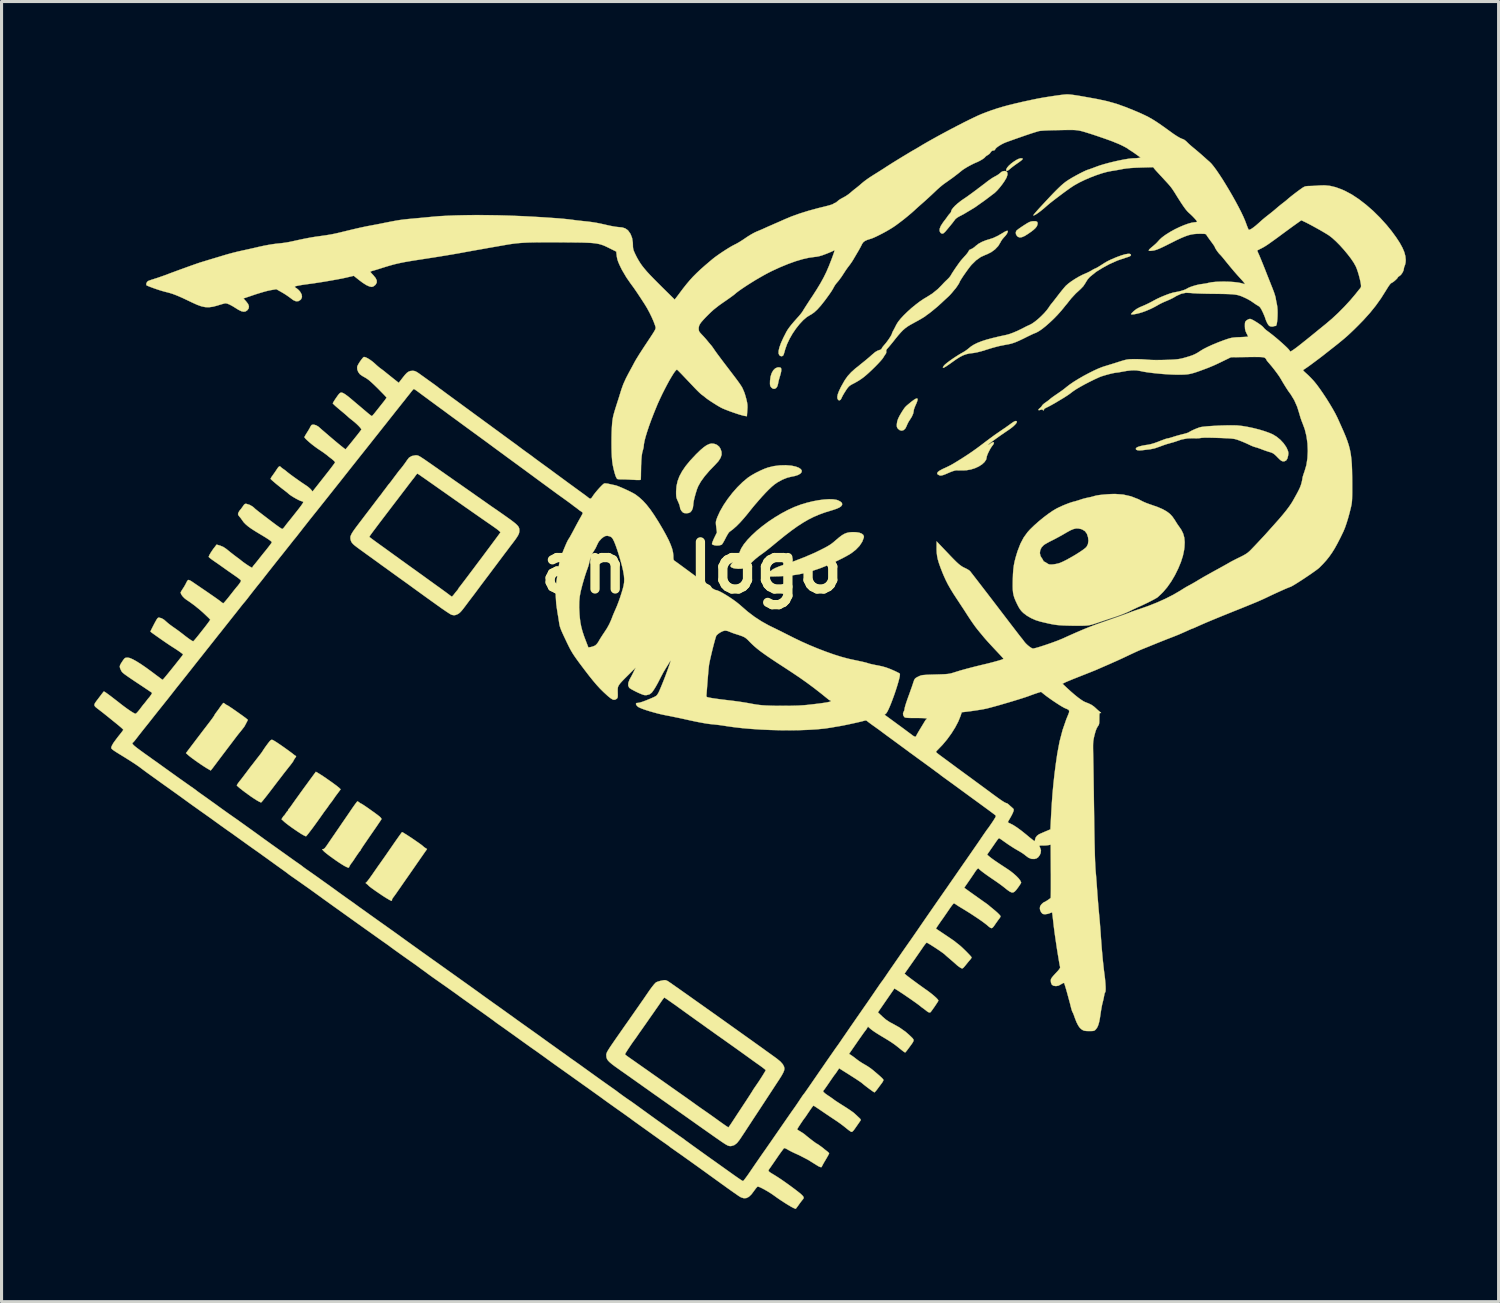
<source format=kicad_pcb>
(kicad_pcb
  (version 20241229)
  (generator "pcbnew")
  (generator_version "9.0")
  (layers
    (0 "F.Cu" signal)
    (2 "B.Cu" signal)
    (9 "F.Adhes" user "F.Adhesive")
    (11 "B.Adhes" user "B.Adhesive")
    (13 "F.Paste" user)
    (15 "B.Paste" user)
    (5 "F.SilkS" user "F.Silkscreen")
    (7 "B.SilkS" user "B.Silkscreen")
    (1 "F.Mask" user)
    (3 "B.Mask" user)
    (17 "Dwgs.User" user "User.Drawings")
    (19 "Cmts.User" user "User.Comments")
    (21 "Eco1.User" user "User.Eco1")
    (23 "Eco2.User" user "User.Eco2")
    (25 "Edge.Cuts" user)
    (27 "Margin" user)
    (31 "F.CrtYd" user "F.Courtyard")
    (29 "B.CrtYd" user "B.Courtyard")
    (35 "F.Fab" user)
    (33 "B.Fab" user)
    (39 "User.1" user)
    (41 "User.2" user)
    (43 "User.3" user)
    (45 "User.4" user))
  (footprint "ant_logo"
    (layer "F.Cu")
    (at 19.325 15.319)
    (property "Reference" "ant_logo" (at 0 0 0) (layer "F.SilkS") (effects (font (size 1.524 1.524) (thickness 0.3))))
    (attr through_hole)
    (fp_poly (pts (xy 10.704 -13.243) (xy 10.72 -13.231) (xy 10.707 -13.206) (xy 10.664 -13.169) (xy 10.59 -13.114) (xy 10.549 -13.086) (xy 10.469 -13.03) (xy 10.393 -12.973) (xy 10.332 -12.924) (xy 10.311 -12.906) (xy 10.251 -12.857) (xy 10.209 -12.837) (xy 10.187 -12.848) (xy 10.187 -12.888) (xy 10.188 -12.89) (xy 10.215 -12.943) (xy 10.269 -13.006) (xy 10.341 -13.072) (xy 10.425 -13.135) (xy 10.51 -13.19) (xy 10.589 -13.229) (xy 10.654 -13.247) (xy 10.663 -13.247) (xy 10.704 -13.243)) (stroke (width 0.01) (type solid)) (fill yes) (layer "F.SilkS"))
    (fp_poly (pts (xy 2.878 -6.475) (xy 2.9 -6.455) (xy 2.908 -6.411) (xy 2.905 -6.361) (xy 2.89 -6.289) (xy 2.868 -6.209) (xy 2.864 -6.196) (xy 2.838 -6.111) (xy 2.816 -6.025) (xy 2.803 -5.958) (xy 2.803 -5.954) (xy 2.781 -5.872) (xy 2.743 -5.815) (xy 2.693 -5.787) (xy 2.639 -5.79) (xy 2.587 -5.828) (xy 2.579 -5.837) (xy 2.557 -5.869) (xy 2.545 -5.906) (xy 2.541 -5.957) (xy 2.543 -6.034) (xy 2.543 -6.047) (xy 2.56 -6.178) (xy 2.595 -6.292) (xy 2.646 -6.383) (xy 2.71 -6.447) (xy 2.784 -6.48) (xy 2.831 -6.483) (xy 2.878 -6.475)) (stroke (width 0.01) (type solid)) (fill yes) (layer "F.SilkS"))
    (fp_poly (pts (xy 11.14 -11.211) (xy 11.186 -11.192) (xy 11.203 -11.152) (xy 11.193 -11.088) (xy 11.193 -11.088) (xy 11.171 -11.039) (xy 11.128 -10.985) (xy 11.061 -10.924) (xy 10.965 -10.852) (xy 10.887 -10.798) (xy 10.78 -10.732) (xy 10.695 -10.695) (xy 10.627 -10.685) (xy 10.571 -10.703) (xy 10.535 -10.733) (xy 10.5 -10.793) (xy 10.497 -10.858) (xy 10.517 -10.905) (xy 10.543 -10.927) (xy 10.593 -10.966) (xy 10.662 -11.014) (xy 10.743 -11.068) (xy 10.745 -11.07) (xy 10.835 -11.127) (xy 10.901 -11.166) (xy 10.953 -11.19) (xy 11 -11.204) (xy 11.05 -11.211) (xy 11.061 -11.211) (xy 11.14 -11.211)) (stroke (width 0.01) (type solid)) (fill yes) (layer "F.SilkS"))
    (fp_poly (pts (xy 7.319 -5.451) (xy 7.309 -5.396) (xy 7.276 -5.309) (xy 7.247 -5.246) (xy 7.217 -5.174) (xy 7.196 -5.107) (xy 7.19 -5.064) (xy 7.175 -4.987) (xy 7.133 -4.89) (xy 7.066 -4.782) (xy 7.053 -4.764) (xy 7.012 -4.695) (xy 6.975 -4.617) (xy 6.965 -4.59) (xy 6.924 -4.506) (xy 6.869 -4.453) (xy 6.807 -4.433) (xy 6.742 -4.448) (xy 6.689 -4.489) (xy 6.66 -4.526) (xy 6.647 -4.564) (xy 6.645 -4.619) (xy 6.647 -4.65) (xy 6.659 -4.731) (xy 6.686 -4.813) (xy 6.73 -4.906) (xy 6.795 -5.017) (xy 6.824 -5.063) (xy 6.861 -5.12) (xy 6.891 -5.163) (xy 6.92 -5.199) (xy 6.956 -5.235) (xy 7.005 -5.277) (xy 7.074 -5.334) (xy 7.116 -5.368) (xy 7.204 -5.434) (xy 7.267 -5.47) (xy 7.305 -5.476) (xy 7.319 -5.451)) (stroke (width 0.01) (type solid)) (fill yes) (layer "F.SilkS"))
    (fp_poly (pts (xy 0.725 -4.01) (xy 0.738 -4.007) (xy 0.83 -3.97) (xy 0.897 -3.914) (xy 0.938 -3.849) (xy 0.973 -3.75) (xy 0.975 -3.653) (xy 0.942 -3.554) (xy 0.875 -3.448) (xy 0.774 -3.337) (xy 0.582 -3.138) (xy 0.425 -2.955) (xy 0.304 -2.787) (xy 0.217 -2.633) (xy 0.178 -2.535) (xy 0.133 -2.391) (xy 0.097 -2.258) (xy 0.072 -2.145) (xy 0.06 -2.058) (xy 0.059 -2.036) (xy 0.046 -1.937) (xy 0.013 -1.852) (xy -0.038 -1.793) (xy -0.041 -1.79) (xy -0.095 -1.768) (xy -0.164 -1.76) (xy -0.23 -1.766) (xy -0.274 -1.784) (xy -0.327 -1.841) (xy -0.362 -1.909) (xy -0.371 -1.956) (xy -0.379 -1.999) (xy -0.401 -2.063) (xy -0.432 -2.136) (xy -0.435 -2.142) (xy -0.464 -2.207) (xy -0.483 -2.26) (xy -0.492 -2.314) (xy -0.496 -2.381) (xy -0.496 -2.472) (xy -0.483 -2.638) (xy -0.448 -2.799) (xy -0.388 -2.959) (xy -0.301 -3.12) (xy -0.186 -3.288) (xy -0.041 -3.465) (xy 0.137 -3.655) (xy 0.166 -3.684) (xy 0.292 -3.806) (xy 0.401 -3.898) (xy 0.494 -3.962) (xy 0.577 -4.001) (xy 0.653 -4.016) (xy 0.725 -4.01)) (stroke (width 0.01) (type solid)) (fill yes) (layer "F.SilkS"))
    (fp_poly (pts (xy 5.319 -1.148) (xy 5.427 -1.132) (xy 5.51 -1.101) (xy 5.562 -1.058) (xy 5.581 -1.004) (xy 5.578 -0.977) (xy 5.527 -0.84) (xy 5.439 -0.706) (xy 5.317 -0.579) (xy 5.166 -0.463) (xy 5.153 -0.455) (xy 5.058 -0.398) (xy 4.935 -0.331) (xy 4.793 -0.259) (xy 4.639 -0.185) (xy 4.482 -0.113) (xy 4.332 -0.048) (xy 4.195 0.007) (xy 4.136 0.029) (xy 3.906 0.106) (xy 3.695 0.167) (xy 3.491 0.213) (xy 3.284 0.245) (xy 3.062 0.267) (xy 2.816 0.28) (xy 2.763 0.281) (xy 2.624 0.285) (xy 2.519 0.286) (xy 2.443 0.285) (xy 2.39 0.281) (xy 2.356 0.275) (xy 2.335 0.266) (xy 2.333 0.265) (xy 2.308 0.231) (xy 2.32 0.198) (xy 2.367 0.167) (xy 2.447 0.14) (xy 2.454 0.139) (xy 2.517 0.122) (xy 2.562 0.107) (xy 2.579 0.099) (xy 2.628 0.058) (xy 2.714 0.012) (xy 2.836 -0.039) (xy 2.953 -0.08) (xy 3.322 -0.209) (xy 3.656 -0.338) (xy 3.957 -0.467) (xy 4.156 -0.562) (xy 4.284 -0.627) (xy 4.384 -0.68) (xy 4.464 -0.728) (xy 4.533 -0.774) (xy 4.597 -0.824) (xy 4.664 -0.882) (xy 4.775 -0.976) (xy 4.866 -1.045) (xy 4.947 -1.093) (xy 5.025 -1.124) (xy 5.106 -1.142) (xy 5.187 -1.149) (xy 5.319 -1.148)) (stroke (width 0.01) (type solid)) (fill yes) (layer "F.SilkS"))
    (fp_poly (pts (xy 4.588 -2.211) (xy 4.698 -2.193) (xy 4.748 -2.176) (xy 4.825 -2.135) (xy 4.867 -2.096) (xy 4.878 -2.055) (xy 4.869 -2.022) (xy 4.839 -1.983) (xy 4.785 -1.946) (xy 4.703 -1.909) (xy 4.587 -1.869) (xy 4.513 -1.847) (xy 4.319 -1.787) (xy 4.135 -1.72) (xy 3.957 -1.644) (xy 3.782 -1.556) (xy 3.604 -1.452) (xy 3.419 -1.332) (xy 3.223 -1.191) (xy 3.011 -1.028) (xy 2.778 -0.839) (xy 2.696 -0.771) (xy 2.593 -0.686) (xy 2.486 -0.6) (xy 2.385 -0.521) (xy 2.297 -0.456) (xy 2.247 -0.42) (xy 2.156 -0.353) (xy 2.057 -0.271) (xy 1.965 -0.186) (xy 1.934 -0.155) (xy 1.855 -0.077) (xy 1.793 -0.025) (xy 1.741 0.007) (xy 1.71 0.018) (xy 1.617 0.033) (xy 1.512 0.037) (xy 1.413 0.028) (xy 1.35 0.014) (xy 1.295 -0.009) (xy 1.266 -0.035) (xy 1.263 -0.068) (xy 1.288 -0.113) (xy 1.339 -0.177) (xy 1.381 -0.223) (xy 1.45 -0.302) (xy 1.497 -0.365) (xy 1.53 -0.424) (xy 1.554 -0.489) (xy 1.555 -0.493) (xy 1.609 -0.619) (xy 1.695 -0.755) (xy 1.811 -0.898) (xy 1.953 -1.046) (xy 2.115 -1.196) (xy 2.296 -1.344) (xy 2.491 -1.489) (xy 2.696 -1.625) (xy 2.907 -1.752) (xy 3.121 -1.866) (xy 3.334 -1.964) (xy 3.542 -2.042) (xy 3.544 -2.043) (xy 3.735 -2.1) (xy 3.927 -2.147) (xy 4.114 -2.182) (xy 4.29 -2.205) (xy 4.45 -2.215) (xy 4.588 -2.211)) (stroke (width 0.01) (type solid)) (fill yes) (layer "F.SilkS"))
    (fp_poly (pts (xy 10.193 -12.822) (xy 10.224 -12.78) (xy 10.226 -12.715) (xy 10.199 -12.631) (xy 10.183 -12.599) (xy 10.126 -12.503) (xy 10.053 -12.399) (xy 9.972 -12.296) (xy 9.89 -12.203) (xy 9.815 -12.13) (xy 9.782 -12.104) (xy 9.746 -12.078) (xy 9.687 -12.033) (xy 9.612 -11.976) (xy 9.53 -11.914) (xy 9.519 -11.905) (xy 9.164 -11.653) (xy 8.803 -11.437) (xy 8.651 -11.358) (xy 8.59 -11.32) (xy 8.54 -11.278) (xy 8.524 -11.258) (xy 8.495 -11.218) (xy 8.447 -11.155) (xy 8.385 -11.079) (xy 8.317 -10.996) (xy 8.249 -10.915) (xy 8.209 -10.868) (xy 8.156 -10.82) (xy 8.111 -10.807) (xy 8.068 -10.829) (xy 8.061 -10.835) (xy 8.03 -10.892) (xy 8.033 -10.967) (xy 8.07 -11.059) (xy 8.141 -11.169) (xy 8.161 -11.196) (xy 8.213 -11.263) (xy 8.261 -11.328) (xy 8.295 -11.376) (xy 8.296 -11.379) (xy 8.333 -11.427) (xy 8.366 -11.464) (xy 8.37 -11.467) (xy 8.396 -11.502) (xy 8.402 -11.523) (xy 8.418 -11.574) (xy 8.464 -11.639) (xy 8.535 -11.715) (xy 8.627 -11.797) (xy 8.736 -11.881) (xy 8.812 -11.933) (xy 8.876 -11.976) (xy 8.951 -12.029) (xy 9.04 -12.093) (xy 9.146 -12.171) (xy 9.272 -12.266) (xy 9.423 -12.38) (xy 9.6 -12.516) (xy 9.621 -12.531) (xy 9.693 -12.582) (xy 9.771 -12.631) (xy 9.812 -12.653) (xy 9.874 -12.687) (xy 9.927 -12.72) (xy 9.947 -12.735) (xy 9.996 -12.775) (xy 10.028 -12.803) (xy 10.082 -12.829) (xy 10.145 -12.836) (xy 10.193 -12.822)) (stroke (width 0.01) (type solid)) (fill yes) (layer "F.SilkS"))
    (fp_poly (pts (xy -9.34 8.568) (xy -9.291 8.598) (xy -9.221 8.641) (xy -9.138 8.695) (xy -9.047 8.755) (xy -8.955 8.818) (xy -8.868 8.878) (xy -8.79 8.933) (xy -8.73 8.977) (xy -8.692 9.008) (xy -8.685 9.015) (xy -8.655 9.041) (xy -8.611 9.072) (xy -8.557 9.106) (xy -8.649 9.237) (xy -8.695 9.303) (xy -8.756 9.39) (xy -8.824 9.489) (xy -8.894 9.589) (xy -8.91 9.613) (xy -8.985 9.721) (xy -9.067 9.839) (xy -9.146 9.953) (xy -9.214 10.05) (xy -9.219 10.057) (xy -9.292 10.162) (xy -9.374 10.28) (xy -9.454 10.396) (xy -9.498 10.458) (xy -9.553 10.538) (xy -9.603 10.608) (xy -9.642 10.66) (xy -9.663 10.689) (xy -9.664 10.689) (xy -9.687 10.73) (xy -9.691 10.753) (xy -9.693 10.773) (xy -9.704 10.781) (xy -9.729 10.774) (xy -9.775 10.75) (xy -9.848 10.707) (xy -9.858 10.701) (xy -9.931 10.656) (xy -10.017 10.6) (xy -10.109 10.538) (xy -10.201 10.475) (xy -10.287 10.414) (xy -10.361 10.361) (xy -10.415 10.319) (xy -10.445 10.293) (xy -10.448 10.289) (xy -10.474 10.261) (xy -10.51 10.233) (xy -10.54 10.208) (xy -10.538 10.194) (xy -10.528 10.189) (xy -10.507 10.17) (xy -10.469 10.124) (xy -10.419 10.058) (xy -10.362 9.978) (xy -10.344 9.953) (xy -10.274 9.852) (xy -10.199 9.744) (xy -10.129 9.643) (xy -10.072 9.564) (xy -10.028 9.501) (xy -9.966 9.413) (xy -9.891 9.306) (xy -9.809 9.187) (xy -9.723 9.063) (xy -9.665 8.979) (xy -9.587 8.866) (xy -9.516 8.765) (xy -9.455 8.679) (xy -9.407 8.613) (xy -9.376 8.571) (xy -9.364 8.558) (xy -9.34 8.568)) (stroke (width 0.01) (type solid)) (fill yes) (layer "F.SilkS"))
    (fp_poly (pts (xy -12.051 6.665) (xy -11.989 6.704) (xy -11.908 6.757) (xy -11.814 6.821) (xy -11.716 6.89) (xy -11.619 6.958) (xy -11.532 7.022) (xy -11.461 7.076) (xy -11.414 7.114) (xy -11.405 7.121) (xy -11.352 7.173) (xy -11.42 7.264) (xy -11.46 7.318) (xy -11.491 7.359) (xy -11.504 7.376) (xy -11.523 7.402) (xy -11.555 7.449) (xy -11.586 7.493) (xy -11.623 7.547) (xy -11.652 7.586) (xy -11.664 7.6) (xy -11.681 7.621) (xy -11.712 7.663) (xy -11.743 7.707) (xy -11.783 7.765) (xy -11.818 7.813) (xy -11.834 7.834) (xy -11.859 7.867) (xy -11.897 7.918) (xy -11.923 7.956) (xy -12.009 8.078) (xy -12.096 8.2) (xy -12.181 8.318) (xy -12.26 8.426) (xy -12.332 8.521) (xy -12.392 8.599) (xy -12.438 8.656) (xy -12.466 8.688) (xy -12.474 8.693) (xy -12.502 8.683) (xy -12.551 8.659) (xy -12.58 8.643) (xy -12.649 8.602) (xy -12.738 8.544) (xy -12.838 8.476) (xy -12.94 8.405) (xy -13.036 8.335) (xy -13.117 8.273) (xy -13.175 8.225) (xy -13.181 8.219) (xy -13.265 8.141) (xy -13.232 8.086) (xy -13.207 8.048) (xy -13.19 8.03) (xy -13.189 8.03) (xy -13.173 8.015) (xy -13.146 7.977) (xy -13.13 7.952) (xy -13.098 7.906) (xy -13.074 7.878) (xy -13.067 7.874) (xy -13.053 7.858) (xy -13.052 7.846) (xy -13.042 7.817) (xy -13.036 7.812) (xy -13.017 7.794) (xy -12.984 7.752) (xy -12.943 7.695) (xy -12.939 7.688) (xy -12.889 7.617) (xy -12.821 7.521) (xy -12.737 7.405) (xy -12.644 7.275) (xy -12.544 7.137) (xy -12.442 6.998) (xy -12.343 6.862) (xy -12.314 6.823) (xy -12.154 6.605) (xy -12.051 6.665)) (stroke (width 0.01) (type solid)) (fill yes) (layer "F.SilkS"))
    (fp_poly (pts (xy 3.237 -3.3) (xy 3.376 -3.27) (xy 3.477 -3.231) (xy 3.541 -3.186) (xy 3.57 -3.138) (xy 3.563 -3.089) (xy 3.523 -3.042) (xy 3.45 -3) (xy 3.346 -2.966) (xy 3.251 -2.948) (xy 3.099 -2.911) (xy 2.939 -2.846) (xy 2.781 -2.759) (xy 2.677 -2.686) (xy 2.598 -2.619) (xy 2.502 -2.528) (xy 2.396 -2.42) (xy 2.286 -2.302) (xy 2.179 -2.18) (xy 2.169 -2.169) (xy 2.119 -2.11) (xy 2.078 -2.063) (xy 2.054 -2.036) (xy 2.051 -2.032) (xy 2.036 -2.014) (xy 2 -1.971) (xy 1.949 -1.908) (xy 1.886 -1.83) (xy 1.837 -1.768) (xy 1.702 -1.605) (xy 1.582 -1.47) (xy 1.47 -1.356) (xy 1.361 -1.258) (xy 1.248 -1.171) (xy 1.228 -1.156) (xy 1.204 -1.129) (xy 1.169 -1.074) (xy 1.128 -1.002) (xy 1.099 -0.944) (xy 1.058 -0.866) (xy 1.02 -0.801) (xy 0.991 -0.757) (xy 0.977 -0.743) (xy 0.903 -0.72) (xy 0.812 -0.715) (xy 0.755 -0.722) (xy 0.703 -0.737) (xy 0.669 -0.756) (xy 0.665 -0.76) (xy 0.667 -0.787) (xy 0.685 -0.84) (xy 0.714 -0.911) (xy 0.738 -0.962) (xy 0.825 -1.14) (xy 0.803 -1.312) (xy 0.793 -1.396) (xy 0.79 -1.455) (xy 0.795 -1.505) (xy 0.811 -1.559) (xy 0.838 -1.633) (xy 0.84 -1.639) (xy 0.925 -1.824) (xy 1.037 -2.02) (xy 1.172 -2.22) (xy 1.323 -2.416) (xy 1.485 -2.6) (xy 1.652 -2.765) (xy 1.818 -2.904) (xy 1.827 -2.911) (xy 1.935 -2.983) (xy 2.067 -3.059) (xy 2.21 -3.131) (xy 2.351 -3.194) (xy 2.476 -3.24) (xy 2.484 -3.242) (xy 2.667 -3.286) (xy 2.861 -3.31) (xy 3.055 -3.315) (xy 3.237 -3.3)) (stroke (width 0.01) (type solid)) (fill yes) (layer "F.SilkS"))
    (fp_poly (pts (xy -15.122 4.388) (xy -15.085 4.415) (xy -15.084 4.416) (xy -15.045 4.443) (xy -15.019 4.454) (xy -15.019 4.454) (xy -14.999 4.465) (xy -14.953 4.495) (xy -14.888 4.538) (xy -14.809 4.592) (xy -14.723 4.652) (xy -14.636 4.714) (xy -14.553 4.772) (xy -14.482 4.824) (xy -14.428 4.864) (xy -14.401 4.886) (xy -14.354 4.926) (xy -14.411 5.037) (xy -14.442 5.096) (xy -14.467 5.14) (xy -14.478 5.158) (xy -14.495 5.178) (xy -14.527 5.219) (xy -14.556 5.256) (xy -14.595 5.306) (xy -14.625 5.342) (xy -14.635 5.354) (xy -14.649 5.371) (xy -14.684 5.415) (xy -14.736 5.483) (xy -14.803 5.571) (xy -14.882 5.676) (xy -14.971 5.793) (xy -15.066 5.918) (xy -15.165 6.049) (xy -15.264 6.18) (xy -15.361 6.309) (xy -15.453 6.432) (xy -15.489 6.48) (xy -15.525 6.526) (xy -15.55 6.556) (xy -15.558 6.563) (xy -15.576 6.553) (xy -15.618 6.528) (xy -15.677 6.494) (xy -15.684 6.49) (xy -15.765 6.439) (xy -15.863 6.375) (xy -15.968 6.303) (xy -16.072 6.23) (xy -16.167 6.16) (xy -16.243 6.101) (xy -16.282 6.068) (xy -16.357 6.001) (xy -16.078 5.633) (xy -15.997 5.526) (xy -15.921 5.426) (xy -15.854 5.338) (xy -15.801 5.268) (xy -15.765 5.221) (xy -15.754 5.207) (xy -15.729 5.175) (xy -15.708 5.148) (xy -15.687 5.12) (xy -15.659 5.083) (xy -15.619 5.031) (xy -15.561 4.955) (xy -15.557 4.949) (xy -15.506 4.881) (xy -15.466 4.824) (xy -15.441 4.785) (xy -15.435 4.773) (xy -15.423 4.749) (xy -15.396 4.71) (xy -15.395 4.709) (xy -15.366 4.67) (xy -15.322 4.611) (xy -15.272 4.541) (xy -15.257 4.518) (xy -15.211 4.455) (xy -15.173 4.407) (xy -15.149 4.38) (xy -15.145 4.377) (xy -15.122 4.388)) (stroke (width 0.01) (type solid)) (fill yes) (layer "F.SilkS"))
    (fp_poly (pts (xy -13.558 5.574) (xy -13.523 5.591) (xy -13.488 5.612) (xy -13.434 5.645) (xy -13.359 5.695) (xy -13.27 5.756) (xy -13.174 5.823) (xy -13.079 5.891) (xy -12.994 5.953) (xy -12.925 6.004) (xy -12.881 6.039) (xy -12.88 6.04) (xy -12.836 6.074) (xy -12.803 6.094) (xy -12.796 6.096) (xy -12.794 6.109) (xy -12.813 6.143) (xy -12.826 6.161) (xy -12.857 6.206) (xy -12.875 6.239) (xy -12.877 6.244) (xy -12.888 6.267) (xy -12.919 6.311) (xy -12.961 6.367) (xy -12.963 6.37) (xy -13.026 6.449) (xy -13.106 6.551) (xy -13.198 6.668) (xy -13.294 6.794) (xy -13.39 6.918) (xy -13.471 7.024) (xy -13.604 7.199) (xy -13.714 7.342) (xy -13.802 7.453) (xy -13.866 7.533) (xy -13.908 7.582) (xy -13.927 7.599) (xy -13.928 7.599) (xy -13.951 7.59) (xy -13.996 7.568) (xy -14.02 7.555) (xy -14.084 7.518) (xy -14.164 7.466) (xy -14.255 7.405) (xy -14.35 7.337) (xy -14.444 7.269) (xy -14.532 7.202) (xy -14.608 7.142) (xy -14.667 7.092) (xy -14.704 7.057) (xy -14.712 7.043) (xy -14.702 7.023) (xy -14.676 6.984) (xy -14.644 6.938) (xy -14.613 6.899) (xy -14.595 6.878) (xy -14.58 6.859) (xy -14.546 6.815) (xy -14.499 6.753) (xy -14.443 6.679) (xy -14.438 6.673) (xy -14.38 6.596) (xy -14.329 6.528) (xy -14.29 6.476) (xy -14.269 6.449) (xy -14.269 6.448) (xy -14.247 6.421) (xy -14.208 6.371) (xy -14.157 6.305) (xy -14.116 6.252) (xy -14.058 6.177) (xy -14.005 6.109) (xy -13.963 6.055) (xy -13.945 6.032) (xy -13.904 5.977) (xy -13.864 5.916) (xy -13.863 5.913) (xy -13.827 5.859) (xy -13.781 5.793) (xy -13.759 5.762) (xy -13.695 5.677) (xy -13.649 5.618) (xy -13.615 5.584) (xy -13.586 5.57) (xy -13.558 5.574)) (stroke (width 0.01) (type solid)) (fill yes) (layer "F.SilkS"))
    (fp_poly (pts (xy -10.785 7.573) (xy -10.747 7.6) (xy -10.746 7.6) (xy -10.708 7.627) (xy -10.682 7.639) (xy -10.682 7.639) (xy -10.661 7.65) (xy -10.614 7.68) (xy -10.548 7.724) (xy -10.47 7.778) (xy -10.385 7.838) (xy -10.299 7.899) (xy -10.219 7.957) (xy -10.151 8.008) (xy -10.101 8.047) (xy -10.083 8.062) (xy -10.047 8.1) (xy -10.03 8.13) (xy -10.03 8.137) (xy -10.043 8.158) (xy -10.075 8.207) (xy -10.123 8.277) (xy -10.182 8.365) (xy -10.25 8.463) (xy -10.268 8.489) (xy -10.383 8.655) (xy -10.476 8.791) (xy -10.551 8.9) (xy -10.609 8.985) (xy -10.652 9.049) (xy -10.681 9.095) (xy -10.699 9.124) (xy -10.706 9.141) (xy -10.707 9.144) (xy -10.722 9.166) (xy -10.724 9.167) (xy -10.741 9.185) (xy -10.773 9.229) (xy -10.817 9.292) (xy -10.856 9.349) (xy -10.904 9.422) (xy -10.944 9.482) (xy -10.971 9.522) (xy -10.981 9.535) (xy -11.007 9.567) (xy -11.038 9.613) (xy -11.064 9.657) (xy -11.078 9.687) (xy -11.078 9.69) (xy -11.088 9.708) (xy -11.12 9.704) (xy -11.178 9.679) (xy -11.239 9.647) (xy -11.314 9.601) (xy -11.405 9.542) (xy -11.507 9.473) (xy -11.61 9.4) (xy -11.709 9.328) (xy -11.795 9.262) (xy -11.862 9.208) (xy -11.898 9.175) (xy -11.936 9.133) (xy -11.948 9.113) (xy -11.936 9.108) (xy -11.926 9.109) (xy -11.897 9.103) (xy -11.864 9.075) (xy -11.82 9.019) (xy -11.798 8.988) (xy -11.688 8.826) (xy -11.596 8.692) (xy -11.52 8.581) (xy -11.456 8.488) (xy -11.401 8.408) (xy -11.352 8.336) (xy -11.306 8.268) (xy -11.258 8.199) (xy -11.256 8.196) (xy -11.183 8.089) (xy -11.1 7.968) (xy -11.019 7.849) (xy -10.966 7.771) (xy -10.911 7.693) (xy -10.864 7.628) (xy -10.829 7.583) (xy -10.81 7.562) (xy -10.809 7.562) (xy -10.785 7.573)) (stroke (width 0.01) (type solid)) (fill yes) (layer "F.SilkS"))
    (fp_poly (pts (xy 10.522 -4.74) (xy 10.531 -4.717) (xy 10.516 -4.681) (xy 10.473 -4.629) (xy 10.41 -4.569) (xy 10.331 -4.506) (xy 10.267 -4.461) (xy 10.168 -4.394) (xy 10.063 -4.322) (xy 9.958 -4.249) (xy 9.857 -4.177) (xy 9.766 -4.111) (xy 9.69 -4.054) (xy 9.632 -4.01) (xy 9.599 -3.982) (xy 9.593 -3.974) (xy 9.603 -3.971) (xy 9.633 -3.987) (xy 9.689 -4.025) (xy 9.694 -4.028) (xy 9.749 -4.058) (xy 9.782 -4.058) (xy 9.789 -4.033) (xy 9.768 -3.987) (xy 9.742 -3.953) (xy 9.7 -3.895) (xy 9.656 -3.821) (xy 9.614 -3.74) (xy 9.58 -3.664) (xy 9.558 -3.604) (xy 9.554 -3.578) (xy 9.536 -3.497) (xy 9.483 -3.417) (xy 9.403 -3.343) (xy 9.299 -3.276) (xy 9.177 -3.22) (xy 9.044 -3.178) (xy 8.903 -3.153) (xy 8.795 -3.147) (xy 8.71 -3.147) (xy 8.633 -3.148) (xy 8.578 -3.149) (xy 8.568 -3.149) (xy 8.525 -3.142) (xy 8.457 -3.122) (xy 8.377 -3.092) (xy 8.333 -3.073) (xy 8.229 -3.028) (xy 8.153 -2.999) (xy 8.098 -2.984) (xy 8.057 -2.981) (xy 8.023 -2.988) (xy 8.018 -2.99) (xy 7.965 -3.02) (xy 7.951 -3.055) (xy 7.974 -3.096) (xy 8.036 -3.142) (xy 8.135 -3.195) (xy 8.153 -3.203) (xy 8.25 -3.247) (xy 8.326 -3.284) (xy 8.393 -3.318) (xy 8.46 -3.356) (xy 8.539 -3.403) (xy 8.64 -3.465) (xy 8.645 -3.468) (xy 8.824 -3.581) (xy 8.98 -3.683) (xy 9.126 -3.784) (xy 9.275 -3.891) (xy 9.437 -4.013) (xy 9.439 -4.015) (xy 9.541 -4.092) (xy 9.642 -4.168) (xy 9.735 -4.236) (xy 9.81 -4.291) (xy 9.849 -4.318) (xy 9.927 -4.372) (xy 10.02 -4.436) (xy 10.111 -4.498) (xy 10.132 -4.512) (xy 10.212 -4.568) (xy 10.29 -4.624) (xy 10.354 -4.67) (xy 10.372 -4.683) (xy 10.438 -4.726) (xy 10.49 -4.746) (xy 10.522 -4.74)) (stroke (width 0.01) (type solid)) (fill yes) (layer "F.SilkS"))
    (fp_poly (pts (xy 17.56 -4.605) (xy 17.661 -4.602) (xy 17.82 -4.585) (xy 17.999 -4.555) (xy 18.188 -4.515) (xy 18.377 -4.467) (xy 18.554 -4.413) (xy 18.711 -4.356) (xy 18.81 -4.313) (xy 18.935 -4.237) (xy 19.056 -4.138) (xy 19.162 -4.024) (xy 19.244 -3.906) (xy 19.265 -3.865) (xy 19.296 -3.794) (xy 19.312 -3.743) (xy 19.316 -3.695) (xy 19.309 -3.636) (xy 19.308 -3.627) (xy 19.284 -3.532) (xy 19.247 -3.472) (xy 19.193 -3.443) (xy 19.157 -3.439) (xy 19.122 -3.444) (xy 19.085 -3.461) (xy 19.04 -3.497) (xy 18.979 -3.557) (xy 18.963 -3.573) (xy 18.896 -3.64) (xy 18.843 -3.684) (xy 18.794 -3.713) (xy 18.738 -3.734) (xy 18.711 -3.741) (xy 18.628 -3.767) (xy 18.532 -3.8) (xy 18.454 -3.83) (xy 18.376 -3.859) (xy 18.303 -3.884) (xy 18.25 -3.899) (xy 18.249 -3.899) (xy 18.199 -3.914) (xy 18.128 -3.942) (xy 18.05 -3.978) (xy 18.034 -3.986) (xy 17.941 -4.029) (xy 17.834 -4.075) (xy 17.732 -4.115) (xy 17.721 -4.119) (xy 17.669 -4.138) (xy 17.622 -4.152) (xy 17.576 -4.164) (xy 17.523 -4.172) (xy 17.459 -4.179) (xy 17.376 -4.185) (xy 17.268 -4.19) (xy 17.13 -4.196) (xy 17.063 -4.198) (xy 16.87 -4.204) (xy 16.714 -4.207) (xy 16.596 -4.206) (xy 16.516 -4.202) (xy 16.487 -4.197) (xy 16.427 -4.189) (xy 16.344 -4.185) (xy 16.254 -4.187) (xy 16.236 -4.188) (xy 16.051 -4.183) (xy 15.86 -4.147) (xy 15.707 -4.095) (xy 15.656 -4.077) (xy 15.581 -4.054) (xy 15.496 -4.031) (xy 15.477 -4.025) (xy 15.377 -3.997) (xy 15.265 -3.959) (xy 15.161 -3.92) (xy 15.147 -3.915) (xy 14.994 -3.862) (xy 14.847 -3.831) (xy 14.832 -3.829) (xy 14.742 -3.819) (xy 14.651 -3.808) (xy 14.582 -3.799) (xy 14.495 -3.793) (xy 14.429 -3.801) (xy 14.389 -3.82) (xy 14.379 -3.848) (xy 14.403 -3.883) (xy 14.407 -3.886) (xy 14.449 -3.907) (xy 14.52 -3.93) (xy 14.61 -3.951) (xy 14.711 -3.969) (xy 14.77 -3.976) (xy 14.858 -3.994) (xy 14.972 -4.027) (xy 15.103 -4.074) (xy 15.131 -4.086) (xy 15.223 -4.121) (xy 15.303 -4.151) (xy 15.365 -4.172) (xy 15.4 -4.181) (xy 15.403 -4.181) (xy 15.438 -4.187) (xy 15.498 -4.203) (xy 15.57 -4.225) (xy 15.578 -4.228) (xy 15.667 -4.256) (xy 15.773 -4.286) (xy 15.876 -4.313) (xy 15.893 -4.317) (xy 15.973 -4.337) (xy 16.039 -4.357) (xy 16.082 -4.373) (xy 16.091 -4.378) (xy 16.133 -4.404) (xy 16.2 -4.439) (xy 16.281 -4.476) (xy 16.364 -4.51) (xy 16.439 -4.537) (xy 16.453 -4.542) (xy 16.511 -4.554) (xy 16.601 -4.565) (xy 16.717 -4.576) (xy 16.851 -4.585) (xy 16.997 -4.593) (xy 17.148 -4.6) (xy 17.296 -4.604) (xy 17.436 -4.606) (xy 17.56 -4.605)) (stroke (width 0.01) (type solid)) (fill yes) (layer "F.SilkS"))
    (fp_poly (pts (xy 14.186 -10.154) (xy 14.218 -10.134) (xy 14.221 -10.108) (xy 14.201 -10.085) (xy 14.148 -10.06) (xy 14.059 -10.032) (xy 14.058 -10.032) (xy 13.795 -9.943) (xy 13.528 -9.825) (xy 13.302 -9.701) (xy 13.219 -9.65) (xy 13.149 -9.607) (xy 13.098 -9.574) (xy 13.073 -9.556) (xy 13.071 -9.555) (xy 13.051 -9.537) (xy 13.011 -9.504) (xy 12.985 -9.485) (xy 12.893 -9.409) (xy 12.825 -9.335) (xy 12.769 -9.247) (xy 12.75 -9.213) (xy 12.679 -9.106) (xy 12.586 -9.01) (xy 12.433 -8.869) (xy 12.292 -8.717) (xy 12.219 -8.626) (xy 12.178 -8.573) (xy 12.147 -8.534) (xy 12.134 -8.519) (xy 12.115 -8.498) (xy 12.085 -8.46) (xy 12.082 -8.456) (xy 11.972 -8.321) (xy 11.851 -8.185) (xy 11.724 -8.054) (xy 11.594 -7.931) (xy 11.468 -7.82) (xy 11.349 -7.725) (xy 11.242 -7.652) (xy 11.152 -7.603) (xy 11.117 -7.59) (xy 11.081 -7.576) (xy 11.019 -7.548) (xy 10.94 -7.51) (xy 10.863 -7.473) (xy 10.715 -7.399) (xy 10.594 -7.342) (xy 10.494 -7.299) (xy 10.408 -7.268) (xy 10.331 -7.245) (xy 10.267 -7.231) (xy 10.201 -7.219) (xy 10.112 -7.202) (xy 10.02 -7.184) (xy 10.004 -7.181) (xy 9.924 -7.163) (xy 9.819 -7.135) (xy 9.701 -7.102) (xy 9.582 -7.065) (xy 9.542 -7.053) (xy 9.385 -7.004) (xy 9.248 -6.969) (xy 9.137 -6.948) (xy 9.103 -6.944) (xy 8.988 -6.93) (xy 8.884 -6.905) (xy 8.784 -6.868) (xy 8.679 -6.813) (xy 8.56 -6.737) (xy 8.446 -6.656) (xy 8.328 -6.572) (xy 8.239 -6.512) (xy 8.178 -6.477) (xy 8.144 -6.467) (xy 8.136 -6.48) (xy 8.145 -6.501) (xy 8.173 -6.539) (xy 8.209 -6.577) (xy 8.27 -6.627) (xy 8.354 -6.69) (xy 8.452 -6.759) (xy 8.554 -6.827) (xy 8.65 -6.888) (xy 8.729 -6.935) (xy 8.753 -6.948) (xy 8.834 -6.995) (xy 8.914 -7.05) (xy 8.968 -7.093) (xy 9.049 -7.159) (xy 9.145 -7.219) (xy 9.259 -7.275) (xy 9.395 -7.328) (xy 9.556 -7.38) (xy 9.747 -7.431) (xy 9.969 -7.484) (xy 10.189 -7.531) (xy 10.283 -7.557) (xy 10.4 -7.599) (xy 10.53 -7.654) (xy 10.664 -7.717) (xy 10.756 -7.764) (xy 10.828 -7.802) (xy 10.898 -7.835) (xy 10.942 -7.854) (xy 11.018 -7.894) (xy 11.11 -7.958) (xy 11.212 -8.04) (xy 11.315 -8.134) (xy 11.412 -8.232) (xy 11.496 -8.328) (xy 11.559 -8.413) (xy 11.598 -8.472) (xy 11.632 -8.519) (xy 11.65 -8.541) (xy 11.671 -8.565) (xy 11.71 -8.615) (xy 11.763 -8.683) (xy 11.825 -8.763) (xy 11.855 -8.802) (xy 11.925 -8.893) (xy 11.996 -8.981) (xy 12.059 -9.057) (xy 12.108 -9.113) (xy 12.119 -9.125) (xy 12.196 -9.192) (xy 12.298 -9.268) (xy 12.416 -9.345) (xy 12.54 -9.418) (xy 12.659 -9.479) (xy 12.724 -9.507) (xy 12.806 -9.543) (xy 12.884 -9.581) (xy 12.943 -9.614) (xy 12.949 -9.618) (xy 13.006 -9.652) (xy 13.059 -9.678) (xy 13.071 -9.682) (xy 13.11 -9.7) (xy 13.169 -9.734) (xy 13.238 -9.777) (xy 13.257 -9.789) (xy 13.363 -9.858) (xy 13.464 -9.916) (xy 13.573 -9.969) (xy 13.701 -10.024) (xy 13.77 -10.052) (xy 13.913 -10.104) (xy 14.032 -10.139) (xy 14.123 -10.155) (xy 14.186 -10.154)) (stroke (width 0.01) (type solid)) (fill yes) (layer "F.SilkS"))
    (fp_poly (pts (xy 13.969 -2.365) (xy 14.222 -2.308) (xy 14.467 -2.213) (xy 14.585 -2.151) (xy 14.644 -2.123) (xy 14.728 -2.088) (xy 14.826 -2.052) (xy 14.908 -2.024) (xy 15.095 -1.958) (xy 15.248 -1.892) (xy 15.373 -1.822) (xy 15.475 -1.746) (xy 15.559 -1.658) (xy 15.631 -1.556) (xy 15.643 -1.537) (xy 15.688 -1.464) (xy 15.733 -1.394) (xy 15.766 -1.348) (xy 15.853 -1.222) (xy 15.913 -1.099) (xy 15.948 -0.97) (xy 15.961 -0.827) (xy 15.953 -0.662) (xy 15.942 -0.573) (xy 15.903 -0.384) (xy 15.838 -0.18) (xy 15.75 0.031) (xy 15.646 0.242) (xy 15.528 0.443) (xy 15.401 0.625) (xy 15.269 0.782) (xy 15.203 0.848) (xy 15.152 0.896) (xy 15.109 0.936) (xy 15.09 0.954) (xy 15.06 0.975) (xy 15.003 1.008) (xy 14.924 1.05) (xy 14.832 1.098) (xy 14.733 1.147) (xy 14.635 1.194) (xy 14.546 1.236) (xy 14.488 1.261) (xy 14.404 1.298) (xy 14.305 1.345) (xy 14.208 1.393) (xy 14.187 1.404) (xy 14.106 1.442) (xy 14.001 1.486) (xy 13.883 1.532) (xy 13.764 1.575) (xy 13.738 1.584) (xy 13.605 1.628) (xy 13.454 1.678) (xy 13.303 1.729) (xy 13.17 1.774) (xy 13.167 1.775) (xy 13.054 1.813) (xy 12.967 1.84) (xy 12.896 1.858) (xy 12.83 1.869) (xy 12.759 1.875) (xy 12.672 1.878) (xy 12.659 1.879) (xy 12.557 1.88) (xy 12.43 1.88) (xy 12.292 1.878) (xy 12.157 1.875) (xy 12.114 1.873) (xy 12.007 1.869) (xy 11.916 1.863) (xy 11.834 1.856) (xy 11.754 1.845) (xy 11.666 1.83) (xy 11.563 1.809) (xy 11.438 1.78) (xy 11.293 1.746) (xy 11.141 1.699) (xy 10.988 1.631) (xy 10.848 1.549) (xy 10.74 1.466) (xy 10.68 1.406) (xy 10.631 1.344) (xy 10.585 1.269) (xy 10.534 1.169) (xy 10.532 1.164) (xy 10.485 1.064) (xy 10.45 0.977) (xy 10.425 0.895) (xy 10.408 0.811) (xy 10.399 0.717) (xy 10.396 0.603) (xy 10.397 0.463) (xy 10.399 0.379) (xy 10.405 0.205) (xy 10.416 0.058) (xy 10.433 -0.074) (xy 10.458 -0.202) (xy 10.493 -0.337) (xy 10.534 -0.472) (xy 11.274 -0.472) (xy 11.294 -0.38) (xy 11.323 -0.33) (xy 11.357 -0.28) (xy 11.38 -0.237) (xy 11.383 -0.23) (xy 11.401 -0.201) (xy 11.412 -0.195) (xy 11.437 -0.185) (xy 11.48 -0.159) (xy 11.502 -0.145) (xy 11.547 -0.117) (xy 11.588 -0.103) (xy 11.639 -0.101) (xy 11.704 -0.105) (xy 11.79 -0.118) (xy 11.878 -0.138) (xy 11.928 -0.155) (xy 12.015 -0.192) (xy 12.12 -0.244) (xy 12.235 -0.307) (xy 12.355 -0.375) (xy 12.472 -0.446) (xy 12.58 -0.515) (xy 12.672 -0.578) (xy 12.742 -0.632) (xy 12.783 -0.671) (xy 12.83 -0.76) (xy 12.846 -0.87) (xy 12.834 -0.982) (xy 12.797 -1.096) (xy 12.735 -1.18) (xy 12.647 -1.235) (xy 12.601 -1.251) (xy 12.52 -1.267) (xy 12.444 -1.268) (xy 12.365 -1.25) (xy 12.274 -1.213) (xy 12.165 -1.154) (xy 12.122 -1.129) (xy 12.012 -1.065) (xy 11.885 -0.994) (xy 11.76 -0.928) (xy 11.688 -0.891) (xy 11.596 -0.845) (xy 11.512 -0.799) (xy 11.443 -0.759) (xy 11.402 -0.732) (xy 11.33 -0.657) (xy 11.286 -0.567) (xy 11.274 -0.472) (xy 10.534 -0.472) (xy 10.54 -0.493) (xy 10.558 -0.547) (xy 10.646 -0.775) (xy 10.75 -0.973) (xy 10.875 -1.146) (xy 10.958 -1.238) (xy 11.092 -1.368) (xy 11.24 -1.499) (xy 11.395 -1.626) (xy 11.547 -1.741) (xy 11.69 -1.839) (xy 11.811 -1.911) (xy 11.902 -1.956) (xy 12.009 -2.005) (xy 12.121 -2.051) (xy 12.226 -2.091) (xy 12.314 -2.12) (xy 12.348 -2.13) (xy 12.427 -2.15) (xy 12.519 -2.178) (xy 12.583 -2.199) (xy 12.672 -2.228) (xy 12.77 -2.253) (xy 12.832 -2.266) (xy 12.913 -2.283) (xy 12.992 -2.303) (xy 13.034 -2.316) (xy 13.1 -2.333) (xy 13.196 -2.349) (xy 13.314 -2.362) (xy 13.444 -2.373) (xy 13.577 -2.381) (xy 13.705 -2.384) (xy 13.709 -2.384) (xy 13.969 -2.365)) (stroke (width 0.01) (type solid)) (fill yes) (layer "F.SilkS"))
    (fp_poly (pts (xy 10.238 -10.886) (xy 10.238 -10.882) (xy 10.224 -10.835) (xy 10.187 -10.774) (xy 10.132 -10.709) (xy 10.111 -10.688) (xy 10.059 -10.627) (xy 10.011 -10.553) (xy 9.995 -10.52) (xy 9.925 -10.406) (xy 9.824 -10.3) (xy 9.701 -10.21) (xy 9.564 -10.141) (xy 9.528 -10.128) (xy 9.365 -10.055) (xy 9.211 -9.946) (xy 9.063 -9.8) (xy 9.021 -9.75) (xy 8.968 -9.681) (xy 8.909 -9.6) (xy 8.848 -9.514) (xy 8.79 -9.43) (xy 8.74 -9.353) (xy 8.701 -9.29) (xy 8.679 -9.249) (xy 8.675 -9.237) (xy 8.665 -9.213) (xy 8.638 -9.168) (xy 8.603 -9.115) (xy 8.567 -9.063) (xy 8.537 -9.023) (xy 8.529 -9.015) (xy 8.506 -8.989) (xy 8.469 -8.944) (xy 8.441 -8.909) (xy 8.387 -8.847) (xy 8.329 -8.787) (xy 8.305 -8.764) (xy 8.26 -8.723) (xy 8.198 -8.666) (xy 8.129 -8.602) (xy 8.103 -8.577) (xy 8.037 -8.517) (xy 7.977 -8.462) (xy 7.93 -8.422) (xy 7.917 -8.411) (xy 7.87 -8.373) (xy 7.814 -8.326) (xy 7.797 -8.312) (xy 7.736 -8.263) (xy 7.673 -8.215) (xy 7.659 -8.206) (xy 7.614 -8.174) (xy 7.585 -8.152) (xy 7.581 -8.148) (xy 7.554 -8.127) (xy 7.5 -8.093) (xy 7.425 -8.048) (xy 7.336 -7.997) (xy 7.24 -7.945) (xy 7.2 -7.923) (xy 7.091 -7.863) (xy 7 -7.808) (xy 6.92 -7.75) (xy 6.845 -7.685) (xy 6.769 -7.606) (xy 6.684 -7.509) (xy 6.584 -7.386) (xy 6.561 -7.356) (xy 6.493 -7.271) (xy 6.43 -7.195) (xy 6.379 -7.134) (xy 6.343 -7.094) (xy 6.334 -7.085) (xy 6.303 -7.041) (xy 6.304 -7.001) (xy 6.301 -6.946) (xy 6.287 -6.921) (xy 6.261 -6.884) (xy 6.226 -6.83) (xy 6.208 -6.799) (xy 6.172 -6.749) (xy 6.112 -6.679) (xy 6.034 -6.595) (xy 5.943 -6.502) (xy 5.846 -6.407) (xy 5.747 -6.314) (xy 5.653 -6.23) (xy 5.581 -6.17) (xy 5.496 -6.107) (xy 5.394 -6.041) (xy 5.293 -5.983) (xy 5.268 -5.97) (xy 5.187 -5.928) (xy 5.13 -5.893) (xy 5.087 -5.856) (xy 5.047 -5.808) (xy 4.999 -5.738) (xy 4.988 -5.72) (xy 4.939 -5.643) (xy 4.896 -5.569) (xy 4.867 -5.511) (xy 4.858 -5.49) (xy 4.829 -5.436) (xy 4.791 -5.413) (xy 4.754 -5.423) (xy 4.726 -5.465) (xy 4.719 -5.525) (xy 4.735 -5.609) (xy 4.776 -5.718) (xy 4.842 -5.854) (xy 4.933 -6.016) (xy 4.968 -6.075) (xy 5.056 -6.199) (xy 5.171 -6.325) (xy 5.3 -6.441) (xy 5.334 -6.468) (xy 5.384 -6.506) (xy 5.42 -6.535) (xy 5.432 -6.545) (xy 5.45 -6.561) (xy 5.492 -6.595) (xy 5.551 -6.642) (xy 5.588 -6.672) (xy 5.672 -6.741) (xy 5.762 -6.817) (xy 5.842 -6.888) (xy 5.857 -6.901) (xy 5.945 -6.975) (xy 6.02 -7.019) (xy 6.067 -7.036) (xy 6.124 -7.056) (xy 6.153 -7.079) (xy 6.155 -7.086) (xy 6.167 -7.114) (xy 6.2 -7.159) (xy 6.24 -7.206) (xy 6.288 -7.262) (xy 6.341 -7.331) (xy 6.393 -7.404) (xy 6.438 -7.473) (xy 6.471 -7.53) (xy 6.486 -7.566) (xy 6.487 -7.57) (xy 6.496 -7.598) (xy 6.518 -7.647) (xy 6.536 -7.679) (xy 6.573 -7.749) (xy 6.615 -7.831) (xy 6.635 -7.871) (xy 6.688 -7.955) (xy 6.768 -8.055) (xy 6.871 -8.166) (xy 6.99 -8.282) (xy 7.119 -8.399) (xy 7.255 -8.51) (xy 7.39 -8.613) (xy 7.52 -8.7) (xy 7.61 -8.753) (xy 7.795 -8.87) (xy 7.974 -9.015) (xy 8.131 -9.175) (xy 8.139 -9.185) (xy 8.176 -9.224) (xy 8.228 -9.276) (xy 8.27 -9.315) (xy 8.324 -9.369) (xy 8.37 -9.423) (xy 8.391 -9.454) (xy 8.419 -9.503) (xy 8.464 -9.574) (xy 8.52 -9.659) (xy 8.581 -9.748) (xy 8.64 -9.831) (xy 8.691 -9.901) (xy 8.728 -9.948) (xy 8.728 -9.948) (xy 8.771 -9.997) (xy 8.827 -10.06) (xy 8.873 -10.11) (xy 8.92 -10.166) (xy 8.956 -10.216) (xy 8.971 -10.247) (xy 8.996 -10.282) (xy 9.046 -10.305) (xy 9.097 -10.33) (xy 9.158 -10.373) (xy 9.201 -10.412) (xy 9.286 -10.478) (xy 9.4 -10.541) (xy 9.534 -10.595) (xy 9.652 -10.63) (xy 9.769 -10.669) (xy 9.905 -10.733) (xy 10.052 -10.817) (xy 10.136 -10.868) (xy 10.193 -10.895) (xy 10.226 -10.901) (xy 10.238 -10.886)) (stroke (width 0.01) (type solid)) (fill yes) (layer "F.SilkS"))
    (fp_poly (pts (xy -0.809 13.359) (xy -0.766 13.379) (xy -0.742 13.395) (xy -0.689 13.431) (xy -0.609 13.487) (xy -0.505 13.56) (xy -0.379 13.648) (xy -0.234 13.751) (xy -0.072 13.865) (xy 0.104 13.99) (xy 0.292 14.123) (xy 0.489 14.263) (xy 0.693 14.407) (xy 0.901 14.555) (xy 1.11 14.704) (xy 1.319 14.853) (xy 1.524 14.999) (xy 1.724 15.142) (xy 1.915 15.278) (xy 2.095 15.407) (xy 2.262 15.526) (xy 2.412 15.635) (xy 2.545 15.73) (xy 2.656 15.81) (xy 2.744 15.874) (xy 2.77 15.893) (xy 2.882 15.986) (xy 2.958 16.073) (xy 2.999 16.155) (xy 3.008 16.218) (xy 2.998 16.272) (xy 2.967 16.347) (xy 2.913 16.445) (xy 2.838 16.564) (xy 2.801 16.62) (xy 2.746 16.703) (xy 2.679 16.806) (xy 2.604 16.921) (xy 2.524 17.043) (xy 2.473 17.121) (xy 2.3 17.385) (xy 2.147 17.618) (xy 2.013 17.821) (xy 1.899 17.996) (xy 1.801 18.145) (xy 1.721 18.268) (xy 1.655 18.366) (xy 1.605 18.443) (xy 1.568 18.498) (xy 1.556 18.516) (xy 1.473 18.62) (xy 1.386 18.686) (xy 1.293 18.715) (xy 1.258 18.718) (xy 1.218 18.713) (xy 1.173 18.698) (xy 1.117 18.668) (xy 1.041 18.62) (xy 0.981 18.58) (xy 0.902 18.525) (xy 0.799 18.454) (xy 0.683 18.372) (xy 0.56 18.286) (xy 0.44 18.201) (xy 0.424 18.19) (xy 0.193 18.027) (xy -0.009 17.884) (xy -0.185 17.759) (xy -0.338 17.651) (xy -0.472 17.557) (xy -0.588 17.474) (xy -0.69 17.402) (xy -0.781 17.338) (xy -0.864 17.279) (xy -0.889 17.262) (xy -0.977 17.2) (xy -1.089 17.12) (xy -1.218 17.03) (xy -1.354 16.933) (xy -1.491 16.836) (xy -1.583 16.771) (xy -1.721 16.673) (xy -1.87 16.568) (xy -2.02 16.461) (xy -2.162 16.361) (xy -2.288 16.273) (xy -2.348 16.23) (xy -2.476 16.139) (xy -2.574 16.065) (xy -2.646 16.004) (xy -2.697 15.952) (xy -2.729 15.905) (xy -2.747 15.858) (xy -2.754 15.808) (xy -2.755 15.783) (xy -2.754 15.76) (xy -2.753 15.742) (xy -2.149 15.742) (xy -2.148 15.748) (xy -2.145 15.754) (xy -2.136 15.763) (xy -2.116 15.779) (xy -2.084 15.804) (xy -2.034 15.84) (xy -1.963 15.89) (xy -1.868 15.956) (xy -1.745 16.043) (xy -1.729 16.054) (xy -1.621 16.13) (xy -1.517 16.203) (xy -1.422 16.269) (xy -1.346 16.323) (xy -1.293 16.361) (xy -1.29 16.363) (xy -1.223 16.41) (xy -1.139 16.469) (xy -1.053 16.53) (xy -1.026 16.549) (xy -0.811 16.7) (xy -0.613 16.84) (xy -0.434 16.966) (xy -0.276 17.077) (xy -0.142 17.172) (xy -0.033 17.249) (xy 0.049 17.308) (xy 0.101 17.345) (xy 0.107 17.35) (xy 0.16 17.388) (xy 0.236 17.442) (xy 0.325 17.505) (xy 0.419 17.57) (xy 0.44 17.584) (xy 0.532 17.648) (xy 0.621 17.711) (xy 0.697 17.765) (xy 0.753 17.805) (xy 0.762 17.811) (xy 0.855 17.879) (xy 0.946 17.944) (xy 1.031 18.004) (xy 1.104 18.055) (xy 1.159 18.091) (xy 1.19 18.11) (xy 1.194 18.112) (xy 1.209 18.097) (xy 1.24 18.055) (xy 1.281 17.995) (xy 1.31 17.951) (xy 1.352 17.887) (xy 1.41 17.799) (xy 1.48 17.691) (xy 1.558 17.573) (xy 1.639 17.45) (xy 1.679 17.389) (xy 1.754 17.276) (xy 1.822 17.171) (xy 1.882 17.079) (xy 1.928 17.007) (xy 1.959 16.959) (xy 1.969 16.942) (xy 1.992 16.903) (xy 2.031 16.844) (xy 2.076 16.779) (xy 2.078 16.776) (xy 2.127 16.704) (xy 2.183 16.622) (xy 2.239 16.535) (xy 2.294 16.449) (xy 2.341 16.373) (xy 2.378 16.311) (xy 2.399 16.272) (xy 2.403 16.261) (xy 2.388 16.244) (xy 2.347 16.21) (xy 2.287 16.164) (xy 2.213 16.11) (xy 2.126 16.049) (xy 2.04 15.988) (xy 1.966 15.935) (xy 1.925 15.905) (xy 1.849 15.85) (xy 1.749 15.778) (xy 1.631 15.693) (xy 1.502 15.601) (xy 1.369 15.506) (xy 1.238 15.413) (xy 1.118 15.328) (xy 1.015 15.254) (xy 0.967 15.221) (xy 0.921 15.188) (xy 0.848 15.137) (xy 0.754 15.07) (xy 0.644 14.991) (xy 0.522 14.905) (xy 0.395 14.813) (xy 0.266 14.721) (xy 0.14 14.632) (xy 0.024 14.548) (xy -0.079 14.475) (xy -0.162 14.415) (xy -0.222 14.372) (xy -0.244 14.356) (xy -0.355 14.276) (xy -0.465 14.196) (xy -0.572 14.12) (xy -0.669 14.052) (xy -0.753 13.993) (xy -0.819 13.948) (xy -0.861 13.92) (xy -0.876 13.912) (xy -0.894 13.927) (xy -0.924 13.965) (xy -0.948 13.998) (xy -0.979 14.043) (xy -1.028 14.115) (xy -1.092 14.207) (xy -1.167 14.314) (xy -1.248 14.431) (xy -1.333 14.552) (xy -1.416 14.671) (xy -1.494 14.783) (xy -1.563 14.881) (xy -1.619 14.961) (xy -1.637 14.986) (xy -1.686 15.055) (xy -1.728 15.116) (xy -1.757 15.159) (xy -1.764 15.169) (xy -1.79 15.206) (xy -1.827 15.258) (xy -1.848 15.286) (xy -1.894 15.349) (xy -1.946 15.424) (xy -2 15.505) (xy -2.052 15.583) (xy -2.097 15.653) (xy -2.13 15.707) (xy -2.147 15.738) (xy -2.149 15.742) (xy -2.753 15.742) (xy -2.752 15.737) (xy -2.746 15.713) (xy -2.734 15.683) (xy -2.714 15.645) (xy -2.685 15.596) (xy -2.645 15.533) (xy -2.592 15.454) (xy -2.524 15.355) (xy -2.44 15.233) (xy -2.337 15.086) (xy -2.215 14.911) (xy -2.181 14.862) (xy -2.054 14.682) (xy -1.934 14.51) (xy -1.821 14.348) (xy -1.718 14.201) (xy -1.628 14.071) (xy -1.552 13.963) (xy -1.494 13.878) (xy -1.456 13.822) (xy -1.45 13.814) (xy -1.353 13.672) (xy -1.27 13.56) (xy -1.204 13.478) (xy -1.155 13.428) (xy -1.136 13.415) (xy -1.088 13.396) (xy -1.018 13.375) (xy -0.964 13.363) (xy -0.895 13.35) (xy -0.849 13.348) (xy -0.809 13.359)) (stroke (width 0.01) (type solid)) (fill yes) (layer "F.SilkS"))
    (fp_poly (pts (xy -8.886 -3.634) (xy -8.868 -3.632) (xy -8.848 -3.626) (xy -8.822 -3.614) (xy -8.787 -3.596) (xy -8.742 -3.568) (xy -8.684 -3.53) (xy -8.609 -3.479) (xy -8.516 -3.415) (xy -8.402 -3.336) (xy -8.264 -3.239) (xy -8.099 -3.123) (xy -7.905 -2.987) (xy -7.884 -2.972) (xy -7.83 -2.935) (xy -7.752 -2.88) (xy -7.657 -2.813) (xy -7.552 -2.74) (xy -7.444 -2.665) (xy -7.32 -2.578) (xy -7.184 -2.483) (xy -7.047 -2.387) (xy -6.922 -2.298) (xy -6.848 -2.247) (xy -6.743 -2.173) (xy -6.635 -2.097) (xy -6.534 -2.026) (xy -6.451 -1.968) (xy -6.418 -1.946) (xy -6.231 -1.817) (xy -6.074 -1.707) (xy -5.944 -1.615) (xy -5.838 -1.539) (xy -5.754 -1.475) (xy -5.69 -1.423) (xy -5.642 -1.378) (xy -5.609 -1.34) (xy -5.588 -1.306) (xy -5.576 -1.274) (xy -5.57 -1.241) (xy -5.569 -1.205) (xy -5.568 -1.193) (xy -5.572 -1.15) (xy -5.583 -1.105) (xy -5.606 -1.054) (xy -5.643 -0.992) (xy -5.696 -0.914) (xy -5.77 -0.815) (xy -5.855 -0.704) (xy -5.879 -0.673) (xy -5.917 -0.622) (xy -5.951 -0.576) (xy -6.001 -0.51) (xy -6.051 -0.445) (xy -6.077 -0.41) (xy -6.107 -0.37) (xy -6.155 -0.306) (xy -6.215 -0.226) (xy -6.281 -0.138) (xy -6.304 -0.107) (xy -6.373 -0.015) (xy -6.441 0.075) (xy -6.5 0.154) (xy -6.544 0.213) (xy -6.553 0.225) (xy -6.601 0.289) (xy -6.643 0.344) (xy -6.683 0.397) (xy -6.727 0.456) (xy -6.781 0.527) (xy -6.849 0.618) (xy -6.903 0.691) (xy -6.969 0.78) (xy -7.028 0.859) (xy -7.076 0.922) (xy -7.108 0.964) (xy -7.118 0.977) (xy -7.138 1.003) (xy -7.176 1.053) (xy -7.228 1.122) (xy -7.288 1.203) (xy -7.314 1.237) (xy -7.389 1.336) (xy -7.448 1.407) (xy -7.495 1.456) (xy -7.536 1.488) (xy -7.568 1.506) (xy -7.633 1.532) (xy -7.683 1.54) (xy -7.735 1.531) (xy -7.758 1.525) (xy -7.78 1.516) (xy -7.814 1.497) (xy -7.861 1.467) (xy -7.924 1.426) (xy -8.005 1.371) (xy -8.106 1.301) (xy -8.228 1.214) (xy -8.373 1.11) (xy -8.545 0.987) (xy -8.744 0.843) (xy -8.949 0.695) (xy -9.034 0.633) (xy -9.138 0.557) (xy -9.252 0.475) (xy -9.362 0.396) (xy -9.395 0.373) (xy -9.491 0.304) (xy -9.584 0.237) (xy -9.665 0.178) (xy -9.728 0.133) (xy -9.749 0.117) (xy -9.815 0.07) (xy -9.894 0.012) (xy -9.968 -0.04) (xy -10.032 -0.086) (xy -10.116 -0.148) (xy -10.212 -0.217) (xy -10.307 -0.286) (xy -10.316 -0.293) (xy -10.418 -0.366) (xy -10.528 -0.445) (xy -10.632 -0.521) (xy -10.717 -0.582) (xy -10.821 -0.658) (xy -10.898 -0.718) (xy -10.952 -0.766) (xy -10.988 -0.808) (xy -11.011 -0.848) (xy -11.023 -0.881) (xy -11.035 -0.935) (xy -11.035 -0.987) (xy -11.033 -0.996) (xy -10.423 -0.996) (xy -10.423 -0.995) (xy -10.405 -0.98) (xy -10.361 -0.946) (xy -10.294 -0.896) (xy -10.209 -0.834) (xy -10.111 -0.763) (xy -10.068 -0.732) (xy -9.953 -0.65) (xy -9.837 -0.566) (xy -9.728 -0.487) (xy -9.634 -0.419) (xy -9.562 -0.367) (xy -9.554 -0.362) (xy -9.467 -0.298) (xy -9.374 -0.231) (xy -9.29 -0.171) (xy -9.261 -0.15) (xy -9.153 -0.072) (xy -9.023 0.021) (xy -8.881 0.123) (xy -8.739 0.225) (xy -8.606 0.321) (xy -8.577 0.342) (xy -8.5 0.398) (xy -8.401 0.469) (xy -8.293 0.547) (xy -8.187 0.623) (xy -8.157 0.644) (xy -8.065 0.711) (xy -7.978 0.774) (xy -7.904 0.829) (xy -7.851 0.868) (xy -7.835 0.881) (xy -7.791 0.914) (xy -7.759 0.934) (xy -7.753 0.937) (xy -7.734 0.923) (xy -7.702 0.887) (xy -7.684 0.865) (xy -7.64 0.807) (xy -7.596 0.755) (xy -7.586 0.743) (xy -7.556 0.706) (xy -7.542 0.682) (xy -7.542 0.681) (xy -7.53 0.657) (xy -7.517 0.641) (xy -7.499 0.619) (xy -7.46 0.569) (xy -7.404 0.495) (xy -7.332 0.401) (xy -7.248 0.29) (xy -7.154 0.165) (xy -7.052 0.03) (xy -6.946 -0.112) (xy -6.837 -0.257) (xy -6.728 -0.402) (xy -6.623 -0.543) (xy -6.523 -0.677) (xy -6.431 -0.801) (xy -6.35 -0.91) (xy -6.281 -1.003) (xy -6.229 -1.074) (xy -6.195 -1.121) (xy -6.182 -1.14) (xy -6.194 -1.162) (xy -6.237 -1.201) (xy -6.307 -1.256) (xy -6.403 -1.324) (xy -6.411 -1.33) (xy -6.522 -1.407) (xy -6.634 -1.484) (xy -6.749 -1.564) (xy -6.871 -1.649) (xy -7.003 -1.741) (xy -7.149 -1.843) (xy -7.311 -1.956) (xy -7.492 -2.083) (xy -7.696 -2.226) (xy -7.926 -2.388) (xy -8.167 -2.557) (xy -8.334 -2.675) (xy -8.472 -2.771) (xy -8.583 -2.85) (xy -8.671 -2.911) (xy -8.739 -2.958) (xy -8.788 -2.993) (xy -8.823 -3.016) (xy -8.846 -3.031) (xy -8.859 -3.039) (xy -8.866 -3.043) (xy -8.866 -3.043) (xy -8.885 -3.031) (xy -8.915 -2.996) (xy -8.929 -2.976) (xy -8.964 -2.927) (xy -8.991 -2.891) (xy -8.997 -2.883) (xy -9.017 -2.86) (xy -9.054 -2.812) (xy -9.103 -2.749) (xy -9.143 -2.696) (xy -9.193 -2.631) (xy -9.26 -2.542) (xy -9.341 -2.437) (xy -9.429 -2.321) (xy -9.518 -2.204) (xy -9.553 -2.159) (xy -9.721 -1.939) (xy -9.867 -1.747) (xy -9.992 -1.583) (xy -10.098 -1.444) (xy -10.186 -1.327) (xy -10.257 -1.232) (xy -10.314 -1.157) (xy -10.357 -1.098) (xy -10.388 -1.055) (xy -10.408 -1.025) (xy -10.419 -1.006) (xy -10.423 -0.996) (xy -11.033 -0.996) (xy -11.022 -1.042) (xy -10.991 -1.106) (xy -10.942 -1.184) (xy -10.871 -1.283) (xy -10.82 -1.351) (xy -10.739 -1.458) (xy -10.651 -1.573) (xy -10.567 -1.684) (xy -10.494 -1.78) (xy -10.473 -1.807) (xy -10.399 -1.904) (xy -10.319 -2.009) (xy -10.243 -2.109) (xy -10.198 -2.169) (xy -10.145 -2.238) (xy -10.102 -2.295) (xy -10.072 -2.333) (xy -10.061 -2.345) (xy -10.045 -2.366) (xy -10.015 -2.406) (xy -10.004 -2.423) (xy -9.972 -2.467) (xy -9.949 -2.497) (xy -9.945 -2.501) (xy -9.928 -2.522) (xy -9.898 -2.562) (xy -9.886 -2.579) (xy -9.803 -2.69) (xy -9.759 -2.742) (xy -9.74 -2.766) (xy -9.703 -2.814) (xy -9.654 -2.88) (xy -9.597 -2.957) (xy -9.594 -2.96) (xy -9.538 -3.035) (xy -9.49 -3.099) (xy -9.455 -3.144) (xy -9.438 -3.165) (xy -9.438 -3.165) (xy -9.416 -3.19) (xy -9.378 -3.237) (xy -9.331 -3.297) (xy -9.283 -3.362) (xy -9.241 -3.421) (xy -9.211 -3.465) (xy -9.202 -3.478) (xy -9.138 -3.56) (xy -9.049 -3.612) (xy -8.94 -3.634) (xy -8.923 -3.634) (xy -8.903 -3.634) (xy -8.886 -3.634)) (stroke (width 0.01) (type solid)) (fill yes) (layer "F.SilkS"))
    (fp_poly (pts (xy 12.224 -15.312) (xy 12.287 -15.306) (xy 12.365 -15.296) (xy 12.46 -15.282) (xy 12.577 -15.263) (xy 12.719 -15.238) (xy 12.891 -15.207) (xy 13.097 -15.17) (xy 13.153 -15.159) (xy 13.462 -15.092) (xy 13.764 -15.006) (xy 14.038 -14.908) (xy 14.186 -14.849) (xy 14.305 -14.801) (xy 14.401 -14.761) (xy 14.483 -14.726) (xy 14.557 -14.693) (xy 14.63 -14.659) (xy 14.686 -14.633) (xy 14.8 -14.575) (xy 14.921 -14.506) (xy 15.053 -14.423) (xy 15.201 -14.322) (xy 15.371 -14.201) (xy 15.465 -14.133) (xy 15.602 -14.034) (xy 15.715 -13.96) (xy 15.805 -13.908) (xy 15.877 -13.875) (xy 15.907 -13.866) (xy 15.95 -13.844) (xy 16.003 -13.803) (xy 16.034 -13.773) (xy 16.086 -13.722) (xy 16.156 -13.659) (xy 16.23 -13.596) (xy 16.246 -13.583) (xy 16.321 -13.522) (xy 16.411 -13.445) (xy 16.502 -13.367) (xy 16.549 -13.325) (xy 16.622 -13.26) (xy 16.689 -13.199) (xy 16.743 -13.152) (xy 16.771 -13.128) (xy 16.831 -13.067) (xy 16.905 -12.975) (xy 16.992 -12.857) (xy 17.087 -12.717) (xy 17.189 -12.561) (xy 17.294 -12.391) (xy 17.401 -12.213) (xy 17.506 -12.032) (xy 17.607 -11.851) (xy 17.701 -11.676) (xy 17.786 -11.51) (xy 17.858 -11.359) (xy 17.915 -11.227) (xy 17.946 -11.144) (xy 17.976 -11.063) (xy 18.003 -10.995) (xy 18.023 -10.949) (xy 18.032 -10.936) (xy 18.06 -10.934) (xy 18.111 -10.958) (xy 18.181 -11.005) (xy 18.266 -11.072) (xy 18.362 -11.156) (xy 18.386 -11.178) (xy 18.466 -11.25) (xy 18.559 -11.328) (xy 18.647 -11.398) (xy 18.655 -11.404) (xy 18.737 -11.468) (xy 18.824 -11.538) (xy 18.899 -11.601) (xy 18.909 -11.61) (xy 18.986 -11.676) (xy 19.073 -11.747) (xy 19.138 -11.798) (xy 19.198 -11.844) (xy 19.247 -11.883) (xy 19.275 -11.908) (xy 19.277 -11.909) (xy 19.321 -11.948) (xy 19.388 -12.003) (xy 19.47 -12.068) (xy 19.559 -12.136) (xy 19.647 -12.202) (xy 19.724 -12.257) (xy 19.772 -12.291) (xy 19.826 -12.323) (xy 19.877 -12.341) (xy 19.94 -12.348) (xy 19.997 -12.35) (xy 20.084 -12.352) (xy 20.19 -12.358) (xy 20.294 -12.365) (xy 20.31 -12.367) (xy 20.491 -12.372) (xy 20.666 -12.354) (xy 20.845 -12.311) (xy 21.037 -12.241) (xy 21.15 -12.191) (xy 21.369 -12.074) (xy 21.596 -11.924) (xy 21.827 -11.746) (xy 22.058 -11.545) (xy 22.283 -11.323) (xy 22.497 -11.086) (xy 22.654 -10.893) (xy 22.8 -10.694) (xy 22.917 -10.516) (xy 23.005 -10.356) (xy 23.067 -10.212) (xy 23.102 -10.079) (xy 23.114 -9.957) (xy 23.109 -9.878) (xy 23.095 -9.811) (xy 23.085 -9.782) (xy 23.063 -9.728) (xy 23.055 -9.684) (xy 23.041 -9.615) (xy 23.005 -9.541) (xy 22.958 -9.476) (xy 22.921 -9.445) (xy 22.881 -9.418) (xy 22.861 -9.399) (xy 22.86 -9.397) (xy 22.846 -9.371) (xy 22.81 -9.332) (xy 22.762 -9.288) (xy 22.713 -9.248) (xy 22.672 -9.222) (xy 22.664 -9.219) (xy 22.634 -9.201) (xy 22.599 -9.162) (xy 22.554 -9.099) (xy 22.496 -9.007) (xy 22.473 -8.969) (xy 22.313 -8.715) (xy 22.143 -8.477) (xy 21.957 -8.246) (xy 21.748 -8.014) (xy 21.582 -7.844) (xy 21.45 -7.713) (xy 21.336 -7.604) (xy 21.232 -7.507) (xy 21.129 -7.417) (xy 21.018 -7.325) (xy 20.892 -7.223) (xy 20.799 -7.149) (xy 20.713 -7.082) (xy 20.622 -7.01) (xy 20.539 -6.945) (xy 20.515 -6.926) (xy 20.429 -6.858) (xy 20.331 -6.783) (xy 20.228 -6.706) (xy 20.126 -6.63) (xy 20.032 -6.56) (xy 19.95 -6.501) (xy 19.888 -6.458) (xy 19.856 -6.437) (xy 19.815 -6.41) (xy 19.793 -6.389) (xy 19.792 -6.386) (xy 19.806 -6.368) (xy 19.843 -6.332) (xy 19.895 -6.285) (xy 19.903 -6.278) (xy 19.966 -6.22) (xy 20.041 -6.145) (xy 20.117 -6.064) (xy 20.149 -6.028) (xy 20.236 -5.921) (xy 20.334 -5.787) (xy 20.44 -5.634) (xy 20.548 -5.471) (xy 20.652 -5.304) (xy 20.749 -5.141) (xy 20.832 -4.992) (xy 20.897 -4.864) (xy 20.905 -4.846) (xy 20.946 -4.756) (xy 20.988 -4.662) (xy 21.024 -4.583) (xy 21.024 -4.582) (xy 21.105 -4.4) (xy 21.173 -4.238) (xy 21.228 -4.091) (xy 21.273 -3.952) (xy 21.308 -3.815) (xy 21.335 -3.674) (xy 21.354 -3.524) (xy 21.368 -3.357) (xy 21.376 -3.169) (xy 21.38 -2.954) (xy 21.382 -2.735) (xy 21.382 -2.564) (xy 21.382 -2.427) (xy 21.38 -2.317) (xy 21.378 -2.23) (xy 21.374 -2.159) (xy 21.368 -2.1) (xy 21.36 -2.046) (xy 21.349 -1.993) (xy 21.339 -1.947) (xy 21.295 -1.77) (xy 21.248 -1.599) (xy 21.199 -1.441) (xy 21.152 -1.304) (xy 21.108 -1.196) (xy 21.101 -1.179) (xy 20.997 -0.964) (xy 20.902 -0.78) (xy 20.814 -0.621) (xy 20.727 -0.482) (xy 20.638 -0.356) (xy 20.544 -0.238) (xy 20.44 -0.123) (xy 20.323 -0.004) (xy 20.32 -0.001) (xy 20.28 0.033) (xy 20.214 0.083) (xy 20.13 0.143) (xy 20.032 0.212) (xy 19.925 0.284) (xy 19.815 0.358) (xy 19.706 0.429) (xy 19.604 0.494) (xy 19.515 0.549) (xy 19.442 0.592) (xy 19.392 0.618) (xy 19.372 0.625) (xy 19.348 0.633) (xy 19.294 0.655) (xy 19.218 0.687) (xy 19.125 0.728) (xy 19.021 0.775) (xy 18.913 0.824) (xy 18.807 0.873) (xy 18.709 0.919) (xy 18.687 0.93) (xy 18.618 0.963) (xy 18.554 0.993) (xy 18.492 1.022) (xy 18.426 1.051) (xy 18.354 1.083) (xy 18.272 1.118) (xy 18.175 1.158) (xy 18.06 1.205) (xy 17.923 1.261) (xy 17.76 1.327) (xy 17.567 1.404) (xy 17.423 1.462) (xy 17.19 1.556) (xy 16.99 1.638) (xy 16.818 1.709) (xy 16.668 1.772) (xy 16.538 1.828) (xy 16.423 1.879) (xy 16.348 1.913) (xy 16.283 1.942) (xy 16.233 1.963) (xy 16.207 1.973) (xy 16.206 1.973) (xy 16.183 1.981) (xy 16.138 2) (xy 16.104 2.015) (xy 15.97 2.076) (xy 15.861 2.124) (xy 15.765 2.166) (xy 15.67 2.204) (xy 15.564 2.246) (xy 15.504 2.269) (xy 15.38 2.317) (xy 15.239 2.373) (xy 15.099 2.429) (xy 14.996 2.471) (xy 14.89 2.514) (xy 14.785 2.557) (xy 14.691 2.595) (xy 14.621 2.623) (xy 14.615 2.625) (xy 14.548 2.653) (xy 14.457 2.692) (xy 14.354 2.739) (xy 14.251 2.787) (xy 14.244 2.79) (xy 14.09 2.863) (xy 13.963 2.923) (xy 13.852 2.974) (xy 13.75 3.021) (xy 13.645 3.067) (xy 13.531 3.118) (xy 13.423 3.165) (xy 13.319 3.21) (xy 13.224 3.252) (xy 13.146 3.286) (xy 13.091 3.31) (xy 13.071 3.318) (xy 13.04 3.331) (xy 12.977 3.356) (xy 12.89 3.391) (xy 12.784 3.433) (xy 12.665 3.48) (xy 12.594 3.508) (xy 12.468 3.558) (xy 12.349 3.605) (xy 12.245 3.648) (xy 12.161 3.683) (xy 12.104 3.708) (xy 12.087 3.716) (xy 12.007 3.757) (xy 12.161 3.902) (xy 12.285 4.015) (xy 12.405 4.118) (xy 12.517 4.208) (xy 12.616 4.279) (xy 12.695 4.329) (xy 12.739 4.35) (xy 12.858 4.397) (xy 12.949 4.442) (xy 13.022 4.493) (xy 13.074 4.539) (xy 13.132 4.593) (xy 13.189 4.643) (xy 13.218 4.666) (xy 13.251 4.695) (xy 13.254 4.705) (xy 13.237 4.704) (xy 13.219 4.702) (xy 13.208 4.712) (xy 13.202 4.739) (xy 13.199 4.791) (xy 13.198 4.875) (xy 13.198 4.884) (xy 13.197 4.973) (xy 13.194 5.034) (xy 13.185 5.076) (xy 13.168 5.11) (xy 13.144 5.144) (xy 13.109 5.206) (xy 13.075 5.298) (xy 13.041 5.424) (xy 13.04 5.426) (xy 13.024 5.497) (xy 13.012 5.558) (xy 13.003 5.616) (xy 12.998 5.679) (xy 12.996 5.753) (xy 12.996 5.847) (xy 12.998 5.967) (xy 13 6.067) (xy 13.002 6.158) (xy 13.004 6.283) (xy 13.007 6.44) (xy 13.01 6.622) (xy 13.013 6.827) (xy 13.016 7.05) (xy 13.02 7.286) (xy 13.023 7.531) (xy 13.027 7.782) (xy 13.03 7.991) (xy 13.034 8.329) (xy 13.039 8.629) (xy 13.044 8.894) (xy 13.05 9.125) (xy 13.055 9.324) (xy 13.061 9.494) (xy 13.068 9.635) (xy 13.074 9.749) (xy 13.08 9.828) (xy 13.093 9.97) (xy 13.105 10.129) (xy 13.117 10.287) (xy 13.127 10.428) (xy 13.13 10.473) (xy 13.138 10.594) (xy 13.15 10.74) (xy 13.163 10.899) (xy 13.176 11.058) (xy 13.187 11.176) (xy 13.201 11.328) (xy 13.216 11.496) (xy 13.229 11.664) (xy 13.241 11.82) (xy 13.247 11.918) (xy 13.276 12.31) (xy 13.309 12.678) (xy 13.346 13.016) (xy 13.364 13.156) (xy 13.382 13.3) (xy 13.394 13.433) (xy 13.401 13.548) (xy 13.403 13.642) (xy 13.399 13.708) (xy 13.389 13.742) (xy 13.386 13.744) (xy 13.373 13.768) (xy 13.361 13.817) (xy 13.355 13.848) (xy 13.342 13.918) (xy 13.323 14.004) (xy 13.307 14.068) (xy 13.289 14.14) (xy 13.27 14.237) (xy 13.252 14.345) (xy 13.239 14.433) (xy 13.216 14.586) (xy 13.192 14.706) (xy 13.166 14.798) (xy 13.136 14.869) (xy 13.1 14.923) (xy 13.091 14.933) (xy 13.062 14.964) (xy 13.035 14.982) (xy 12.999 14.992) (xy 12.944 14.995) (xy 12.871 14.996) (xy 12.786 14.994) (xy 12.728 14.988) (xy 12.683 14.975) (xy 12.64 14.951) (xy 12.627 14.943) (xy 12.569 14.892) (xy 12.515 14.815) (xy 12.461 14.709) (xy 12.406 14.569) (xy 12.388 14.517) (xy 12.364 14.452) (xy 12.344 14.403) (xy 12.33 14.381) (xy 12.33 14.38) (xy 12.32 14.358) (xy 12.303 14.307) (xy 12.283 14.236) (xy 12.273 14.195) (xy 12.248 14.095) (xy 12.218 13.985) (xy 12.187 13.87) (xy 12.156 13.756) (xy 12.126 13.65) (xy 12.099 13.56) (xy 12.077 13.49) (xy 12.063 13.448) (xy 12.058 13.438) (xy 12.036 13.441) (xy 11.994 13.461) (xy 11.959 13.482) (xy 11.878 13.526) (xy 11.799 13.54) (xy 11.793 13.54) (xy 11.714 13.529) (xy 11.663 13.495) (xy 11.636 13.433) (xy 11.631 13.397) (xy 11.628 13.361) (xy 11.631 13.329) (xy 11.644 13.296) (xy 11.67 13.257) (xy 11.712 13.206) (xy 11.775 13.137) (xy 11.855 13.052) (xy 11.908 12.988) (xy 11.93 12.942) (xy 11.93 12.925) (xy 11.915 12.856) (xy 11.897 12.755) (xy 11.876 12.629) (xy 11.852 12.484) (xy 11.827 12.328) (xy 11.803 12.166) (xy 11.779 12.005) (xy 11.757 11.852) (xy 11.739 11.715) (xy 11.724 11.599) (xy 11.72 11.557) (xy 11.706 11.438) (xy 11.694 11.333) (xy 11.684 11.247) (xy 11.676 11.187) (xy 11.671 11.159) (xy 11.671 11.158) (xy 11.651 11.16) (xy 11.609 11.176) (xy 11.595 11.182) (xy 11.531 11.203) (xy 11.46 11.214) (xy 11.397 11.212) (xy 11.36 11.2) (xy 11.314 11.149) (xy 11.282 11.077) (xy 11.274 11.019) (xy 11.284 10.957) (xy 11.322 10.9) (xy 11.335 10.887) (xy 11.375 10.849) (xy 11.407 10.827) (xy 11.414 10.824) (xy 11.439 10.814) (xy 11.483 10.788) (xy 11.536 10.754) (xy 11.585 10.72) (xy 11.618 10.693) (xy 11.625 10.686) (xy 11.627 10.664) (xy 11.629 10.607) (xy 11.63 10.519) (xy 11.631 10.404) (xy 11.631 10.267) (xy 11.631 10.11) (xy 11.631 9.939) (xy 11.63 9.818) (xy 11.625 8.965) (xy 11.542 8.98) (xy 11.471 8.988) (xy 11.388 8.991) (xy 11.357 8.99) (xy 11.293 8.989) (xy 11.263 8.998) (xy 11.261 9.021) (xy 11.283 9.065) (xy 11.283 9.066) (xy 11.31 9.149) (xy 11.299 9.238) (xy 11.271 9.3) (xy 11.224 9.366) (xy 11.173 9.405) (xy 11.106 9.425) (xy 11.095 9.427) (xy 11.003 9.424) (xy 10.907 9.386) (xy 10.82 9.322) (xy 10.768 9.28) (xy 10.699 9.232) (xy 10.644 9.198) (xy 10.442 9.08) (xy 10.256 8.96) (xy 10.108 8.856) (xy 10.044 8.81) (xy 9.992 8.775) (xy 9.959 8.756) (xy 9.952 8.754) (xy 9.934 8.769) (xy 9.9 8.809) (xy 9.86 8.864) (xy 9.859 8.866) (xy 9.811 8.935) (xy 9.752 9.021) (xy 9.691 9.108) (xy 9.674 9.133) (xy 9.567 9.287) (xy 9.644 9.353) (xy 9.715 9.409) (xy 9.819 9.483) (xy 9.955 9.575) (xy 10.122 9.685) (xy 10.199 9.735) (xy 10.315 9.814) (xy 10.422 9.898) (xy 10.516 9.982) (xy 10.591 10.06) (xy 10.642 10.129) (xy 10.667 10.184) (xy 10.668 10.196) (xy 10.657 10.218) (xy 10.628 10.264) (xy 10.586 10.326) (xy 10.559 10.363) (xy 10.502 10.438) (xy 10.453 10.487) (xy 10.408 10.511) (xy 10.358 10.509) (xy 10.298 10.481) (xy 10.221 10.427) (xy 10.131 10.355) (xy 10.058 10.298) (xy 9.966 10.23) (xy 9.865 10.159) (xy 9.779 10.1) (xy 9.673 10.028) (xy 9.571 9.957) (xy 9.478 9.89) (xy 9.4 9.831) (xy 9.342 9.784) (xy 9.309 9.754) (xy 9.304 9.746) (xy 9.284 9.73) (xy 9.252 9.749) (xy 9.206 9.803) (xy 9.172 9.853) (xy 9.128 9.92) (xy 9.069 10.007) (xy 9.005 10.101) (xy 8.96 10.166) (xy 8.827 10.358) (xy 8.871 10.391) (xy 8.921 10.427) (xy 8.994 10.48) (xy 9.084 10.544) (xy 9.181 10.613) (xy 9.279 10.683) (xy 9.37 10.747) (xy 9.444 10.8) (xy 9.486 10.829) (xy 9.547 10.872) (xy 9.598 10.91) (xy 9.627 10.934) (xy 9.628 10.935) (xy 9.656 10.96) (xy 9.704 10.999) (xy 9.745 11.032) (xy 9.824 11.098) (xy 9.896 11.161) (xy 9.953 11.217) (xy 9.991 11.26) (xy 10.003 11.283) (xy 9.992 11.311) (xy 9.965 11.351) (xy 9.964 11.352) (xy 9.935 11.39) (xy 9.892 11.45) (xy 9.842 11.52) (xy 9.827 11.543) (xy 9.78 11.61) (xy 9.744 11.651) (xy 9.712 11.666) (xy 9.675 11.654) (xy 9.624 11.618) (xy 9.552 11.556) (xy 9.485 11.504) (xy 9.393 11.436) (xy 9.28 11.358) (xy 9.154 11.274) (xy 9.023 11.188) (xy 8.892 11.106) (xy 8.783 11.039) (xy 8.704 10.992) (xy 8.633 10.948) (xy 8.58 10.913) (xy 8.56 10.899) (xy 8.52 10.873) (xy 8.492 10.863) (xy 8.472 10.879) (xy 8.437 10.92) (xy 8.392 10.98) (xy 8.355 11.034) (xy 8.291 11.127) (xy 8.217 11.235) (xy 8.144 11.341) (xy 8.108 11.391) (xy 8.052 11.47) (xy 8.002 11.543) (xy 7.963 11.6) (xy 7.944 11.629) (xy 7.911 11.681) (xy 8.21 11.881) (xy 8.305 11.945) (xy 8.389 12.002) (xy 8.456 12.048) (xy 8.501 12.079) (xy 8.519 12.092) (xy 8.538 12.109) (xy 8.58 12.143) (xy 8.635 12.185) (xy 8.636 12.186) (xy 8.688 12.228) (xy 8.752 12.285) (xy 8.822 12.352) (xy 8.893 12.421) (xy 8.958 12.488) (xy 9.013 12.546) (xy 9.051 12.59) (xy 9.066 12.614) (xy 9.066 12.615) (xy 9.054 12.639) (xy 9.025 12.679) (xy 9.015 12.69) (xy 8.972 12.74) (xy 8.921 12.802) (xy 8.893 12.837) (xy 8.838 12.904) (xy 8.801 12.946) (xy 8.775 12.966) (xy 8.753 12.968) (xy 8.727 12.958) (xy 8.707 12.947) (xy 8.654 12.912) (xy 8.594 12.866) (xy 8.577 12.85) (xy 8.532 12.809) (xy 8.467 12.752) (xy 8.394 12.689) (xy 8.362 12.662) (xy 8.299 12.608) (xy 8.247 12.563) (xy 8.214 12.533) (xy 8.206 12.525) (xy 8.18 12.502) (xy 8.128 12.463) (xy 8.059 12.414) (xy 7.977 12.358) (xy 7.891 12.301) (xy 7.805 12.246) (xy 7.728 12.197) (xy 7.666 12.16) (xy 7.625 12.138) (xy 7.613 12.134) (xy 7.593 12.149) (xy 7.558 12.19) (xy 7.514 12.25) (xy 7.49 12.285) (xy 7.447 12.348) (xy 7.387 12.435) (xy 7.315 12.539) (xy 7.237 12.652) (xy 7.156 12.767) (xy 7.142 12.787) (xy 6.896 13.137) (xy 6.96 13.193) (xy 6.994 13.22) (xy 7.053 13.265) (xy 7.131 13.324) (xy 7.221 13.39) (xy 7.317 13.461) (xy 7.413 13.53) (xy 7.501 13.593) (xy 7.575 13.646) (xy 7.593 13.657) (xy 7.69 13.728) (xy 7.783 13.8) (xy 7.864 13.868) (xy 7.93 13.929) (xy 7.974 13.977) (xy 7.991 14.008) (xy 7.991 14.009) (xy 7.981 14.031) (xy 7.953 14.077) (xy 7.912 14.139) (xy 7.866 14.208) (xy 7.817 14.277) (xy 7.773 14.339) (xy 7.738 14.384) (xy 7.735 14.387) (xy 7.706 14.396) (xy 7.66 14.381) (xy 7.611 14.347) (xy 7.609 14.345) (xy 7.568 14.312) (xy 7.515 14.272) (xy 7.503 14.263) (xy 7.458 14.232) (xy 7.429 14.209) (xy 7.425 14.205) (xy 7.397 14.182) (xy 7.342 14.14) (xy 7.267 14.085) (xy 7.176 14.021) (xy 7.075 13.95) (xy 6.971 13.879) (xy 6.869 13.809) (xy 6.775 13.747) (xy 6.694 13.694) (xy 6.64 13.66) (xy 6.568 13.617) (xy 6.301 14.003) (xy 6.034 14.39) (xy 6.18 14.528) (xy 6.295 14.627) (xy 6.416 14.707) (xy 6.509 14.756) (xy 6.731 14.88) (xy 6.923 15.015) (xy 7.037 15.114) (xy 7.111 15.184) (xy 7.161 15.234) (xy 7.186 15.273) (xy 7.187 15.311) (xy 7.166 15.357) (xy 7.124 15.42) (xy 7.071 15.492) (xy 7.016 15.567) (xy 6.969 15.629) (xy 6.934 15.672) (xy 6.916 15.689) (xy 6.915 15.689) (xy 6.893 15.678) (xy 6.851 15.649) (xy 6.821 15.626) (xy 6.765 15.581) (xy 6.693 15.523) (xy 6.625 15.469) (xy 6.559 15.42) (xy 6.472 15.36) (xy 6.375 15.298) (xy 6.297 15.25) (xy 6.15 15.162) (xy 6.032 15.09) (xy 5.94 15.031) (xy 5.869 14.982) (xy 5.814 14.94) (xy 5.782 14.914) (xy 5.712 14.851) (xy 5.679 14.908) (xy 5.648 14.955) (xy 5.621 14.99) (xy 5.621 14.99) (xy 5.603 15.013) (xy 5.566 15.063) (xy 5.515 15.136) (xy 5.452 15.225) (xy 5.381 15.327) (xy 5.348 15.375) (xy 5.099 15.735) (xy 5.166 15.776) (xy 5.215 15.809) (xy 5.28 15.857) (xy 5.345 15.908) (xy 5.42 15.964) (xy 5.512 16.024) (xy 5.601 16.077) (xy 5.606 16.079) (xy 5.695 16.132) (xy 5.789 16.195) (xy 5.868 16.256) (xy 5.871 16.258) (xy 5.985 16.355) (xy 6.072 16.43) (xy 6.135 16.487) (xy 6.177 16.528) (xy 6.202 16.557) (xy 6.212 16.575) (xy 6.213 16.581) (xy 6.202 16.613) (xy 6.174 16.66) (xy 6.158 16.682) (xy 6.117 16.737) (xy 6.065 16.806) (xy 6.021 16.867) (xy 5.978 16.922) (xy 5.942 16.962) (xy 5.922 16.979) (xy 5.921 16.979) (xy 5.9 16.968) (xy 5.855 16.938) (xy 5.795 16.895) (xy 5.726 16.844) (xy 5.656 16.791) (xy 5.592 16.741) (xy 5.541 16.699) (xy 5.521 16.682) (xy 5.488 16.656) (xy 5.423 16.612) (xy 5.329 16.549) (xy 5.207 16.471) (xy 5.06 16.377) (xy 4.905 16.28) (xy 4.779 16.2) (xy 4.711 16.301) (xy 4.674 16.356) (xy 4.644 16.396) (xy 4.631 16.412) (xy 4.616 16.431) (xy 4.584 16.477) (xy 4.538 16.543) (xy 4.483 16.623) (xy 4.454 16.666) (xy 4.395 16.752) (xy 4.344 16.825) (xy 4.304 16.881) (xy 4.279 16.912) (xy 4.274 16.917) (xy 4.258 16.937) (xy 4.275 16.969) (xy 4.325 17.015) (xy 4.409 17.075) (xy 4.43 17.089) (xy 4.502 17.137) (xy 4.561 17.178) (xy 4.6 17.206) (xy 4.612 17.216) (xy 4.631 17.231) (xy 4.677 17.262) (xy 4.746 17.307) (xy 4.832 17.362) (xy 4.916 17.415) (xy 5.017 17.479) (xy 5.109 17.54) (xy 5.187 17.594) (xy 5.244 17.635) (xy 5.269 17.656) (xy 5.319 17.702) (xy 5.379 17.758) (xy 5.41 17.787) (xy 5.456 17.831) (xy 5.477 17.86) (xy 5.476 17.883) (xy 5.467 17.897) (xy 5.445 17.928) (xy 5.408 17.982) (xy 5.36 18.051) (xy 5.325 18.101) (xy 5.271 18.178) (xy 5.231 18.227) (xy 5.203 18.252) (xy 5.18 18.258) (xy 5.171 18.257) (xy 5.14 18.239) (xy 5.088 18.202) (xy 5.025 18.152) (xy 4.994 18.127) (xy 4.917 18.065) (xy 4.821 17.993) (xy 4.721 17.922) (xy 4.661 17.882) (xy 4.571 17.822) (xy 4.461 17.749) (xy 4.344 17.67) (xy 4.234 17.595) (xy 4.215 17.582) (xy 4.128 17.523) (xy 4.052 17.472) (xy 3.994 17.434) (xy 3.958 17.413) (xy 3.95 17.41) (xy 3.935 17.422) (xy 3.905 17.458) (xy 3.859 17.522) (xy 3.796 17.615) (xy 3.744 17.692) (xy 3.705 17.751) (xy 3.673 17.796) (xy 3.655 17.819) (xy 3.655 17.819) (xy 3.639 17.839) (xy 3.608 17.883) (xy 3.568 17.942) (xy 3.524 18.008) (xy 3.482 18.073) (xy 3.447 18.128) (xy 3.425 18.166) (xy 3.419 18.177) (xy 3.435 18.191) (xy 3.475 18.217) (xy 3.522 18.245) (xy 3.587 18.285) (xy 3.646 18.325) (xy 3.673 18.347) (xy 3.721 18.388) (xy 3.784 18.438) (xy 3.853 18.493) (xy 3.922 18.546) (xy 3.983 18.591) (xy 4.029 18.625) (xy 4.054 18.639) (xy 4.055 18.64) (xy 4.075 18.65) (xy 4.117 18.678) (xy 4.169 18.715) (xy 4.224 18.755) (xy 4.27 18.791) (xy 4.298 18.815) (xy 4.298 18.816) (xy 4.319 18.832) (xy 4.359 18.863) (xy 4.381 18.88) (xy 4.425 18.916) (xy 4.451 18.945) (xy 4.455 18.954) (xy 4.445 18.977) (xy 4.419 19.027) (xy 4.381 19.094) (xy 4.338 19.167) (xy 4.291 19.246) (xy 4.254 19.312) (xy 4.229 19.36) (xy 4.22 19.381) (xy 4.206 19.4) (xy 4.167 19.396) (xy 4.107 19.369) (xy 4.054 19.336) (xy 3.769 19.159) (xy 3.495 19.017) (xy 3.434 18.989) (xy 3.339 18.946) (xy 3.245 18.901) (xy 3.166 18.86) (xy 3.124 18.836) (xy 3.067 18.804) (xy 3.022 18.785) (xy 3.001 18.783) (xy 2.982 18.801) (xy 2.947 18.847) (xy 2.898 18.913) (xy 2.839 18.995) (xy 2.799 19.053) (xy 2.732 19.151) (xy 2.666 19.247) (xy 2.608 19.331) (xy 2.563 19.396) (xy 2.548 19.417) (xy 2.518 19.459) (xy 2.498 19.49) (xy 2.494 19.515) (xy 2.507 19.539) (xy 2.542 19.568) (xy 2.602 19.606) (xy 2.69 19.659) (xy 2.722 19.679) (xy 2.801 19.729) (xy 2.901 19.795) (xy 3.009 19.87) (xy 3.116 19.946) (xy 3.152 19.972) (xy 3.295 20.077) (xy 3.408 20.163) (xy 3.495 20.231) (xy 3.558 20.285) (xy 3.6 20.327) (xy 3.624 20.36) (xy 3.632 20.388) (xy 3.626 20.412) (xy 3.61 20.436) (xy 3.6 20.448) (xy 3.572 20.482) (xy 3.53 20.537) (xy 3.482 20.603) (xy 3.472 20.618) (xy 3.428 20.678) (xy 3.395 20.723) (xy 3.376 20.746) (xy 3.374 20.748) (xy 3.355 20.741) (xy 3.331 20.733) (xy 3.287 20.713) (xy 3.217 20.675) (xy 3.129 20.623) (xy 3.03 20.561) (xy 2.927 20.495) (xy 2.827 20.428) (xy 2.737 20.365) (xy 2.696 20.335) (xy 2.614 20.277) (xy 2.52 20.216) (xy 2.423 20.158) (xy 2.33 20.106) (xy 2.248 20.064) (xy 2.184 20.037) (xy 2.146 20.027) (xy 2.124 20.043) (xy 2.087 20.084) (xy 2.043 20.142) (xy 2.022 20.172) (xy 1.937 20.284) (xy 1.856 20.36) (xy 1.776 20.4) (xy 1.695 20.405) (xy 1.608 20.378) (xy 1.563 20.353) (xy 1.522 20.327) (xy 1.456 20.281) (xy 1.369 20.221) (xy 1.267 20.149) (xy 1.156 20.07) (xy 1.084 20.018) (xy 0.971 19.937) (xy 0.865 19.86) (xy 0.769 19.791) (xy 0.692 19.735) (xy 0.636 19.695) (xy 0.615 19.68) (xy 0.554 19.636) (xy 0.481 19.583) (xy 0.44 19.553) (xy 0.341 19.482) (xy 0.226 19.399) (xy 0.1 19.309) (xy -0.03 19.216) (xy -0.158 19.125) (xy -0.278 19.039) (xy -0.385 18.963) (xy -0.473 18.902) (xy -0.535 18.858) (xy -0.537 18.857) (xy -0.605 18.809) (xy -0.661 18.77) (xy -0.695 18.744) (xy -0.703 18.737) (xy -0.723 18.721) (xy -0.766 18.689) (xy -0.824 18.648) (xy -0.83 18.644) (xy -0.903 18.593) (xy -0.975 18.543) (xy -1.026 18.507) (xy -1.066 18.478) (xy -1.131 18.431) (xy -1.216 18.371) (xy -1.313 18.301) (xy -1.418 18.226) (xy -1.436 18.213) (xy -1.562 18.123) (xy -1.66 18.053) (xy -1.735 17.999) (xy -1.791 17.959) (xy -1.832 17.93) (xy -1.863 17.907) (xy -1.888 17.889) (xy -1.911 17.872) (xy -1.936 17.853) (xy -1.943 17.848) (xy -1.991 17.812) (xy -2.062 17.762) (xy -2.144 17.703) (xy -2.215 17.652) (xy -2.394 17.526) (xy -2.542 17.421) (xy -2.661 17.336) (xy -2.751 17.272) (xy -2.814 17.226) (xy -2.834 17.212) (xy -2.867 17.187) (xy -2.929 17.142) (xy -3.014 17.081) (xy -3.119 17.006) (xy -3.239 16.92) (xy -3.37 16.826) (xy -3.509 16.728) (xy -3.65 16.627) (xy -3.791 16.527) (xy -3.926 16.43) (xy -4.052 16.341) (xy -4.164 16.261) (xy -4.259 16.194) (xy -4.318 16.152) (xy -4.391 16.1) (xy -4.485 16.033) (xy -4.586 15.96) (xy -4.684 15.889) (xy -4.689 15.885) (xy -4.791 15.811) (xy -4.9 15.733) (xy -5.004 15.658) (xy -5.09 15.598) (xy -5.159 15.55) (xy -5.252 15.484) (xy -5.361 15.406) (xy -5.48 15.321) (xy -5.599 15.235) (xy -5.637 15.208) (xy -5.753 15.124) (xy -5.87 15.041) (xy -5.979 14.963) (xy -6.073 14.896) (xy -6.145 14.845) (xy -6.164 14.832) (xy -6.235 14.782) (xy -6.296 14.739) (xy -6.338 14.708) (xy -6.35 14.699) (xy -6.39 14.668) (xy -6.457 14.619) (xy -6.552 14.55) (xy -6.676 14.461) (xy -6.83 14.351) (xy -7.005 14.228) (xy -7.129 14.139) (xy -7.257 14.048) (xy -7.381 13.96) (xy -7.492 13.88) (xy -7.582 13.814) (xy -7.61 13.794) (xy -7.708 13.724) (xy -7.812 13.65) (xy -7.909 13.581) (xy -7.981 13.53) (xy -8.076 13.464) (xy -8.177 13.393) (xy -8.278 13.322) (xy -8.372 13.256) (xy -8.45 13.2) (xy -8.506 13.159) (xy -8.519 13.15) (xy -8.558 13.121) (xy -8.617 13.077) (xy -8.684 13.028) (xy -8.695 13.021) (xy -8.766 12.969) (xy -8.834 12.918) (xy -8.886 12.88) (xy -8.89 12.877) (xy -8.95 12.834) (xy -9.008 12.793) (xy -9.017 12.787) (xy -9.071 12.749) (xy -9.145 12.697) (xy -9.233 12.635) (xy -9.329 12.567) (xy -9.427 12.497) (xy -9.522 12.429) (xy -9.608 12.368) (xy -9.678 12.316) (xy -9.729 12.28) (xy -9.752 12.262) (xy -9.782 12.239) (xy -9.835 12.201) (xy -9.898 12.156) (xy -9.906 12.151) (xy -9.98 12.099) (xy -10.054 12.047) (xy -10.111 12.006) (xy -10.158 11.973) (xy -10.228 11.923) (xy -10.312 11.863) (xy -10.401 11.8) (xy -10.413 11.791) (xy -10.525 11.712) (xy -10.654 11.62) (xy -10.796 11.519) (xy -10.947 11.411) (xy -11.102 11.3) (xy -11.256 11.19) (xy -11.406 11.082) (xy -11.547 10.982) (xy -11.675 10.89) (xy -11.784 10.811) (xy -11.872 10.749) (xy -11.933 10.705) (xy -11.94 10.699) (xy -12.344 10.407) (xy -12.724 10.139) (xy -12.866 10.04) (xy -12.938 9.99) (xy -12.998 9.947) (xy -13.038 9.918) (xy -13.052 9.907) (xy -13.07 9.892) (xy -13.115 9.858) (xy -13.18 9.811) (xy -13.259 9.754) (xy -13.296 9.728) (xy -13.406 9.649) (xy -13.53 9.56) (xy -13.653 9.471) (xy -13.755 9.397) (xy -13.856 9.325) (xy -13.963 9.247) (xy -14.065 9.175) (xy -14.149 9.116) (xy -14.149 9.116) (xy -14.226 9.062) (xy -14.324 8.992) (xy -14.432 8.915) (xy -14.541 8.836) (xy -14.589 8.802) (xy -14.683 8.734) (xy -14.77 8.672) (xy -14.843 8.619) (xy -14.896 8.581) (xy -14.918 8.566) (xy -14.993 8.514) (xy -15.068 8.461) (xy -15.149 8.403) (xy -15.246 8.334) (xy -15.364 8.248) (xy -15.396 8.226) (xy -15.498 8.152) (xy -15.603 8.076) (xy -15.702 8.006) (xy -15.782 7.949) (xy -15.805 7.933) (xy -15.91 7.859) (xy -16.026 7.776) (xy -16.146 7.691) (xy -16.261 7.608) (xy -16.363 7.534) (xy -16.444 7.475) (xy -16.461 7.463) (xy -16.5 7.434) (xy -16.567 7.386) (xy -16.656 7.322) (xy -16.764 7.245) (xy -16.885 7.158) (xy -17.016 7.065) (xy -17.116 6.994) (xy -17.252 6.896) (xy -17.383 6.802) (xy -17.504 6.715) (xy -17.611 6.638) (xy -17.698 6.574) (xy -17.762 6.526) (xy -17.79 6.505) (xy -17.885 6.434) (xy -18.006 6.351) (xy -18.155 6.254) (xy -18.335 6.141) (xy -18.519 6.028) (xy -18.625 5.962) (xy -18.7 5.912) (xy -18.748 5.874) (xy -18.772 5.847) (xy -18.776 5.832) (xy -18.764 5.781) (xy -18.726 5.708) (xy -18.705 5.676) (xy -18.093 5.676) (xy -18.089 5.697) (xy -18.066 5.729) (xy -18.02 5.772) (xy -17.949 5.829) (xy -17.85 5.903) (xy -17.722 5.996) (xy -17.678 6.028) (xy -17.56 6.111) (xy -17.448 6.192) (xy -17.346 6.264) (xy -17.26 6.325) (xy -17.196 6.371) (xy -17.166 6.393) (xy -17.066 6.465) (xy -16.95 6.548) (xy -16.823 6.639) (xy -16.693 6.732) (xy -16.565 6.824) (xy -16.444 6.909) (xy -16.337 6.985) (xy -16.25 7.046) (xy -16.189 7.089) (xy -16.188 7.09) (xy -16.12 7.137) (xy -16.064 7.177) (xy -16.03 7.202) (xy -16.022 7.209) (xy -16.001 7.226) (xy -15.959 7.257) (xy -15.914 7.29) (xy -15.839 7.343) (xy -15.757 7.401) (xy -15.719 7.428) (xy -15.671 7.462) (xy -15.599 7.514) (xy -15.51 7.578) (xy -15.41 7.649) (xy -15.318 7.716) (xy -15.209 7.795) (xy -15.097 7.875) (xy -14.992 7.95) (xy -14.902 8.013) (xy -14.849 8.05) (xy -14.787 8.094) (xy -14.699 8.155) (xy -14.593 8.231) (xy -14.475 8.315) (xy -14.351 8.404) (xy -14.228 8.492) (xy -14.113 8.575) (xy -14.012 8.648) (xy -13.931 8.707) (xy -13.892 8.735) (xy -13.857 8.761) (xy -13.796 8.805) (xy -13.713 8.864) (xy -13.615 8.935) (xy -13.505 9.013) (xy -13.415 9.077) (xy -13.299 9.16) (xy -13.189 9.238) (xy -13.091 9.308) (xy -13.01 9.366) (xy -12.951 9.408) (xy -12.924 9.427) (xy -12.866 9.469) (xy -12.792 9.521) (xy -12.718 9.572) (xy -12.657 9.615) (xy -12.61 9.649) (xy -12.584 9.669) (xy -12.583 9.671) (xy -12.563 9.687) (xy -12.519 9.719) (xy -12.458 9.763) (xy -12.417 9.791) (xy -12.36 9.831) (xy -12.28 9.887) (xy -12.182 9.956) (xy -12.072 10.034) (xy -11.957 10.117) (xy -11.842 10.199) (xy -11.732 10.277) (xy -11.635 10.347) (xy -11.556 10.404) (xy -11.501 10.444) (xy -11.489 10.453) (xy -11.437 10.491) (xy -11.361 10.546) (xy -11.266 10.614) (xy -11.16 10.69) (xy -11.049 10.768) (xy -11.025 10.785) (xy -10.957 10.833) (xy -10.9 10.874) (xy -10.863 10.901) (xy -10.854 10.908) (xy -10.833 10.923) (xy -10.785 10.958) (xy -10.713 11.01) (xy -10.621 11.075) (xy -10.513 11.152) (xy -10.394 11.238) (xy -10.326 11.286) (xy -10.13 11.426) (xy -9.962 11.545) (xy -9.82 11.646) (xy -9.702 11.73) (xy -9.603 11.801) (xy -9.521 11.859) (xy -9.453 11.908) (xy -9.397 11.949) (xy -9.348 11.984) (xy -9.342 11.989) (xy -9.293 12.024) (xy -9.22 12.077) (xy -9.129 12.142) (xy -9.025 12.217) (xy -8.913 12.297) (xy -8.799 12.379) (xy -8.689 12.458) (xy -8.587 12.53) (xy -8.501 12.592) (xy -8.435 12.639) (xy -8.394 12.668) (xy -8.392 12.67) (xy -8.351 12.699) (xy -8.288 12.743) (xy -8.214 12.796) (xy -8.17 12.827) (xy -8.078 12.893) (xy -7.975 12.966) (xy -7.881 13.034) (xy -7.855 13.052) (xy -7.734 13.138) (xy -7.606 13.229) (xy -7.475 13.323) (xy -7.346 13.415) (xy -7.225 13.501) (xy -7.117 13.578) (xy -7.027 13.643) (xy -6.959 13.692) (xy -6.926 13.715) (xy -6.826 13.788) (xy -6.741 13.85) (xy -6.659 13.909) (xy -6.572 13.971) (xy -6.468 14.045) (xy -6.409 14.088) (xy -6.278 14.18) (xy -6.145 14.275) (xy -6.014 14.369) (xy -5.892 14.457) (xy -5.785 14.533) (xy -5.7 14.595) (xy -5.659 14.625) (xy -5.618 14.654) (xy -5.552 14.701) (xy -5.467 14.762) (xy -5.368 14.832) (xy -5.262 14.908) (xy -5.236 14.926) (xy -5.128 15.003) (xy -5.024 15.077) (xy -4.931 15.143) (xy -4.855 15.198) (xy -4.804 15.235) (xy -4.797 15.24) (xy -4.738 15.283) (xy -4.66 15.339) (xy -4.574 15.401) (xy -4.523 15.437) (xy -4.442 15.495) (xy -4.363 15.552) (xy -4.297 15.599) (xy -4.267 15.621) (xy -4.21 15.662) (xy -4.159 15.698) (xy -4.143 15.709) (xy -4.101 15.738) (xy -4.045 15.779) (xy -4.013 15.802) (xy -3.948 15.85) (xy -3.871 15.905) (xy -3.821 15.939) (xy -3.772 15.973) (xy -3.698 16.026) (xy -3.606 16.091) (xy -3.504 16.165) (xy -3.398 16.241) (xy -3.391 16.246) (xy -3.166 16.408) (xy -2.956 16.559) (xy -2.766 16.694) (xy -2.601 16.81) (xy -2.55 16.846) (xy -2.49 16.889) (xy -2.441 16.923) (xy -2.414 16.944) (xy -2.413 16.944) (xy -2.373 16.976) (xy -2.31 17.022) (xy -2.237 17.076) (xy -2.161 17.13) (xy -2.094 17.177) (xy -2.045 17.211) (xy -2.035 17.218) (xy -1.991 17.247) (xy -1.926 17.292) (xy -1.85 17.346) (xy -1.8 17.382) (xy -1.719 17.441) (xy -1.639 17.499) (xy -1.572 17.548) (xy -1.544 17.568) (xy -1.476 17.617) (xy -1.399 17.673) (xy -1.358 17.703) (xy -1.299 17.746) (xy -1.216 17.805) (xy -1.117 17.877) (xy -1.005 17.956) (xy -0.886 18.041) (xy -0.767 18.126) (xy -0.651 18.208) (xy -0.546 18.282) (xy -0.455 18.346) (xy -0.386 18.395) (xy -0.342 18.424) (xy -0.342 18.425) (xy -0.288 18.462) (xy -0.249 18.49) (xy -0.234 18.502) (xy -0.217 18.516) (xy -0.171 18.55) (xy -0.1 18.601) (xy -0.01 18.667) (xy 0.097 18.744) (xy 0.217 18.83) (xy 0.345 18.922) (xy 0.479 19.018) (xy 0.613 19.114) (xy 0.746 19.208) (xy 0.83 19.268) (xy 0.921 19.333) (xy 1.032 19.412) (xy 1.154 19.499) (xy 1.275 19.585) (xy 1.346 19.636) (xy 1.441 19.703) (xy 1.527 19.762) (xy 1.596 19.809) (xy 1.645 19.839) (xy 1.668 19.851) (xy 1.668 19.851) (xy 1.686 19.835) (xy 1.722 19.792) (xy 1.77 19.728) (xy 1.828 19.648) (xy 1.866 19.593) (xy 1.973 19.436) (xy 2.061 19.307) (xy 2.133 19.203) (xy 2.191 19.119) (xy 2.238 19.051) (xy 2.276 18.996) (xy 2.309 18.949) (xy 2.334 18.913) (xy 2.367 18.867) (xy 2.42 18.791) (xy 2.49 18.69) (xy 2.575 18.568) (xy 2.673 18.426) (xy 2.781 18.27) (xy 2.897 18.102) (xy 3.019 17.926) (xy 3.113 17.79) (xy 3.174 17.702) (xy 3.242 17.604) (xy 3.304 17.517) (xy 3.305 17.516) (xy 3.362 17.435) (xy 3.428 17.338) (xy 3.492 17.243) (xy 3.511 17.213) (xy 3.558 17.143) (xy 3.597 17.085) (xy 3.624 17.048) (xy 3.632 17.038) (xy 3.637 17.033) (xy 3.644 17.025) (xy 3.655 17.01) (xy 3.673 16.986) (xy 3.699 16.949) (xy 3.735 16.897) (xy 3.784 16.827) (xy 3.847 16.736) (xy 3.926 16.621) (xy 4.024 16.479) (xy 4.127 16.329) (xy 4.269 16.124) (xy 4.394 15.942) (xy 4.502 15.787) (xy 4.592 15.658) (xy 4.662 15.557) (xy 4.713 15.486) (xy 4.742 15.446) (xy 4.743 15.445) (xy 4.76 15.421) (xy 4.793 15.373) (xy 4.837 15.309) (xy 4.864 15.269) (xy 4.899 15.217) (xy 4.944 15.153) (xy 4.999 15.073) (xy 5.066 14.975) (xy 5.147 14.857) (xy 5.244 14.717) (xy 5.358 14.552) (xy 5.491 14.361) (xy 5.645 14.139) (xy 5.661 14.117) (xy 5.738 14.005) (xy 5.826 13.877) (xy 5.913 13.75) (xy 5.982 13.648) (xy 6.04 13.564) (xy 6.089 13.492) (xy 6.128 13.437) (xy 6.15 13.407) (xy 6.153 13.403) (xy 6.168 13.384) (xy 6.2 13.339) (xy 6.245 13.276) (xy 6.291 13.208) (xy 6.35 13.121) (xy 6.408 13.036) (xy 6.459 12.962) (xy 6.485 12.925) (xy 6.521 12.873) (xy 6.573 12.798) (xy 6.635 12.708) (xy 6.701 12.613) (xy 6.722 12.583) (xy 6.818 12.443) (xy 6.899 12.327) (xy 6.971 12.224) (xy 7.041 12.124) (xy 7.107 12.031) (xy 7.145 11.976) (xy 7.199 11.898) (xy 7.262 11.807) (xy 7.327 11.713) (xy 7.336 11.699) (xy 7.479 11.491) (xy 7.638 11.26) (xy 7.808 11.015) (xy 7.982 10.764) (xy 8.117 10.57) (xy 8.195 10.458) (xy 8.275 10.344) (xy 8.349 10.236) (xy 8.413 10.144) (xy 8.456 10.082) (xy 8.499 10.021) (xy 8.559 9.934) (xy 8.633 9.827) (xy 8.716 9.707) (xy 8.804 9.58) (xy 8.89 9.457) (xy 8.985 9.32) (xy 9.083 9.178) (xy 9.18 9.038) (xy 9.27 8.908) (xy 9.347 8.795) (xy 9.395 8.724) (xy 9.457 8.633) (xy 9.512 8.554) (xy 9.556 8.491) (xy 9.585 8.452) (xy 9.594 8.441) (xy 9.609 8.421) (xy 9.641 8.376) (xy 9.685 8.312) (xy 9.737 8.236) (xy 9.791 8.153) (xy 9.826 8.096) (xy 9.845 8.059) (xy 9.849 8.036) (xy 9.842 8.019) (xy 9.833 8.009) (xy 9.808 7.99) (xy 9.757 7.951) (xy 9.682 7.895) (xy 9.59 7.827) (xy 9.483 7.749) (xy 9.367 7.664) (xy 9.359 7.658) (xy 9.229 7.563) (xy 9.094 7.465) (xy 8.964 7.37) (xy 8.845 7.283) (xy 8.744 7.209) (xy 8.685 7.166) (xy 8.58 7.089) (xy 8.465 7.005) (xy 8.353 6.924) (xy 8.259 6.856) (xy 8.255 6.853) (xy 8.179 6.798) (xy 8.116 6.752) (xy 8.07 6.718) (xy 8.05 6.702) (xy 8.05 6.701) (xy 8.029 6.684) (xy 7.988 6.654) (xy 7.972 6.642) (xy 7.921 6.606) (xy 7.881 6.576) (xy 7.874 6.571) (xy 7.847 6.55) (xy 7.795 6.512) (xy 7.729 6.463) (xy 7.675 6.424) (xy 7.579 6.354) (xy 7.465 6.271) (xy 7.338 6.179) (xy 7.202 6.079) (xy 7.06 5.976) (xy 7.043 5.963) (xy 7.913 5.963) (xy 7.928 5.981) (xy 7.966 6.014) (xy 8.016 6.053) (xy 8.067 6.091) (xy 8.142 6.146) (xy 8.232 6.212) (xy 8.329 6.284) (xy 8.382 6.323) (xy 8.481 6.396) (xy 8.579 6.469) (xy 8.668 6.534) (xy 8.739 6.586) (xy 8.765 6.605) (xy 8.851 6.668) (xy 8.962 6.749) (xy 9.089 6.842) (xy 9.227 6.944) (xy 9.369 7.048) (xy 9.506 7.149) (xy 9.633 7.242) (xy 9.741 7.323) (xy 9.758 7.335) (xy 9.895 7.435) (xy 10.003 7.512) (xy 10.086 7.567) (xy 10.145 7.602) (xy 10.183 7.618) (xy 10.194 7.62) (xy 10.225 7.633) (xy 10.264 7.664) (xy 10.264 7.664) (xy 10.309 7.706) (xy 10.363 7.753) (xy 10.374 7.763) (xy 10.414 7.799) (xy 10.429 7.828) (xy 10.424 7.867) (xy 10.417 7.89) (xy 10.396 7.943) (xy 10.361 8.014) (xy 10.32 8.088) (xy 10.317 8.093) (xy 10.28 8.156) (xy 10.252 8.206) (xy 10.239 8.233) (xy 10.238 8.235) (xy 10.254 8.25) (xy 10.295 8.271) (xy 10.311 8.278) (xy 10.41 8.328) (xy 10.533 8.407) (xy 10.676 8.512) (xy 10.837 8.641) (xy 10.863 8.663) (xy 10.942 8.729) (xy 11.011 8.784) (xy 11.064 8.826) (xy 11.096 8.848) (xy 11.102 8.851) (xy 11.114 8.834) (xy 11.117 8.81) (xy 11.135 8.742) (xy 11.181 8.678) (xy 11.246 8.629) (xy 11.253 8.626) (xy 11.305 8.602) (xy 11.379 8.57) (xy 11.459 8.535) (xy 11.469 8.531) (xy 11.616 8.469) (xy 11.639 8.01) (xy 11.66 7.649) (xy 11.684 7.315) (xy 11.714 6.994) (xy 11.749 6.673) (xy 11.792 6.342) (xy 11.839 6.018) (xy 11.912 5.629) (xy 12.01 5.254) (xy 12.132 4.902) (xy 12.194 4.752) (xy 12.221 4.678) (xy 12.222 4.629) (xy 12.194 4.594) (xy 12.133 4.565) (xy 12.113 4.558) (xy 12.064 4.536) (xy 11.989 4.494) (xy 11.897 4.438) (xy 11.794 4.371) (xy 11.686 4.299) (xy 11.581 4.225) (xy 11.484 4.155) (xy 11.425 4.109) (xy 11.313 4.019) (xy 11.23 4.043) (xy 11.179 4.06) (xy 11.102 4.086) (xy 11.009 4.119) (xy 10.913 4.155) (xy 10.83 4.184) (xy 10.717 4.221) (xy 10.58 4.264) (xy 10.427 4.311) (xy 10.264 4.36) (xy 10.099 4.408) (xy 9.939 4.455) (xy 9.79 4.496) (xy 9.66 4.531) (xy 9.557 4.558) (xy 9.554 4.558) (xy 9.465 4.577) (xy 9.345 4.598) (xy 9.203 4.62) (xy 9.047 4.643) (xy 8.885 4.663) (xy 8.872 4.665) (xy 8.747 4.679) (xy 8.704 4.808) (xy 8.632 4.984) (xy 8.533 5.172) (xy 8.412 5.365) (xy 8.274 5.555) (xy 8.125 5.733) (xy 7.993 5.87) (xy 7.949 5.915) (xy 7.92 5.949) (xy 7.913 5.963) (xy 7.043 5.963) (xy 6.917 5.87) (xy 6.775 5.766) (xy 6.639 5.666) (xy 6.512 5.573) (xy 6.399 5.49) (xy 6.302 5.419) (xy 6.227 5.363) (xy 6.176 5.325) (xy 6.155 5.309) (xy 6.128 5.289) (xy 6.077 5.251) (xy 6.008 5.202) (xy 5.929 5.145) (xy 5.92 5.139) (xy 5.84 5.082) (xy 5.771 5.031) (xy 5.719 4.992) (xy 5.69 4.969) (xy 5.689 4.968) (xy 5.661 4.948) (xy 5.626 4.945) (xy 5.57 4.959) (xy 5.56 4.962) (xy 5.519 4.973) (xy 5.449 4.99) (xy 5.356 5.011) (xy 5.25 5.035) (xy 5.139 5.059) (xy 5.031 5.082) (xy 4.933 5.102) (xy 4.856 5.117) (xy 4.806 5.126) (xy 4.759 5.134) (xy 4.684 5.146) (xy 4.594 5.162) (xy 4.523 5.175) (xy 4.314 5.206) (xy 4.072 5.23) (xy 3.802 5.247) (xy 3.511 5.258) (xy 3.205 5.263) (xy 2.888 5.261) (xy 2.567 5.253) (xy 2.248 5.239) (xy 1.935 5.218) (xy 1.635 5.192) (xy 1.353 5.159) (xy 1.143 5.129) (xy 1.023 5.11) (xy 0.901 5.093) (xy 0.789 5.08) (xy 0.7 5.07) (xy 0.684 5.069) (xy 0.586 5.059) (xy 0.468 5.042) (xy 0.328 5.017) (xy 0.16 4.985) (xy -0.039 4.943) (xy -0.249 4.896) (xy -0.384 4.867) (xy -0.534 4.836) (xy -0.684 4.805) (xy -0.815 4.78) (xy -0.826 4.778) (xy -0.951 4.752) (xy -1.087 4.72) (xy -1.226 4.682) (xy -1.362 4.643) (xy -1.488 4.603) (xy -1.596 4.565) (xy -1.678 4.53) (xy -1.725 4.506) (xy -1.767 4.467) (xy -1.792 4.427) (xy -1.794 4.42) (xy -1.793 4.391) (xy -1.771 4.379) (xy -1.733 4.377) (xy -1.674 4.367) (xy -1.584 4.34) (xy -1.462 4.294) (xy -1.312 4.232) (xy -1.227 4.195) (xy -1.185 4.175) (xy -1.165 4.163) (xy 0.483 4.163) (xy 0.492 4.179) (xy 0.517 4.192) (xy 0.565 4.203) (xy 0.643 4.218) (xy 0.674 4.223) (xy 0.76 4.236) (xy 0.874 4.252) (xy 1.004 4.269) (xy 1.139 4.285) (xy 1.231 4.296) (xy 1.371 4.313) (xy 1.52 4.333) (xy 1.666 4.355) (xy 1.794 4.376) (xy 1.856 4.387) (xy 1.979 4.41) (xy 2.09 4.429) (xy 2.195 4.443) (xy 2.301 4.454) (xy 2.416 4.461) (xy 2.547 4.466) (xy 2.702 4.47) (xy 2.886 4.471) (xy 2.935 4.472) (xy 3.209 4.47) (xy 3.445 4.464) (xy 3.645 4.451) (xy 3.727 4.444) (xy 3.949 4.419) (xy 4.134 4.397) (xy 4.283 4.376) (xy 4.395 4.358) (xy 4.469 4.341) (xy 4.505 4.327) (xy 4.509 4.323) (xy 4.504 4.301) (xy 4.496 4.298) (xy 4.465 4.287) (xy 4.44 4.27) (xy 4.2 4.076) (xy 3.969 3.896) (xy 3.737 3.724) (xy 3.495 3.553) (xy 3.234 3.378) (xy 2.999 3.224) (xy 2.788 3.087) (xy 2.607 2.967) (xy 2.452 2.862) (xy 2.32 2.769) (xy 2.207 2.686) (xy 2.111 2.609) (xy 2.026 2.536) (xy 1.95 2.465) (xy 1.894 2.409) (xy 1.824 2.337) (xy 1.769 2.288) (xy 1.718 2.253) (xy 1.662 2.226) (xy 1.601 2.203) (xy 1.525 2.177) (xy 1.457 2.155) (xy 1.411 2.141) (xy 1.407 2.14) (xy 1.363 2.125) (xy 1.299 2.101) (xy 1.244 2.078) (xy 1.164 2.048) (xy 1.103 2.038) (xy 1.06 2.041) (xy 0.998 2.062) (xy 0.928 2.099) (xy 0.862 2.144) (xy 0.815 2.188) (xy 0.803 2.205) (xy 0.79 2.24) (xy 0.77 2.306) (xy 0.745 2.397) (xy 0.716 2.505) (xy 0.686 2.623) (xy 0.656 2.746) (xy 0.628 2.865) (xy 0.603 2.973) (xy 0.584 3.065) (xy 0.571 3.133) (xy 0.569 3.146) (xy 0.561 3.212) (xy 0.551 3.308) (xy 0.541 3.425) (xy 0.53 3.554) (xy 0.519 3.686) (xy 0.519 3.693) (xy 0.509 3.817) (xy 0.501 3.93) (xy 0.493 4.026) (xy 0.488 4.097) (xy 0.484 4.138) (xy 0.484 4.141) (xy 0.483 4.163) (xy -1.165 4.163) (xy -1.151 4.156) (xy -1.122 4.131) (xy -1.095 4.095) (xy -1.066 4.045) (xy -1.033 3.974) (xy -0.992 3.878) (xy -0.94 3.752) (xy -0.928 3.722) (xy -0.888 3.622) (xy -0.846 3.514) (xy -0.805 3.403) (xy -0.766 3.295) (xy -0.731 3.196) (xy -0.702 3.112) (xy -0.682 3.05) (xy -0.673 3.015) (xy -0.674 3.009) (xy -0.687 3.024) (xy -0.712 3.062) (xy -0.724 3.082) (xy -0.764 3.149) (xy -0.806 3.215) (xy -0.811 3.224) (xy -0.905 3.379) (xy -1.002 3.562) (xy -1.027 3.613) (xy -1.089 3.733) (xy -1.153 3.848) (xy -1.215 3.948) (xy -1.27 4.026) (xy -1.288 4.048) (xy -1.359 4.1) (xy -1.453 4.125) (xy -1.514 4.125) (xy -1.56 4.114) (xy -1.629 4.088) (xy -1.713 4.052) (xy -1.801 4.01) (xy -1.886 3.966) (xy -1.957 3.926) (xy -2.005 3.893) (xy -2.017 3.881) (xy -2.047 3.813) (xy -2.043 3.728) (xy -2.005 3.627) (xy -1.989 3.597) (xy -1.945 3.519) (xy -1.898 3.427) (xy -1.865 3.36) (xy -1.803 3.233) (xy -2.044 3.473) (xy -2.151 3.579) (xy -2.233 3.663) (xy -2.294 3.729) (xy -2.336 3.783) (xy -2.364 3.829) (xy -2.38 3.873) (xy -2.386 3.92) (xy -2.387 3.974) (xy -2.386 4.034) (xy -2.384 4.12) (xy -2.386 4.176) (xy -2.393 4.21) (xy -2.407 4.232) (xy -2.426 4.248) (xy -2.468 4.271) (xy -2.51 4.277) (xy -2.558 4.262) (xy -2.617 4.225) (xy -2.694 4.163) (xy -2.732 4.13) (xy -2.847 4.024) (xy -2.957 3.915) (xy -3.068 3.794) (xy -3.184 3.657) (xy -3.312 3.498) (xy -3.409 3.372) (xy -3.529 3.214) (xy -3.628 3.082) (xy -3.709 2.971) (xy -3.776 2.876) (xy -3.832 2.792) (xy -3.88 2.713) (xy -3.924 2.635) (xy -3.966 2.553) (xy -4.01 2.463) (xy -4.011 2.462) (xy -4.083 2.31) (xy -4.141 2.188) (xy -4.185 2.091) (xy -4.218 2.014) (xy -4.241 1.952) (xy -4.258 1.9) (xy -4.269 1.853) (xy -4.278 1.805) (xy -4.28 1.791) (xy -4.292 1.712) (xy -4.308 1.609) (xy -4.327 1.499) (xy -4.339 1.426) (xy -4.359 1.288) (xy -3.634 1.288) (xy -3.623 1.498) (xy -3.613 1.619) (xy -3.595 1.767) (xy -3.567 1.91) (xy -3.528 2.058) (xy -3.474 2.222) (xy -3.418 2.37) (xy -3.336 2.582) (xy -3.256 2.569) (xy -3.187 2.55) (xy -3.123 2.523) (xy -3.115 2.519) (xy -3.072 2.481) (xy -3.026 2.423) (xy -3 2.379) (xy -2.965 2.319) (xy -2.915 2.239) (xy -2.858 2.151) (xy -2.82 2.095) (xy -2.73 1.957) (xy -2.659 1.827) (xy -2.596 1.688) (xy -2.556 1.583) (xy -2.526 1.508) (xy -2.488 1.419) (xy -2.452 1.338) (xy -2.409 1.237) (xy -2.36 1.11) (xy -2.31 0.969) (xy -2.264 0.826) (xy -2.224 0.693) (xy -2.197 0.587) (xy -2.179 0.481) (xy -2.175 0.372) (xy -2.185 0.25) (xy -2.21 0.107) (xy -2.229 0.02) (xy -2.261 -0.108) (xy -2.3 -0.249) (xy -2.343 -0.394) (xy -2.388 -0.536) (xy -2.432 -0.665) (xy -2.472 -0.773) (xy -2.505 -0.852) (xy -2.505 -0.852) (xy -2.541 -0.923) (xy -2.571 -0.967) (xy -2.602 -0.994) (xy -2.644 -1.013) (xy -2.649 -1.014) (xy -2.719 -1.031) (xy -2.78 -1.025) (xy -2.843 -0.994) (xy -2.914 -0.938) (xy -2.999 -0.843) (xy -3.049 -0.747) (xy -3.081 -0.675) (xy -3.115 -0.609) (xy -3.136 -0.576) (xy -3.194 -0.483) (xy -3.246 -0.372) (xy -3.285 -0.26) (xy -3.301 -0.192) (xy -3.319 -0.111) (xy -3.346 -0.022) (xy -3.361 0.02) (xy -3.398 0.122) (xy -3.441 0.251) (xy -3.485 0.396) (xy -3.528 0.546) (xy -3.565 0.689) (xy -3.588 0.781) (xy -3.616 0.937) (xy -3.631 1.104) (xy -3.634 1.288) (xy -4.359 1.288) (xy -4.376 1.164) (xy -4.392 0.902) (xy -4.389 0.649) (xy -4.365 0.417) (xy -4.36 0.389) (xy -4.342 0.277) (xy -4.324 0.162) (xy -4.308 0.059) (xy -4.299 -0.007) (xy -4.281 -0.121) (xy -4.258 -0.227) (xy -4.225 -0.337) (xy -4.181 -0.461) (xy -4.128 -0.596) (xy -4.075 -0.722) (xy -4.033 -0.817) (xy -3.998 -0.887) (xy -3.968 -0.937) (xy -3.954 -0.957) (xy -3.937 -0.985) (xy -3.906 -1.04) (xy -3.865 -1.115) (xy -3.817 -1.204) (xy -3.8 -1.237) (xy -3.745 -1.341) (xy -3.689 -1.445) (xy -3.638 -1.538) (xy -3.598 -1.61) (xy -3.593 -1.618) (xy -3.557 -1.683) (xy -3.53 -1.735) (xy -3.517 -1.766) (xy -3.517 -1.769) (xy -3.532 -1.791) (xy -3.569 -1.82) (xy -3.575 -1.823) (xy -3.622 -1.854) (xy -3.657 -1.881) (xy -3.658 -1.882) (xy -3.69 -1.908) (xy -3.737 -1.944) (xy -3.751 -1.954) (xy -3.796 -1.985) (xy -3.825 -2.008) (xy -3.83 -2.012) (xy -3.848 -2.027) (xy -3.891 -2.059) (xy -3.953 -2.105) (xy -4.027 -2.159) (xy -4.106 -2.216) (xy -4.184 -2.272) (xy -4.254 -2.322) (xy -4.299 -2.354) (xy -4.328 -2.375) (xy -4.379 -2.412) (xy -4.451 -2.465) (xy -4.548 -2.536) (xy -4.669 -2.625) (xy -4.818 -2.734) (xy -4.995 -2.864) (xy -5.201 -3.016) (xy -5.253 -3.054) (xy -5.352 -3.127) (xy -5.446 -3.196) (xy -5.53 -3.257) (xy -5.594 -3.305) (xy -5.627 -3.329) (xy -5.699 -3.381) (xy -5.782 -3.442) (xy -5.867 -3.504) (xy -5.944 -3.56) (xy -6.003 -3.603) (xy -6.018 -3.615) (xy -6.057 -3.644) (xy -6.116 -3.687) (xy -6.183 -3.736) (xy -6.194 -3.744) (xy -6.266 -3.797) (xy -6.355 -3.862) (xy -6.448 -3.931) (xy -6.497 -3.967) (xy -6.578 -4.027) (xy -6.68 -4.102) (xy -6.791 -4.183) (xy -6.898 -4.261) (xy -6.925 -4.281) (xy -7.131 -4.431) (xy -7.309 -4.561) (xy -7.462 -4.673) (xy -7.591 -4.768) (xy -7.701 -4.848) (xy -7.794 -4.916) (xy -7.873 -4.974) (xy -7.884 -4.982) (xy -7.972 -5.048) (xy -8.065 -5.116) (xy -8.149 -5.177) (xy -8.187 -5.205) (xy -8.254 -5.254) (xy -8.315 -5.299) (xy -8.358 -5.331) (xy -8.362 -5.334) (xy -8.402 -5.363) (xy -8.461 -5.406) (xy -8.528 -5.456) (xy -8.538 -5.464) (xy -8.615 -5.52) (xy -8.707 -5.588) (xy -8.796 -5.654) (xy -8.817 -5.67) (xy -8.884 -5.719) (xy -8.939 -5.757) (xy -8.974 -5.779) (xy -8.983 -5.783) (xy -9.002 -5.768) (xy -9.036 -5.731) (xy -9.066 -5.693) (xy -9.109 -5.638) (xy -9.147 -5.59) (xy -9.164 -5.57) (xy -9.195 -5.531) (xy -9.234 -5.481) (xy -9.242 -5.471) (xy -9.281 -5.42) (xy -9.315 -5.378) (xy -9.32 -5.372) (xy -9.35 -5.335) (xy -9.391 -5.284) (xy -9.408 -5.262) (xy -9.436 -5.227) (xy -9.486 -5.163) (xy -9.557 -5.075) (xy -9.644 -4.964) (xy -9.748 -4.833) (xy -9.864 -4.686) (xy -9.992 -4.525) (xy -10.128 -4.353) (xy -10.271 -4.173) (xy -10.418 -3.987) (xy -10.568 -3.798) (xy -10.718 -3.61) (xy -10.865 -3.424) (xy -11.008 -3.244) (xy -11.144 -3.072) (xy -11.271 -2.911) (xy -11.387 -2.764) (xy -11.49 -2.635) (xy -11.578 -2.524) (xy -11.602 -2.494) (xy -11.716 -2.35) (xy -11.832 -2.204) (xy -11.945 -2.062) (xy -12.051 -1.929) (xy -12.145 -1.811) (xy -12.223 -1.714) (xy -12.271 -1.654) (xy -12.358 -1.545) (xy -12.453 -1.424) (xy -12.548 -1.304) (xy -12.63 -1.198) (xy -12.65 -1.172) (xy -12.714 -1.091) (xy -12.77 -1.019) (xy -12.814 -0.964) (xy -12.841 -0.932) (xy -12.845 -0.926) (xy -12.87 -0.898) (xy -12.905 -0.853) (xy -12.915 -0.84) (xy -12.941 -0.807) (xy -12.987 -0.748) (xy -13.05 -0.669) (xy -13.124 -0.576) (xy -13.206 -0.472) (xy -13.254 -0.412) (xy -13.352 -0.29) (xy -13.455 -0.16) (xy -13.557 -0.031) (xy -13.651 0.088) (xy -13.729 0.187) (xy -13.743 0.205) (xy -13.812 0.293) (xy -13.874 0.373) (xy -13.926 0.439) (xy -13.962 0.483) (xy -13.974 0.498) (xy -14.007 0.539) (xy -14.058 0.602) (xy -14.119 0.679) (xy -14.183 0.76) (xy -14.243 0.836) (xy -14.292 0.9) (xy -14.322 0.938) (xy -14.365 0.995) (xy -14.411 1.053) (xy -14.45 1.101) (xy -14.475 1.131) (xy -14.478 1.133) (xy -14.494 1.152) (xy -14.528 1.194) (xy -14.577 1.255) (xy -14.634 1.328) (xy -14.635 1.329) (xy -14.687 1.395) (xy -14.758 1.485) (xy -14.844 1.593) (xy -14.939 1.713) (xy -15.038 1.838) (xy -15.13 1.954) (xy -15.222 2.071) (xy -15.31 2.18) (xy -15.388 2.279) (xy -15.453 2.361) (xy -15.502 2.423) (xy -15.531 2.459) (xy -15.533 2.462) (xy -15.564 2.501) (xy -15.613 2.564) (xy -15.676 2.642) (xy -15.745 2.73) (xy -15.78 2.774) (xy -15.867 2.884) (xy -15.966 3.008) (xy -16.064 3.132) (xy -16.15 3.242) (xy -16.159 3.253) (xy -16.235 3.349) (xy -16.292 3.421) (xy -16.336 3.477) (xy -16.372 3.522) (xy -16.405 3.564) (xy -16.442 3.61) (xy -16.487 3.667) (xy -16.546 3.741) (xy -16.554 3.751) (xy -16.624 3.838) (xy -16.692 3.924) (xy -16.751 4) (xy -16.794 4.055) (xy -16.795 4.056) (xy -16.835 4.107) (xy -16.892 4.18) (xy -16.961 4.267) (xy -17.035 4.359) (xy -17.066 4.398) (xy -17.144 4.496) (xy -17.225 4.597) (xy -17.3 4.691) (xy -17.361 4.768) (xy -17.376 4.787) (xy -17.455 4.887) (xy -17.517 4.966) (xy -17.57 5.033) (xy -17.621 5.097) (xy -17.678 5.168) (xy -17.734 5.238) (xy -17.794 5.314) (xy -17.851 5.386) (xy -17.896 5.444) (xy -17.917 5.471) (xy -17.979 5.552) (xy -18.029 5.614) (xy -18.065 5.653) (xy -18.078 5.663) (xy -18.093 5.676) (xy -18.705 5.676) (xy -18.662 5.613) (xy -18.571 5.492) (xy -18.535 5.446) (xy -18.477 5.374) (xy -18.43 5.313) (xy -18.398 5.269) (xy -18.386 5.248) (xy -18.386 5.248) (xy -18.391 5.237) (xy -18.408 5.219) (xy -18.439 5.189) (xy -18.486 5.148) (xy -18.553 5.092) (xy -18.641 5.02) (xy -18.754 4.929) (xy -18.892 4.817) (xy -19.011 4.722) (xy -19.04 4.699) (xy -19.09 4.66) (xy -19.151 4.613) (xy -19.157 4.608) (xy -19.236 4.548) (xy -19.289 4.504) (xy -19.317 4.467) (xy -19.32 4.429) (xy -19.301 4.383) (xy -19.258 4.321) (xy -19.192 4.235) (xy -19.186 4.227) (xy -19.127 4.149) (xy -19.077 4.083) (xy -19.04 4.035) (xy -19.021 4.01) (xy -19.02 4.009) (xy -19.008 4.009) (xy -18.982 4.022) (xy -18.939 4.051) (xy -18.877 4.096) (xy -18.792 4.159) (xy -18.683 4.243) (xy -18.547 4.348) (xy -18.474 4.406) (xy -18.36 4.493) (xy -18.253 4.571) (xy -18.157 4.637) (xy -18.078 4.687) (xy -18.019 4.719) (xy -17.989 4.728) (xy -17.966 4.714) (xy -17.926 4.674) (xy -17.877 4.616) (xy -17.847 4.577) (xy -17.797 4.511) (xy -17.756 4.457) (xy -17.729 4.423) (xy -17.722 4.416) (xy -17.705 4.396) (xy -17.672 4.355) (xy -17.643 4.318) (xy -17.605 4.268) (xy -17.576 4.232) (xy -17.565 4.22) (xy -17.538 4.189) (xy -17.506 4.145) (xy -17.476 4.1) (xy -17.457 4.065) (xy -17.454 4.052) (xy -17.473 4.038) (xy -17.518 4.007) (xy -17.584 3.962) (xy -17.665 3.908) (xy -17.705 3.881) (xy -17.875 3.768) (xy -18.017 3.674) (xy -18.131 3.597) (xy -18.223 3.534) (xy -18.293 3.485) (xy -18.347 3.446) (xy -18.385 3.415) (xy -18.413 3.39) (xy -18.431 3.369) (xy -18.445 3.349) (xy -18.456 3.328) (xy -18.461 3.317) (xy -18.489 3.254) (xy -18.499 3.205) (xy -18.49 3.157) (xy -18.459 3.099) (xy -18.43 3.053) (xy -18.384 2.985) (xy -18.351 2.943) (xy -18.321 2.921) (xy -18.286 2.913) (xy -18.238 2.912) (xy -18.173 2.925) (xy -18.082 2.964) (xy -17.965 3.028) (xy -17.824 3.116) (xy -17.66 3.228) (xy -17.476 3.362) (xy -17.429 3.397) (xy -17.335 3.468) (xy -17.251 3.53) (xy -17.184 3.58) (xy -17.137 3.615) (xy -17.115 3.63) (xy -17.115 3.63) (xy -17.102 3.62) (xy -17.069 3.584) (xy -17.018 3.523) (xy -16.946 3.436) (xy -16.852 3.32) (xy -16.737 3.177) (xy -16.599 3.003) (xy -16.516 2.898) (xy -16.48 2.851) (xy -16.456 2.816) (xy -16.451 2.806) (xy -16.466 2.791) (xy -16.507 2.76) (xy -16.564 2.718) (xy -16.631 2.672) (xy -16.7 2.626) (xy -16.759 2.589) (xy -16.818 2.551) (xy -16.895 2.501) (xy -16.984 2.441) (xy -17.08 2.375) (xy -17.178 2.307) (xy -17.272 2.241) (xy -17.357 2.181) (xy -17.428 2.13) (xy -17.479 2.092) (xy -17.504 2.071) (xy -17.506 2.068) (xy -17.498 2.046) (xy -17.474 1.996) (xy -17.439 1.926) (xy -17.396 1.843) (xy -17.391 1.832) (xy -17.342 1.741) (xy -17.307 1.68) (xy -17.281 1.642) (xy -17.26 1.623) (xy -17.239 1.617) (xy -17.221 1.618) (xy -17.144 1.639) (xy -17.066 1.685) (xy -16.989 1.753) (xy -16.936 1.799) (xy -16.863 1.856) (xy -16.783 1.914) (xy -16.754 1.934) (xy -16.664 1.997) (xy -16.565 2.069) (xy -16.477 2.137) (xy -16.461 2.149) (xy -16.367 2.223) (xy -16.281 2.287) (xy -16.208 2.338) (xy -16.153 2.371) (xy -16.123 2.384) (xy -16.123 2.384) (xy -16.106 2.369) (xy -16.07 2.329) (xy -16.019 2.268) (xy -15.957 2.192) (xy -15.889 2.106) (xy -15.818 2.016) (xy -15.748 1.927) (xy -15.685 1.845) (xy -15.632 1.774) (xy -15.594 1.721) (xy -15.574 1.69) (xy -15.572 1.685) (xy -15.586 1.667) (xy -15.622 1.628) (xy -15.676 1.576) (xy -15.74 1.515) (xy -15.807 1.452) (xy -15.873 1.394) (xy -15.93 1.345) (xy -15.961 1.32) (xy -15.999 1.29) (xy -16.021 1.271) (xy -16.022 1.271) (xy -16.047 1.249) (xy -16.097 1.211) (xy -16.161 1.164) (xy -16.23 1.114) (xy -16.297 1.068) (xy -16.347 1.035) (xy -16.411 0.984) (xy -16.469 0.923) (xy -16.511 0.862) (xy -16.529 0.811) (xy -16.53 0.805) (xy -16.519 0.78) (xy -16.492 0.734) (xy -16.459 0.683) (xy -16.413 0.611) (xy -16.371 0.537) (xy -16.35 0.494) (xy -16.322 0.441) (xy -16.295 0.405) (xy -16.285 0.398) (xy -16.255 0.402) (xy -16.206 0.425) (xy -16.164 0.451) (xy -16.11 0.488) (xy -16.034 0.54) (xy -15.947 0.599) (xy -15.865 0.655) (xy -15.706 0.763) (xy -15.564 0.861) (xy -15.441 0.946) (xy -15.34 1.017) (xy -15.265 1.072) (xy -15.219 1.108) (xy -15.209 1.116) (xy -15.173 1.143) (xy -15.149 1.153) (xy -15.131 1.138) (xy -15.094 1.098) (xy -15.042 1.036) (xy -14.98 0.96) (xy -14.939 0.908) (xy -14.872 0.823) (xy -14.813 0.747) (xy -14.765 0.688) (xy -14.734 0.649) (xy -14.726 0.639) (xy -14.679 0.585) (xy -14.634 0.526) (xy -14.598 0.473) (xy -14.578 0.435) (xy -14.576 0.426) (xy -14.581 0.412) (xy -14.598 0.393) (xy -14.629 0.365) (xy -14.68 0.326) (xy -14.754 0.273) (xy -14.855 0.203) (xy -14.908 0.166) (xy -14.995 0.106) (xy -15.085 0.042) (xy -15.164 -0.014) (xy -15.191 -0.033) (xy -15.265 -0.086) (xy -15.354 -0.148) (xy -15.442 -0.208) (xy -15.459 -0.22) (xy -15.526 -0.268) (xy -15.581 -0.31) (xy -15.614 -0.34) (xy -15.62 -0.348) (xy -15.614 -0.374) (xy -15.591 -0.423) (xy -15.554 -0.486) (xy -15.51 -0.553) (xy -15.465 -0.618) (xy -15.451 -0.635) (xy -15.428 -0.664) (xy -15.401 -0.7) (xy -15.366 -0.746) (xy -15.252 -0.713) (xy -15.15 -0.671) (xy -15.048 -0.603) (xy -15.018 -0.578) (xy -14.917 -0.496) (xy -14.799 -0.404) (xy -14.682 -0.316) (xy -14.644 -0.289) (xy -14.618 -0.269) (xy -14.575 -0.234) (xy -14.556 -0.219) (xy -14.503 -0.178) (xy -14.437 -0.131) (xy -14.368 -0.084) (xy -14.304 -0.043) (xy -14.253 -0.013) (xy -14.224 -0.00017) (xy -14.223 0) (xy -14.205 -0.012) (xy -14.204 -0.015) (xy -14.193 -0.038) (xy -14.164 -0.075) (xy -14.161 -0.079) (xy -14.123 -0.123) (xy -14.075 -0.182) (xy -14.048 -0.216) (xy -14.006 -0.269) (xy -13.971 -0.314) (xy -13.957 -0.332) (xy -13.936 -0.357) (xy -13.897 -0.407) (xy -13.843 -0.474) (xy -13.779 -0.552) (xy -13.756 -0.581) (xy -13.693 -0.661) (xy -13.64 -0.73) (xy -13.601 -0.783) (xy -13.581 -0.814) (xy -13.579 -0.819) (xy -13.59 -0.84) (xy -13.626 -0.872) (xy -13.687 -0.916) (xy -13.778 -0.975) (xy -13.899 -1.049) (xy -13.957 -1.083) (xy -14.117 -1.18) (xy -14.246 -1.263) (xy -14.348 -1.337) (xy -14.427 -1.405) (xy -14.489 -1.469) (xy -14.536 -1.534) (xy -14.541 -1.54) (xy -14.581 -1.598) (xy -14.624 -1.649) (xy -14.627 -1.652) (xy -14.659 -1.694) (xy -14.673 -1.733) (xy -14.673 -1.734) (xy -14.662 -1.774) (xy -14.635 -1.825) (xy -14.604 -1.868) (xy -14.595 -1.876) (xy -14.578 -1.896) (xy -14.547 -1.939) (xy -14.518 -1.98) (xy -14.48 -2.034) (xy -14.451 -2.06) (xy -14.423 -2.067) (xy -14.396 -2.063) (xy -14.293 -2.03) (xy -14.198 -1.975) (xy -14.157 -1.94) (xy -14.139 -1.923) (xy -14.119 -1.904) (xy -14.092 -1.882) (xy -14.055 -1.852) (xy -14.006 -1.813) (xy -13.939 -1.762) (xy -13.852 -1.695) (xy -13.742 -1.611) (xy -13.604 -1.506) (xy -13.583 -1.49) (xy -13.486 -1.417) (xy -13.399 -1.353) (xy -13.326 -1.302) (xy -13.273 -1.267) (xy -13.245 -1.251) (xy -13.243 -1.251) (xy -13.217 -1.266) (xy -13.182 -1.303) (xy -13.166 -1.324) (xy -13.121 -1.385) (xy -13.074 -1.444) (xy -13.065 -1.456) (xy -13.038 -1.489) (xy -12.991 -1.547) (xy -12.929 -1.624) (xy -12.858 -1.714) (xy -12.781 -1.811) (xy -12.778 -1.815) (xy -12.692 -1.924) (xy -12.63 -2.007) (xy -12.589 -2.066) (xy -12.567 -2.105) (xy -12.562 -2.126) (xy -12.566 -2.132) (xy -12.599 -2.147) (xy -12.608 -2.149) (xy -12.646 -2.16) (xy -12.707 -2.187) (xy -12.782 -2.226) (xy -12.863 -2.272) (xy -12.939 -2.319) (xy -13.003 -2.363) (xy -13.045 -2.397) (xy -13.052 -2.404) (xy -13.071 -2.422) (xy -13.113 -2.455) (xy -13.154 -2.487) (xy -13.257 -2.566) (xy -13.355 -2.644) (xy -13.445 -2.717) (xy -13.52 -2.781) (xy -13.577 -2.831) (xy -13.611 -2.865) (xy -13.618 -2.877) (xy -13.607 -2.903) (xy -13.579 -2.948) (xy -13.544 -2.997) (xy -13.492 -3.07) (xy -13.439 -3.148) (xy -13.412 -3.19) (xy -13.367 -3.253) (xy -13.331 -3.28) (xy -13.303 -3.272) (xy -13.295 -3.262) (xy -13.272 -3.24) (xy -13.229 -3.207) (xy -13.211 -3.195) (xy -13.153 -3.154) (xy -13.099 -3.111) (xy -13.091 -3.103) (xy -13.055 -3.074) (xy -12.994 -3.027) (xy -12.915 -2.968) (xy -12.823 -2.902) (xy -12.727 -2.834) (xy -12.633 -2.768) (xy -12.547 -2.71) (xy -12.478 -2.664) (xy -12.471 -2.66) (xy -12.405 -2.613) (xy -12.344 -2.56) (xy -12.315 -2.53) (xy -12.26 -2.465) (xy -11.899 -2.923) (xy -11.808 -3.039) (xy -11.724 -3.146) (xy -11.652 -3.24) (xy -11.594 -3.317) (xy -11.554 -3.373) (xy -11.533 -3.403) (xy -11.532 -3.407) (xy -11.543 -3.43) (xy -11.58 -3.468) (xy -11.633 -3.513) (xy -11.639 -3.518) (xy -11.696 -3.561) (xy -11.74 -3.595) (xy -11.762 -3.613) (xy -11.762 -3.613) (xy -11.788 -3.636) (xy -11.837 -3.673) (xy -11.898 -3.718) (xy -11.963 -3.763) (xy -12.014 -3.797) (xy -12.104 -3.857) (xy -12.197 -3.925) (xy -12.288 -3.995) (xy -12.371 -4.064) (xy -12.441 -4.127) (xy -12.493 -4.178) (xy -12.521 -4.214) (xy -12.524 -4.224) (xy -12.514 -4.246) (xy -12.488 -4.293) (xy -12.45 -4.355) (xy -12.435 -4.379) (xy -12.391 -4.449) (xy -12.354 -4.513) (xy -12.331 -4.558) (xy -12.328 -4.565) (xy -12.303 -4.605) (xy -12.28 -4.623) (xy -12.22 -4.628) (xy -12.147 -4.607) (xy -12.074 -4.565) (xy -12.053 -4.547) (xy -11.958 -4.463) (xy -11.853 -4.373) (xy -11.744 -4.279) (xy -11.635 -4.186) (xy -11.528 -4.096) (xy -11.43 -4.014) (xy -11.343 -3.943) (xy -11.273 -3.887) (xy -11.223 -3.848) (xy -11.197 -3.83) (xy -11.194 -3.83) (xy -11.18 -3.844) (xy -11.146 -3.884) (xy -11.096 -3.943) (xy -11.036 -4.017) (xy -10.969 -4.099) (xy -10.901 -4.185) (xy -10.834 -4.268) (xy -10.774 -4.344) (xy -10.726 -4.407) (xy -10.693 -4.451) (xy -10.682 -4.467) (xy -10.689 -4.491) (xy -10.721 -4.533) (xy -10.772 -4.589) (xy -10.837 -4.652) (xy -10.911 -4.717) (xy -10.987 -4.778) (xy -10.99 -4.78) (xy -11.047 -4.825) (xy -11.095 -4.865) (xy -11.117 -4.886) (xy -11.142 -4.909) (xy -11.191 -4.952) (xy -11.258 -5.009) (xy -11.337 -5.075) (xy -11.376 -5.107) (xy -11.456 -5.175) (xy -11.524 -5.234) (xy -11.574 -5.281) (xy -11.602 -5.31) (xy -11.606 -5.317) (xy -11.595 -5.341) (xy -11.567 -5.389) (xy -11.526 -5.453) (xy -11.493 -5.501) (xy -11.439 -5.578) (xy -11.399 -5.627) (xy -11.368 -5.654) (xy -11.34 -5.665) (xy -11.329 -5.666) (xy -11.279 -5.653) (xy -11.208 -5.612) (xy -11.114 -5.543) (xy -11.017 -5.463) (xy -10.97 -5.423) (xy -10.904 -5.367) (xy -10.831 -5.305) (xy -10.802 -5.281) (xy -10.718 -5.21) (xy -10.621 -5.128) (xy -10.53 -5.051) (xy -10.508 -5.032) (xy -10.443 -4.978) (xy -10.389 -4.936) (xy -10.353 -4.91) (xy -10.342 -4.905) (xy -10.323 -4.92) (xy -10.288 -4.959) (xy -10.241 -5.015) (xy -10.216 -5.047) (xy -10.149 -5.131) (xy -10.073 -5.227) (xy -10.001 -5.318) (xy -9.986 -5.337) (xy -9.935 -5.402) (xy -9.895 -5.457) (xy -9.871 -5.493) (xy -9.867 -5.503) (xy -9.88 -5.521) (xy -9.917 -5.562) (xy -9.974 -5.622) (xy -10.047 -5.696) (xy -10.13 -5.781) (xy -10.155 -5.806) (xy -10.271 -5.919) (xy -10.366 -6.007) (xy -10.443 -6.073) (xy -10.508 -6.12) (xy -10.564 -6.154) (xy -10.634 -6.193) (xy -10.697 -6.235) (xy -10.734 -6.265) (xy -10.784 -6.334) (xy -10.814 -6.415) (xy -10.818 -6.492) (xy -10.816 -6.502) (xy -10.798 -6.548) (xy -10.765 -6.607) (xy -10.723 -6.673) (xy -10.678 -6.735) (xy -10.637 -6.786) (xy -10.606 -6.815) (xy -10.595 -6.819) (xy -10.543 -6.806) (xy -10.472 -6.772) (xy -10.392 -6.721) (xy -10.31 -6.66) (xy -10.248 -6.606) (xy -10.183 -6.546) (xy -10.119 -6.491) (xy -10.069 -6.451) (xy -10.062 -6.447) (xy -10.007 -6.407) (xy -9.941 -6.356) (xy -9.906 -6.328) (xy -9.853 -6.284) (xy -9.78 -6.226) (xy -9.699 -6.161) (xy -9.645 -6.118) (xy -9.472 -5.981) (xy -9.34 -6.151) (xy -9.267 -6.242) (xy -9.207 -6.304) (xy -9.153 -6.342) (xy -9.098 -6.363) (xy -9.035 -6.369) (xy -9.02 -6.37) (xy -8.969 -6.365) (xy -8.92 -6.348) (xy -8.861 -6.314) (xy -8.807 -6.277) (xy -8.742 -6.23) (xy -8.655 -6.168) (xy -8.558 -6.098) (xy -8.461 -6.028) (xy -8.447 -6.019) (xy -8.364 -5.959) (xy -8.293 -5.908) (xy -8.24 -5.868) (xy -8.21 -5.846) (xy -8.206 -5.842) (xy -8.185 -5.824) (xy -8.145 -5.794) (xy -8.128 -5.783) (xy -8.078 -5.747) (xy -8.037 -5.717) (xy -8.03 -5.711) (xy -8.001 -5.689) (xy -7.95 -5.651) (xy -7.888 -5.605) (xy -7.879 -5.599) (xy -7.774 -5.522) (xy -7.673 -5.448) (xy -7.582 -5.382) (xy -7.509 -5.328) (xy -7.464 -5.295) (xy -7.438 -5.276) (xy -7.384 -5.236) (xy -7.306 -5.179) (xy -7.206 -5.106) (xy -7.089 -5.02) (xy -6.957 -4.923) (xy -6.814 -4.819) (xy -6.702 -4.736) (xy -6.55 -4.626) (xy -6.405 -4.519) (xy -6.269 -4.42) (xy -6.148 -4.331) (xy -6.044 -4.254) (xy -5.961 -4.194) (xy -5.903 -4.151) (xy -5.88 -4.134) (xy -5.815 -4.087) (xy -5.755 -4.043) (xy -5.716 -4.015) (xy -5.669 -3.981) (xy -5.608 -3.935) (xy -5.571 -3.907) (xy -5.516 -3.866) (xy -5.441 -3.81) (xy -5.357 -3.749) (xy -5.305 -3.712) (xy -5.231 -3.659) (xy -5.168 -3.613) (xy -5.124 -3.58) (xy -5.106 -3.566) (xy -5.083 -3.548) (xy -5.034 -3.512) (xy -4.966 -3.462) (xy -4.886 -3.403) (xy -4.854 -3.38) (xy -4.763 -3.314) (xy -4.675 -3.25) (xy -4.599 -3.195) (xy -4.544 -3.154) (xy -4.536 -3.148) (xy -4.488 -3.113) (xy -4.416 -3.059) (xy -4.324 -2.992) (xy -4.218 -2.914) (xy -4.102 -2.829) (xy -3.983 -2.741) (xy -3.864 -2.655) (xy -3.752 -2.573) (xy -3.652 -2.5) (xy -3.569 -2.44) (xy -3.509 -2.396) (xy -3.481 -2.376) (xy -3.42 -2.331) (xy -3.364 -2.288) (xy -3.344 -2.271) (xy -3.296 -2.237) (xy -3.26 -2.233) (xy -3.227 -2.262) (xy -3.202 -2.301) (xy -3.16 -2.362) (xy -3.104 -2.434) (xy -3.04 -2.51) (xy -2.974 -2.584) (xy -2.912 -2.649) (xy -2.861 -2.697) (xy -2.826 -2.723) (xy -2.82 -2.725) (xy -2.776 -2.726) (xy -2.711 -2.719) (xy -2.662 -2.708) (xy -2.584 -2.69) (xy -2.507 -2.674) (xy -2.472 -2.667) (xy -2.421 -2.653) (xy -2.345 -2.624) (xy -2.251 -2.585) (xy -2.148 -2.539) (xy -2.043 -2.49) (xy -1.946 -2.442) (xy -1.864 -2.398) (xy -1.807 -2.364) (xy -1.686 -2.271) (xy -1.569 -2.164) (xy -1.453 -2.037) (xy -1.334 -1.886) (xy -1.21 -1.707) (xy -1.076 -1.496) (xy -1.057 -1.465) (xy -0.927 -1.245) (xy -0.82 -1.052) (xy -0.734 -0.884) (xy -0.67 -0.736) (xy -0.624 -0.608) (xy -0.597 -0.494) (xy -0.586 -0.393) (xy -0.586 -0.376) (xy -0.585 -0.303) (xy -0.578 -0.259) (xy -0.563 -0.233) (xy -0.542 -0.217) (xy -0.509 -0.195) (xy -0.453 -0.155) (xy -0.382 -0.103) (xy -0.318 -0.056) (xy -0.219 0.017) (xy -0.107 0.099) (xy -0.000343 0.178) (xy 0.044 0.211) (xy 0.127 0.272) (xy 0.23 0.348) (xy 0.341 0.43) (xy 0.45 0.51) (xy 0.481 0.533) (xy 0.57 0.597) (xy 0.651 0.652) (xy 0.717 0.694) (xy 0.763 0.718) (xy 0.779 0.723) (xy 0.83 0.735) (xy 0.907 0.767) (xy 1.001 0.816) (xy 1.109 0.879) (xy 1.223 0.951) (xy 1.339 1.029) (xy 1.449 1.109) (xy 1.548 1.188) (xy 1.625 1.255) (xy 1.821 1.425) (xy 2.039 1.59) (xy 2.268 1.739) (xy 2.494 1.865) (xy 2.54 1.888) (xy 2.639 1.936) (xy 2.738 1.984) (xy 2.824 2.027) (xy 2.882 2.055) (xy 2.939 2.084) (xy 3.022 2.126) (xy 3.123 2.177) (xy 3.233 2.232) (xy 3.312 2.272) (xy 3.563 2.393) (xy 3.826 2.51) (xy 4.092 2.62) (xy 4.356 2.721) (xy 4.61 2.811) (xy 4.849 2.886) (xy 5.065 2.944) (xy 5.173 2.969) (xy 5.327 3.001) (xy 5.447 3.027) (xy 5.54 3.047) (xy 5.611 3.064) (xy 5.665 3.078) (xy 5.707 3.091) (xy 5.727 3.098) (xy 5.78 3.113) (xy 5.859 3.131) (xy 5.954 3.151) (xy 6.031 3.165) (xy 6.17 3.194) (xy 6.299 3.231) (xy 6.436 3.282) (xy 6.487 3.304) (xy 6.576 3.343) (xy 6.653 3.38) (xy 6.71 3.409) (xy 6.74 3.428) (xy 6.741 3.429) (xy 6.746 3.461) (xy 6.738 3.523) (xy 6.718 3.611) (xy 6.689 3.719) (xy 6.652 3.842) (xy 6.61 3.974) (xy 6.564 4.11) (xy 6.515 4.244) (xy 6.467 4.372) (xy 6.419 4.489) (xy 6.376 4.587) (xy 6.337 4.663) (xy 6.306 4.711) (xy 6.297 4.72) (xy 6.25 4.761) (xy 6.382 4.857) (xy 6.472 4.923) (xy 6.573 4.997) (xy 6.68 5.076) (xy 6.789 5.155) (xy 6.893 5.232) (xy 6.988 5.303) (xy 7.069 5.363) (xy 7.131 5.409) (xy 7.168 5.437) (xy 7.176 5.443) (xy 7.215 5.464) (xy 7.25 5.47) (xy 7.268 5.458) (xy 7.268 5.455) (xy 7.278 5.433) (xy 7.304 5.385) (xy 7.343 5.317) (xy 7.391 5.236) (xy 7.398 5.225) (xy 7.45 5.139) (xy 7.498 5.06) (xy 7.536 4.997) (xy 7.559 4.959) (xy 7.559 4.958) (xy 7.585 4.921) (xy 7.605 4.904) (xy 7.605 4.904) (xy 7.62 4.889) (xy 7.62 4.885) (xy 7.601 4.877) (xy 7.545 4.871) (xy 7.456 4.867) (xy 7.336 4.865) (xy 7.27 4.865) (xy 7.141 4.865) (xy 7.045 4.863) (xy 6.977 4.859) (xy 6.932 4.853) (xy 6.904 4.845) (xy 6.889 4.834) (xy 6.852 4.775) (xy 6.847 4.71) (xy 6.866 4.666) (xy 6.89 4.613) (xy 6.897 4.565) (xy 6.904 4.528) (xy 6.922 4.461) (xy 6.949 4.374) (xy 6.984 4.272) (xy 7.012 4.193) (xy 7.055 4.076) (xy 7.096 3.959) (xy 7.134 3.853) (xy 7.163 3.767) (xy 7.174 3.732) (xy 7.199 3.658) (xy 7.22 3.611) (xy 7.246 3.58) (xy 7.286 3.553) (xy 7.335 3.528) (xy 7.372 3.51) (xy 7.406 3.496) (xy 7.442 3.485) (xy 7.486 3.477) (xy 7.544 3.472) (xy 7.623 3.467) (xy 7.727 3.463) (xy 7.864 3.459) (xy 7.891 3.458) (xy 8.035 3.454) (xy 8.147 3.45) (xy 8.234 3.445) (xy 8.302 3.439) (xy 8.359 3.43) (xy 8.411 3.418) (xy 8.465 3.402) (xy 8.519 3.385) (xy 8.703 3.328) (xy 8.92 3.268) (xy 9.166 3.204) (xy 9.408 3.145) (xy 9.573 3.106) (xy 9.722 3.068) (xy 9.851 3.033) (xy 9.957 3.003) (xy 10.036 2.978) (xy 10.084 2.959) (xy 10.097 2.948) (xy 10.083 2.929) (xy 10.045 2.886) (xy 9.989 2.825) (xy 9.919 2.75) (xy 9.84 2.666) (xy 9.838 2.664) (xy 9.748 2.568) (xy 9.658 2.471) (xy 9.575 2.38) (xy 9.507 2.303) (xy 9.469 2.259) (xy 9.413 2.191) (xy 9.361 2.128) (xy 9.322 2.082) (xy 9.313 2.07) (xy 9.248 1.991) (xy 9.182 1.905) (xy 9.112 1.807) (xy 9.033 1.692) (xy 8.942 1.554) (xy 8.841 1.397) (xy 8.803 1.338) (xy 8.749 1.257) (xy 8.686 1.161) (xy 8.62 1.06) (xy 8.593 1.02) (xy 8.477 0.842) (xy 8.381 0.685) (xy 8.299 0.541) (xy 8.228 0.4) (xy 8.162 0.254) (xy 8.116 0.143) (xy 8.054 -0.017) (xy 8.007 -0.15) (xy 7.973 -0.266) (xy 7.951 -0.371) (xy 7.938 -0.475) (xy 7.933 -0.585) (xy 7.933 -0.633) (xy 7.934 -0.85) (xy 8.075 -0.702) (xy 8.149 -0.624) (xy 8.238 -0.531) (xy 8.328 -0.437) (xy 8.382 -0.379) (xy 8.491 -0.267) (xy 8.58 -0.179) (xy 8.654 -0.112) (xy 8.719 -0.062) (xy 8.779 -0.023) (xy 8.84 0.008) (xy 8.855 0.014) (xy 8.924 0.049) (xy 8.984 0.086) (xy 9.017 0.115) (xy 9.034 0.137) (xy 9.063 0.174) (xy 9.106 0.229) (xy 9.164 0.304) (xy 9.239 0.401) (xy 9.333 0.523) (xy 9.446 0.67) (xy 9.581 0.845) (xy 9.652 0.938) (xy 9.679 0.973) (xy 9.726 1.034) (xy 9.786 1.113) (xy 9.856 1.204) (xy 9.927 1.297) (xy 10.019 1.418) (xy 10.12 1.55) (xy 10.224 1.686) (xy 10.327 1.821) (xy 10.424 1.947) (xy 10.51 2.059) (xy 10.58 2.15) (xy 10.617 2.198) (xy 10.654 2.245) (xy 10.681 2.278) (xy 10.688 2.286) (xy 10.704 2.306) (xy 10.736 2.348) (xy 10.772 2.397) (xy 10.819 2.452) (xy 10.879 2.509) (xy 10.943 2.561) (xy 11.002 2.599) (xy 11.045 2.618) (xy 11.051 2.618) (xy 11.094 2.611) (xy 11.167 2.593) (xy 11.262 2.565) (xy 11.375 2.529) (xy 11.498 2.488) (xy 11.625 2.444) (xy 11.749 2.399) (xy 11.864 2.356) (xy 11.962 2.316) (xy 12.012 2.295) (xy 12.23 2.196) (xy 12.42 2.112) (xy 12.587 2.04) (xy 12.736 1.977) (xy 12.875 1.922) (xy 13.008 1.87) (xy 13.142 1.821) (xy 13.257 1.781) (xy 13.492 1.699) (xy 13.694 1.628) (xy 13.864 1.568) (xy 14.001 1.519) (xy 14.102 1.482) (xy 14.168 1.457) (xy 14.195 1.446) (xy 14.227 1.433) (xy 14.288 1.411) (xy 14.371 1.382) (xy 14.468 1.35) (xy 14.507 1.337) (xy 14.793 1.237) (xy 15.074 1.125) (xy 15.342 1.004) (xy 15.59 0.878) (xy 15.808 0.751) (xy 15.842 0.73) (xy 15.925 0.677) (xy 16.01 0.626) (xy 16.082 0.586) (xy 16.105 0.574) (xy 16.167 0.54) (xy 16.249 0.494) (xy 16.337 0.443) (xy 16.372 0.421) (xy 16.435 0.383) (xy 16.501 0.345) (xy 16.573 0.302) (xy 16.659 0.254) (xy 16.761 0.197) (xy 16.886 0.127) (xy 17.038 0.044) (xy 17.125 -0.004) (xy 17.215 -0.054) (xy 17.301 -0.102) (xy 17.373 -0.143) (xy 17.409 -0.164) (xy 17.46 -0.193) (xy 17.537 -0.233) (xy 17.629 -0.28) (xy 17.726 -0.328) (xy 17.736 -0.332) (xy 17.845 -0.387) (xy 17.928 -0.434) (xy 17.995 -0.479) (xy 18.055 -0.53) (xy 18.097 -0.571) (xy 18.153 -0.629) (xy 18.226 -0.705) (xy 18.31 -0.794) (xy 18.398 -0.888) (xy 18.484 -0.98) (xy 18.562 -1.064) (xy 18.624 -1.133) (xy 18.661 -1.174) (xy 18.691 -1.208) (xy 18.74 -1.263) (xy 18.799 -1.329) (xy 18.839 -1.373) (xy 19.003 -1.557) (xy 19.14 -1.718) (xy 19.254 -1.859) (xy 19.348 -1.985) (xy 19.424 -2.098) (xy 19.466 -2.169) (xy 19.544 -2.308) (xy 19.605 -2.419) (xy 19.651 -2.508) (xy 19.685 -2.579) (xy 19.71 -2.64) (xy 19.728 -2.694) (xy 19.737 -2.724) (xy 19.755 -2.798) (xy 19.768 -2.861) (xy 19.773 -2.9) (xy 19.773 -2.9) (xy 19.78 -2.935) (xy 19.798 -2.997) (xy 19.824 -3.074) (xy 19.84 -3.118) (xy 19.899 -3.318) (xy 19.933 -3.54) (xy 19.945 -3.776) (xy 19.935 -4.017) (xy 19.902 -4.255) (xy 19.847 -4.48) (xy 19.773 -4.679) (xy 19.741 -4.76) (xy 19.707 -4.859) (xy 19.679 -4.956) (xy 19.677 -4.965) (xy 19.602 -5.205) (xy 19.507 -5.42) (xy 19.394 -5.606) (xy 19.366 -5.644) (xy 19.318 -5.71) (xy 19.258 -5.801) (xy 19.191 -5.908) (xy 19.123 -6.02) (xy 19.076 -6.102) (xy 19.024 -6.186) (xy 18.952 -6.288) (xy 18.869 -6.399) (xy 18.782 -6.509) (xy 18.699 -6.607) (xy 18.684 -6.624) (xy 18.64 -6.675) (xy 18.61 -6.717) (xy 18.601 -6.737) (xy 18.586 -6.763) (xy 18.553 -6.791) (xy 18.534 -6.8) (xy 18.507 -6.807) (xy 18.467 -6.812) (xy 18.409 -6.816) (xy 18.329 -6.817) (xy 18.223 -6.818) (xy 18.084 -6.817) (xy 17.982 -6.815) (xy 17.458 -6.809) (xy 17.272 -6.719) (xy 17.124 -6.647) (xy 17.002 -6.589) (xy 16.899 -6.542) (xy 16.804 -6.502) (xy 16.711 -6.464) (xy 16.61 -6.426) (xy 16.578 -6.414) (xy 16.431 -6.36) (xy 16.312 -6.319) (xy 16.212 -6.289) (xy 16.124 -6.268) (xy 16.039 -6.255) (xy 15.949 -6.248) (xy 15.846 -6.245) (xy 15.721 -6.244) (xy 15.719 -6.244) (xy 15.579 -6.248) (xy 15.421 -6.256) (xy 15.253 -6.267) (xy 15.084 -6.283) (xy 14.92 -6.3) (xy 14.771 -6.319) (xy 14.643 -6.339) (xy 14.546 -6.359) (xy 14.538 -6.361) (xy 14.406 -6.384) (xy 14.257 -6.386) (xy 14.086 -6.367) (xy 13.99 -6.35) (xy 13.902 -6.334) (xy 13.826 -6.32) (xy 13.771 -6.313) (xy 13.751 -6.311) (xy 13.704 -6.305) (xy 13.629 -6.29) (xy 13.537 -6.268) (xy 13.439 -6.242) (xy 13.343 -6.214) (xy 13.261 -6.188) (xy 13.204 -6.166) (xy 13.042 -6.092) (xy 12.882 -6.013) (xy 12.727 -5.933) (xy 12.586 -5.855) (xy 12.463 -5.783) (xy 12.366 -5.719) (xy 12.313 -5.68) (xy 12.247 -5.629) (xy 12.162 -5.57) (xy 12.074 -5.514) (xy 12.05 -5.498) (xy 11.976 -5.454) (xy 11.913 -5.416) (xy 11.869 -5.39) (xy 11.857 -5.383) (xy 11.775 -5.333) (xy 11.686 -5.283) (xy 11.601 -5.236) (xy 11.529 -5.199) (xy 11.48 -5.176) (xy 11.475 -5.174) (xy 11.429 -5.147) (xy 11.403 -5.113) (xy 11.402 -5.111) (xy 11.391 -5.084) (xy 11.377 -5.093) (xy 11.372 -5.099) (xy 11.352 -5.117) (xy 11.318 -5.114) (xy 11.294 -5.106) (xy 11.245 -5.094) (xy 11.226 -5.104) (xy 11.239 -5.131) (xy 11.273 -5.161) (xy 11.315 -5.199) (xy 11.341 -5.235) (xy 11.343 -5.24) (xy 11.365 -5.269) (xy 11.409 -5.309) (xy 11.456 -5.343) (xy 11.52 -5.388) (xy 11.578 -5.433) (xy 11.607 -5.458) (xy 11.644 -5.488) (xy 11.705 -5.533) (xy 11.78 -5.585) (xy 11.842 -5.627) (xy 11.93 -5.688) (xy 12.02 -5.752) (xy 12.097 -5.812) (xy 12.133 -5.842) (xy 12.237 -5.922) (xy 12.368 -6.012) (xy 12.52 -6.106) (xy 12.684 -6.201) (xy 12.853 -6.291) (xy 13.018 -6.374) (xy 13.171 -6.444) (xy 13.306 -6.496) (xy 13.364 -6.515) (xy 13.455 -6.543) (xy 13.569 -6.578) (xy 13.693 -6.616) (xy 13.811 -6.654) (xy 13.823 -6.658) (xy 13.935 -6.693) (xy 14.02 -6.717) (xy 14.09 -6.733) (xy 14.157 -6.742) (xy 14.231 -6.746) (xy 14.322 -6.748) (xy 14.441 -6.747) (xy 14.573 -6.742) (xy 14.698 -6.734) (xy 14.752 -6.729) (xy 14.872 -6.721) (xy 15.024 -6.718) (xy 15.2 -6.719) (xy 15.358 -6.723) (xy 15.498 -6.728) (xy 15.607 -6.734) (xy 15.695 -6.741) (xy 15.768 -6.75) (xy 15.835 -6.762) (xy 15.906 -6.779) (xy 15.982 -6.8) (xy 16.11 -6.838) (xy 16.21 -6.872) (xy 16.295 -6.909) (xy 16.376 -6.953) (xy 16.463 -7.009) (xy 16.473 -7.016) (xy 16.571 -7.075) (xy 16.699 -7.14) (xy 16.851 -7.21) (xy 17.021 -7.281) (xy 17.2 -7.349) (xy 17.233 -7.361) (xy 17.335 -7.396) (xy 17.414 -7.421) (xy 17.483 -7.437) (xy 17.554 -7.447) (xy 17.641 -7.454) (xy 17.746 -7.458) (xy 17.843 -7.463) (xy 17.925 -7.468) (xy 17.984 -7.472) (xy 18.013 -7.476) (xy 18.014 -7.477) (xy 18.006 -7.497) (xy 17.985 -7.541) (xy 17.961 -7.586) (xy 17.93 -7.657) (xy 17.914 -7.724) (xy 17.909 -7.808) (xy 17.909 -7.823) (xy 17.91 -7.896) (xy 17.917 -7.941) (xy 17.932 -7.972) (xy 17.961 -7.999) (xy 17.967 -8.004) (xy 18.019 -8.035) (xy 18.071 -8.05) (xy 18.076 -8.05) (xy 18.115 -8.039) (xy 18.177 -8.009) (xy 18.251 -7.966) (xy 18.33 -7.916) (xy 18.405 -7.864) (xy 18.467 -7.817) (xy 18.506 -7.778) (xy 18.512 -7.771) (xy 18.545 -7.733) (xy 18.597 -7.687) (xy 18.635 -7.659) (xy 18.719 -7.596) (xy 18.814 -7.522) (xy 18.913 -7.441) (xy 19.013 -7.356) (xy 19.108 -7.272) (xy 19.195 -7.193) (xy 19.269 -7.123) (xy 19.324 -7.066) (xy 19.356 -7.026) (xy 19.363 -7.012) (xy 19.367 -6.999) (xy 19.38 -6.996) (xy 19.405 -7.005) (xy 19.443 -7.027) (xy 19.496 -7.063) (xy 19.568 -7.115) (xy 19.658 -7.184) (xy 19.77 -7.273) (xy 19.906 -7.381) (xy 20.068 -7.512) (xy 20.257 -7.666) (xy 20.283 -7.688) (xy 20.363 -7.752) (xy 20.44 -7.815) (xy 20.506 -7.868) (xy 20.537 -7.894) (xy 20.728 -8.056) (xy 20.929 -8.243) (xy 21.129 -8.445) (xy 21.321 -8.653) (xy 21.493 -8.857) (xy 21.55 -8.929) (xy 21.59 -8.979) (xy 21.619 -9.015) (xy 21.631 -9.027) (xy 21.648 -9.05) (xy 21.664 -9.078) (xy 21.668 -9.114) (xy 21.662 -9.18) (xy 21.646 -9.267) (xy 21.622 -9.368) (xy 21.594 -9.475) (xy 21.562 -9.58) (xy 21.529 -9.675) (xy 21.497 -9.752) (xy 21.493 -9.759) (xy 21.428 -9.875) (xy 21.338 -10.007) (xy 21.229 -10.148) (xy 21.109 -10.292) (xy 20.983 -10.432) (xy 20.857 -10.559) (xy 20.738 -10.667) (xy 20.631 -10.75) (xy 20.622 -10.755) (xy 20.55 -10.801) (xy 20.451 -10.86) (xy 20.336 -10.927) (xy 20.212 -10.996) (xy 20.09 -11.063) (xy 19.979 -11.122) (xy 19.886 -11.17) (xy 19.856 -11.184) (xy 19.736 -11.241) (xy 19.661 -11.189) (xy 19.612 -11.154) (xy 19.553 -11.112) (xy 19.48 -11.06) (xy 19.389 -10.994) (xy 19.276 -10.911) (xy 19.145 -10.815) (xy 18.994 -10.703) (xy 18.869 -10.612) (xy 18.768 -10.54) (xy 18.687 -10.482) (xy 18.621 -10.437) (xy 18.566 -10.402) (xy 18.519 -10.374) (xy 18.476 -10.35) (xy 18.447 -10.335) (xy 18.383 -10.303) (xy 18.335 -10.278) (xy 18.311 -10.266) (xy 18.31 -10.265) (xy 18.314 -10.246) (xy 18.331 -10.203) (xy 18.352 -10.156) (xy 18.374 -10.108) (xy 18.406 -10.03) (xy 18.448 -9.929) (xy 18.495 -9.813) (xy 18.546 -9.686) (xy 18.571 -9.623) (xy 18.624 -9.487) (xy 18.678 -9.351) (xy 18.729 -9.223) (xy 18.773 -9.111) (xy 18.808 -9.024) (xy 18.817 -9) (xy 18.851 -8.91) (xy 18.879 -8.825) (xy 18.899 -8.756) (xy 18.905 -8.726) (xy 18.915 -8.664) (xy 18.931 -8.583) (xy 18.946 -8.512) (xy 18.958 -8.438) (xy 18.965 -8.348) (xy 18.967 -8.247) (xy 18.965 -8.144) (xy 18.96 -8.044) (xy 18.951 -7.955) (xy 18.939 -7.884) (xy 18.924 -7.837) (xy 18.908 -7.821) (xy 18.906 -7.822) (xy 18.872 -7.82) (xy 18.848 -7.811) (xy 18.803 -7.801) (xy 18.748 -7.804) (xy 18.704 -7.82) (xy 18.669 -7.854) (xy 18.635 -7.909) (xy 18.604 -7.974) (xy 18.58 -8.035) (xy 18.572 -8.059) (xy 18.558 -8.103) (xy 18.531 -8.17) (xy 18.497 -8.248) (xy 18.483 -8.278) (xy 18.44 -8.363) (xy 18.404 -8.419) (xy 18.37 -8.454) (xy 18.343 -8.471) (xy 18.292 -8.501) (xy 18.227 -8.544) (xy 18.173 -8.582) (xy 18.101 -8.631) (xy 18.011 -8.683) (xy 17.926 -8.726) (xy 17.852 -8.759) (xy 17.787 -8.787) (xy 17.724 -8.808) (xy 17.66 -8.825) (xy 17.587 -8.837) (xy 17.503 -8.846) (xy 17.4 -8.852) (xy 17.274 -8.856) (xy 17.12 -8.859) (xy 16.932 -8.861) (xy 16.92 -8.861) (xy 16.76 -8.863) (xy 16.606 -8.866) (xy 16.464 -8.87) (xy 16.342 -8.875) (xy 16.243 -8.88) (xy 16.175 -8.886) (xy 16.155 -8.888) (xy 16 -8.895) (xy 15.847 -8.863) (xy 15.693 -8.793) (xy 15.66 -8.773) (xy 15.582 -8.728) (xy 15.487 -8.681) (xy 15.394 -8.64) (xy 15.387 -8.637) (xy 15.303 -8.602) (xy 15.222 -8.565) (xy 15.161 -8.534) (xy 15.152 -8.53) (xy 15.04 -8.466) (xy 14.947 -8.416) (xy 14.859 -8.373) (xy 14.761 -8.331) (xy 14.691 -8.302) (xy 14.597 -8.268) (xy 14.499 -8.238) (xy 14.404 -8.215) (xy 14.322 -8.199) (xy 14.26 -8.194) (xy 14.225 -8.2) (xy 14.224 -8.201) (xy 14.232 -8.218) (xy 14.263 -8.252) (xy 14.31 -8.298) (xy 14.313 -8.301) (xy 14.399 -8.368) (xy 14.504 -8.425) (xy 14.582 -8.458) (xy 14.676 -8.498) (xy 14.786 -8.55) (xy 14.893 -8.605) (xy 14.936 -8.629) (xy 15.058 -8.694) (xy 15.193 -8.757) (xy 15.332 -8.814) (xy 15.464 -8.863) (xy 15.582 -8.899) (xy 15.676 -8.918) (xy 15.679 -8.919) (xy 15.755 -8.932) (xy 15.841 -8.954) (xy 15.924 -8.98) (xy 15.993 -9.006) (xy 16.031 -9.027) (xy 16.082 -9.055) (xy 16.159 -9.087) (xy 16.252 -9.118) (xy 16.348 -9.145) (xy 16.437 -9.165) (xy 16.487 -9.173) (xy 16.576 -9.185) (xy 16.667 -9.2) (xy 16.731 -9.215) (xy 16.83 -9.235) (xy 16.956 -9.248) (xy 17.101 -9.255) (xy 17.256 -9.256) (xy 17.412 -9.252) (xy 17.559 -9.242) (xy 17.691 -9.226) (xy 17.796 -9.206) (xy 17.834 -9.194) (xy 17.884 -9.178) (xy 17.905 -9.175) (xy 17.905 -9.188) (xy 17.899 -9.198) (xy 17.877 -9.23) (xy 17.837 -9.278) (xy 17.79 -9.33) (xy 17.672 -9.46) (xy 17.557 -9.591) (xy 17.437 -9.734) (xy 17.314 -9.884) (xy 17.248 -9.966) (xy 17.189 -10.038) (xy 17.141 -10.094) (xy 17.11 -10.127) (xy 17.103 -10.134) (xy 17.074 -10.164) (xy 17.036 -10.212) (xy 16.996 -10.267) (xy 16.962 -10.32) (xy 16.942 -10.357) (xy 16.94 -10.367) (xy 16.929 -10.391) (xy 16.899 -10.438) (xy 16.854 -10.501) (xy 16.816 -10.553) (xy 16.762 -10.626) (xy 16.715 -10.692) (xy 16.681 -10.741) (xy 16.669 -10.761) (xy 16.656 -10.781) (xy 16.636 -10.794) (xy 16.603 -10.801) (xy 16.547 -10.804) (xy 16.461 -10.805) (xy 16.447 -10.805) (xy 16.345 -10.802) (xy 16.251 -10.794) (xy 16.159 -10.778) (xy 16.064 -10.752) (xy 15.959 -10.714) (xy 15.838 -10.663) (xy 15.696 -10.597) (xy 15.528 -10.512) (xy 15.505 -10.501) (xy 15.358 -10.427) (xy 15.241 -10.37) (xy 15.147 -10.327) (xy 15.073 -10.297) (xy 15.013 -10.277) (xy 14.962 -10.264) (xy 14.946 -10.262) (xy 14.86 -10.251) (xy 14.81 -10.253) (xy 14.796 -10.268) (xy 14.816 -10.3) (xy 14.871 -10.35) (xy 14.902 -10.376) (xy 14.97 -10.433) (xy 15.032 -10.488) (xy 15.076 -10.533) (xy 15.083 -10.541) (xy 15.149 -10.614) (xy 15.218 -10.678) (xy 15.303 -10.743) (xy 15.369 -10.788) (xy 15.504 -10.872) (xy 15.648 -10.951) (xy 15.796 -11.022) (xy 15.94 -11.083) (xy 16.073 -11.131) (xy 16.189 -11.163) (xy 16.28 -11.176) (xy 16.288 -11.176) (xy 16.334 -11.181) (xy 16.361 -11.192) (xy 16.362 -11.193) (xy 16.354 -11.214) (xy 16.323 -11.255) (xy 16.276 -11.308) (xy 16.218 -11.369) (xy 16.156 -11.429) (xy 16.099 -11.48) (xy 16.052 -11.526) (xy 15.996 -11.592) (xy 15.93 -11.681) (xy 15.852 -11.796) (xy 15.759 -11.941) (xy 15.7 -12.035) (xy 15.643 -12.128) (xy 15.595 -12.202) (xy 15.553 -12.264) (xy 15.511 -12.32) (xy 15.463 -12.378) (xy 15.404 -12.445) (xy 15.329 -12.526) (xy 15.235 -12.628) (xy 15.159 -12.71) (xy 15.089 -12.786) (xy 15.031 -12.849) (xy 14.992 -12.894) (xy 14.98 -12.909) (xy 14.94 -12.959) (xy 14.538 -12.948) (xy 14.353 -12.941) (xy 14.201 -12.931) (xy 14.075 -12.918) (xy 13.967 -12.902) (xy 13.943 -12.897) (xy 13.838 -12.877) (xy 13.727 -12.857) (xy 13.628 -12.841) (xy 13.599 -12.837) (xy 13.455 -12.809) (xy 13.287 -12.763) (xy 13.105 -12.702) (xy 12.916 -12.63) (xy 12.73 -12.55) (xy 12.556 -12.466) (xy 12.401 -12.38) (xy 12.327 -12.333) (xy 12.247 -12.279) (xy 12.148 -12.208) (xy 12.038 -12.128) (xy 11.922 -12.041) (xy 11.808 -11.955) (xy 11.7 -11.872) (xy 11.607 -11.799) (xy 11.535 -11.739) (xy 11.498 -11.707) (xy 11.401 -11.622) (xy 11.307 -11.546) (xy 11.222 -11.482) (xy 11.151 -11.434) (xy 11.097 -11.405) (xy 11.065 -11.399) (xy 11.062 -11.401) (xy 11.072 -11.417) (xy 11.103 -11.457) (xy 11.154 -11.516) (xy 11.218 -11.588) (xy 11.265 -11.64) (xy 11.43 -11.818) (xy 11.572 -11.97) (xy 11.693 -12.098) (xy 11.797 -12.204) (xy 11.887 -12.292) (xy 11.964 -12.365) (xy 12.032 -12.424) (xy 12.093 -12.473) (xy 12.15 -12.514) (xy 12.153 -12.516) (xy 12.237 -12.57) (xy 12.339 -12.631) (xy 12.451 -12.693) (xy 12.563 -12.753) (xy 12.668 -12.806) (xy 12.757 -12.848) (xy 12.823 -12.874) (xy 12.827 -12.875) (xy 12.879 -12.892) (xy 12.955 -12.919) (xy 13.043 -12.952) (xy 13.101 -12.974) (xy 13.222 -13.017) (xy 13.366 -13.06) (xy 13.524 -13.103) (xy 13.689 -13.143) (xy 13.852 -13.179) (xy 14.007 -13.209) (xy 14.145 -13.232) (xy 14.259 -13.244) (xy 14.314 -13.247) (xy 14.386 -13.249) (xy 14.453 -13.256) (xy 14.475 -13.259) (xy 14.535 -13.271) (xy 14.388 -13.376) (xy 14.318 -13.426) (xy 14.255 -13.468) (xy 14.21 -13.497) (xy 14.199 -13.504) (xy 14.162 -13.526) (xy 14.146 -13.539) (xy 14.12 -13.559) (xy 14.069 -13.59) (xy 14 -13.627) (xy 13.925 -13.665) (xy 13.853 -13.699) (xy 13.814 -13.716) (xy 13.748 -13.743) (xy 13.692 -13.765) (xy 13.667 -13.776) (xy 13.621 -13.795) (xy 13.545 -13.823) (xy 13.447 -13.858) (xy 13.337 -13.897) (xy 13.22 -13.937) (xy 13.106 -13.976) (xy 13.002 -14.011) (xy 12.915 -14.039) (xy 12.886 -14.048) (xy 12.777 -14.082) (xy 12.688 -14.109) (xy 12.613 -14.129) (xy 12.546 -14.144) (xy 12.48 -14.154) (xy 12.409 -14.161) (xy 12.325 -14.164) (xy 12.224 -14.164) (xy 12.098 -14.163) (xy 11.94 -14.16) (xy 11.899 -14.159) (xy 11.692 -14.155) (xy 11.522 -14.15) (xy 11.389 -14.143) (xy 11.294 -14.135) (xy 11.237 -14.126) (xy 11.235 -14.125) (xy 11.131 -14.094) (xy 10.995 -14.051) (xy 10.834 -13.997) (xy 10.653 -13.934) (xy 10.456 -13.865) (xy 10.249 -13.791) (xy 10.185 -13.768) (xy 10.102 -13.733) (xy 10.018 -13.689) (xy 9.942 -13.642) (xy 9.88 -13.597) (xy 9.842 -13.559) (xy 9.835 -13.545) (xy 9.809 -13.508) (xy 9.782 -13.501) (xy 9.727 -13.49) (xy 9.688 -13.453) (xy 9.674 -13.428) (xy 9.641 -13.389) (xy 9.591 -13.354) (xy 9.588 -13.352) (xy 9.541 -13.323) (xy 9.511 -13.296) (xy 9.51 -13.294) (xy 9.476 -13.258) (xy 9.415 -13.215) (xy 9.337 -13.169) (xy 9.253 -13.127) (xy 9.212 -13.111) (xy 9.132 -13.075) (xy 9.037 -13.027) (xy 8.938 -12.973) (xy 8.847 -12.918) (xy 8.774 -12.87) (xy 8.748 -12.849) (xy 8.624 -12.749) (xy 8.471 -12.632) (xy 8.29 -12.502) (xy 8.177 -12.423) (xy 8.116 -12.376) (xy 8.038 -12.311) (xy 7.953 -12.236) (xy 7.874 -12.161) (xy 7.781 -12.073) (xy 7.675 -11.975) (xy 7.571 -11.88) (xy 7.503 -11.82) (xy 7.419 -11.746) (xy 7.333 -11.67) (xy 7.258 -11.602) (xy 7.21 -11.557) (xy 7.113 -11.471) (xy 6.995 -11.372) (xy 6.866 -11.267) (xy 6.735 -11.167) (xy 6.614 -11.077) (xy 6.52 -11.013) (xy 6.428 -10.956) (xy 6.321 -10.893) (xy 6.206 -10.83) (xy 6.092 -10.771) (xy 5.985 -10.718) (xy 5.895 -10.677) (xy 5.827 -10.65) (xy 5.814 -10.646) (xy 5.698 -10.61) (xy 5.614 -10.572) (xy 5.557 -10.527) (xy 5.52 -10.471) (xy 5.518 -10.466) (xy 5.49 -10.41) (xy 5.45 -10.335) (xy 5.405 -10.255) (xy 5.395 -10.238) (xy 5.344 -10.152) (xy 5.29 -10.06) (xy 5.244 -9.982) (xy 5.24 -9.974) (xy 5.191 -9.896) (xy 5.135 -9.816) (xy 5.097 -9.766) (xy 5.049 -9.703) (xy 4.992 -9.622) (xy 4.941 -9.543) (xy 4.94 -9.542) (xy 4.856 -9.413) (xy 4.767 -9.292) (xy 4.683 -9.193) (xy 4.683 -9.193) (xy 4.651 -9.15) (xy 4.616 -9.093) (xy 4.607 -9.076) (xy 4.569 -9.007) (xy 4.521 -8.93) (xy 4.458 -8.839) (xy 4.377 -8.727) (xy 4.315 -8.643) (xy 4.187 -8.481) (xy 4.072 -8.353) (xy 3.968 -8.258) (xy 3.874 -8.193) (xy 3.849 -8.18) (xy 3.735 -8.111) (xy 3.616 -8.009) (xy 3.497 -7.882) (xy 3.38 -7.734) (xy 3.271 -7.574) (xy 3.175 -7.406) (xy 3.094 -7.236) (xy 3.035 -7.071) (xy 3.02 -7.016) (xy 3 -6.947) (xy 2.981 -6.892) (xy 2.967 -6.864) (xy 2.926 -6.84) (xy 2.877 -6.85) (xy 2.843 -6.877) (xy 2.819 -6.932) (xy 2.821 -7.016) (xy 2.847 -7.129) (xy 2.898 -7.27) (xy 2.974 -7.438) (xy 3.073 -7.632) (xy 3.112 -7.697) (xy 3.163 -7.77) (xy 3.229 -7.855) (xy 3.316 -7.958) (xy 3.425 -8.081) (xy 3.473 -8.134) (xy 3.527 -8.198) (xy 3.575 -8.26) (xy 3.606 -8.307) (xy 3.608 -8.31) (xy 3.627 -8.343) (xy 3.665 -8.403) (xy 3.718 -8.486) (xy 3.782 -8.585) (xy 3.855 -8.697) (xy 3.919 -8.792) (xy 4.057 -9.007) (xy 4.175 -9.202) (xy 4.277 -9.387) (xy 4.367 -9.57) (xy 4.45 -9.763) (xy 4.531 -9.97) (xy 4.574 -10.087) (xy 4.604 -10.172) (xy 4.622 -10.228) (xy 4.628 -10.26) (xy 4.625 -10.272) (xy 4.612 -10.266) (xy 4.606 -10.262) (xy 4.579 -10.247) (xy 4.524 -10.222) (xy 4.448 -10.19) (xy 4.36 -10.155) (xy 4.357 -10.154) (xy 4.231 -10.107) (xy 4.128 -10.077) (xy 4.036 -10.06) (xy 3.986 -10.055) (xy 3.804 -10.03) (xy 3.596 -9.983) (xy 3.368 -9.915) (xy 3.124 -9.827) (xy 2.869 -9.722) (xy 2.608 -9.602) (xy 2.481 -9.538) (xy 2.355 -9.47) (xy 2.216 -9.391) (xy 2.07 -9.306) (xy 1.925 -9.216) (xy 1.785 -9.127) (xy 1.657 -9.042) (xy 1.546 -8.965) (xy 1.458 -8.899) (xy 1.407 -8.855) (xy 1.374 -8.828) (xy 1.315 -8.784) (xy 1.239 -8.729) (xy 1.151 -8.667) (xy 1.114 -8.641) (xy 1.028 -8.582) (xy 0.954 -8.53) (xy 0.898 -8.49) (xy 0.865 -8.466) (xy 0.86 -8.461) (xy 0.839 -8.444) (xy 0.799 -8.413) (xy 0.772 -8.392) (xy 0.711 -8.343) (xy 0.635 -8.273) (xy 0.55 -8.191) (xy 0.464 -8.105) (xy 0.387 -8.023) (xy 0.325 -7.952) (xy 0.296 -7.915) (xy 0.255 -7.847) (xy 0.237 -7.783) (xy 0.234 -7.737) (xy 0.237 -7.687) (xy 0.248 -7.648) (xy 0.274 -7.609) (xy 0.321 -7.557) (xy 0.337 -7.54) (xy 0.403 -7.47) (xy 0.47 -7.395) (xy 0.518 -7.337) (xy 0.566 -7.278) (xy 0.609 -7.227) (xy 0.633 -7.2) (xy 0.664 -7.162) (xy 0.704 -7.105) (xy 0.733 -7.063) (xy 0.758 -7.026) (xy 0.793 -6.977) (xy 0.84 -6.912) (xy 0.902 -6.829) (xy 0.978 -6.727) (xy 1.072 -6.603) (xy 1.186 -6.454) (xy 1.32 -6.278) (xy 1.429 -6.134) (xy 1.496 -6.044) (xy 1.558 -5.958) (xy 1.608 -5.883) (xy 1.641 -5.829) (xy 1.65 -5.812) (xy 1.678 -5.747) (xy 1.705 -5.685) (xy 1.709 -5.675) (xy 1.725 -5.629) (xy 1.747 -5.558) (xy 1.77 -5.474) (xy 1.778 -5.442) (xy 1.8 -5.346) (xy 1.811 -5.267) (xy 1.813 -5.185) (xy 1.807 -5.084) (xy 1.794 -4.9) (xy 1.713 -4.912) (xy 1.65 -4.927) (xy 1.56 -4.952) (xy 1.452 -4.987) (xy 1.335 -5.027) (xy 1.218 -5.069) (xy 1.11 -5.111) (xy 1.02 -5.148) (xy 0.976 -5.169) (xy 0.907 -5.206) (xy 0.821 -5.257) (xy 0.727 -5.316) (xy 0.632 -5.377) (xy 0.547 -5.434) (xy 0.479 -5.483) (xy 0.441 -5.514) (xy 0.399 -5.549) (xy 0.346 -5.588) (xy 0.338 -5.593) (xy 0.3 -5.624) (xy 0.243 -5.677) (xy 0.175 -5.744) (xy 0.103 -5.818) (xy 0.103 -5.818) (xy -0.038 -5.967) (xy -0.155 -6.09) (xy -0.249 -6.189) (xy -0.323 -6.267) (xy -0.38 -6.325) (xy -0.421 -6.366) (xy -0.448 -6.392) (xy -0.464 -6.405) (xy -0.47 -6.409) (xy -0.497 -6.391) (xy -0.538 -6.343) (xy -0.59 -6.267) (xy -0.651 -6.168) (xy -0.72 -6.05) (xy -0.792 -5.917) (xy -0.867 -5.773) (xy -0.943 -5.623) (xy -1.015 -5.471) (xy -1.084 -5.32) (xy -1.125 -5.223) (xy -1.218 -4.995) (xy -1.302 -4.778) (xy -1.375 -4.577) (xy -1.436 -4.394) (xy -1.485 -4.233) (xy -1.52 -4.097) (xy -1.539 -3.991) (xy -1.544 -3.936) (xy -1.55 -3.888) (xy -1.565 -3.826) (xy -1.571 -3.806) (xy -1.594 -3.72) (xy -1.611 -3.609) (xy -1.622 -3.469) (xy -1.63 -3.297) (xy -1.632 -3.165) (xy -1.634 -3.062) (xy -1.635 -2.972) (xy -1.637 -2.903) (xy -1.638 -2.861) (xy -1.638 -2.855) (xy -1.645 -2.844) (xy -1.668 -2.838) (xy -1.711 -2.836) (xy -1.78 -2.837) (xy -1.881 -2.843) (xy -1.91 -2.844) (xy -2.018 -2.85) (xy -2.12 -2.855) (xy -2.207 -2.857) (xy -2.267 -2.857) (xy -2.273 -2.857) (xy -2.336 -2.858) (xy -2.387 -2.866) (xy -2.401 -2.871) (xy -2.426 -2.902) (xy -2.455 -2.967) (xy -2.485 -3.062) (xy -2.516 -3.181) (xy -2.546 -3.321) (xy -2.553 -3.361) (xy -2.565 -3.451) (xy -2.575 -3.572) (xy -2.582 -3.716) (xy -2.586 -3.878) (xy -2.587 -4.049) (xy -2.586 -4.221) (xy -2.582 -4.387) (xy -2.575 -4.541) (xy -2.566 -4.673) (xy -2.564 -4.693) (xy -2.556 -4.76) (xy -2.547 -4.821) (xy -2.536 -4.882) (xy -2.52 -4.949) (xy -2.498 -5.028) (xy -2.469 -5.125) (xy -2.431 -5.246) (xy -2.383 -5.396) (xy -2.365 -5.451) (xy -2.341 -5.527) (xy -2.311 -5.624) (xy -2.279 -5.727) (xy -2.263 -5.778) (xy -2.204 -5.941) (xy -2.119 -6.128) (xy -2.047 -6.267) (xy -1.989 -6.375) (xy -1.931 -6.481) (xy -1.879 -6.578) (xy -1.839 -6.654) (xy -1.823 -6.682) (xy -1.793 -6.735) (xy -1.744 -6.814) (xy -1.683 -6.913) (xy -1.611 -7.024) (xy -1.535 -7.141) (xy -1.496 -7.2) (xy -1.4 -7.345) (xy -1.323 -7.461) (xy -1.263 -7.553) (xy -1.219 -7.623) (xy -1.188 -7.676) (xy -1.169 -7.716) (xy -1.16 -7.747) (xy -1.159 -7.772) (xy -1.164 -7.796) (xy -1.172 -7.823) (xy -1.18 -7.846) (xy -1.224 -7.965) (xy -1.285 -8.105) (xy -1.357 -8.253) (xy -1.435 -8.397) (xy -1.509 -8.519) (xy -1.642 -8.724) (xy -1.756 -8.896) (xy -1.852 -9.036) (xy -1.931 -9.145) (xy -1.953 -9.173) (xy -2.105 -9.392) (xy -2.245 -9.63) (xy -2.276 -9.691) (xy -2.332 -9.807) (xy -2.372 -9.901) (xy -2.398 -9.982) (xy -2.414 -10.062) (xy -2.42 -10.111) (xy -2.433 -10.228) (xy -2.638 -10.33) (xy -2.717 -10.369) (xy -2.788 -10.403) (xy -2.855 -10.431) (xy -2.922 -10.454) (xy -2.991 -10.473) (xy -3.068 -10.488) (xy -3.156 -10.5) (xy -3.258 -10.509) (xy -3.379 -10.515) (xy -3.522 -10.52) (xy -3.692 -10.523) (xy -3.891 -10.525) (xy -4.125 -10.527) (xy -4.22 -10.528) (xy -4.49 -10.529) (xy -4.724 -10.529) (xy -4.928 -10.528) (xy -5.105 -10.526) (xy -5.26 -10.522) (xy -5.397 -10.516) (xy -5.52 -10.508) (xy -5.634 -10.498) (xy -5.742 -10.486) (xy -5.849 -10.471) (xy -5.959 -10.454) (xy -6.008 -10.445) (xy -6.287 -10.396) (xy -6.534 -10.353) (xy -6.747 -10.315) (xy -6.926 -10.283) (xy -7.07 -10.258) (xy -7.176 -10.238) (xy -7.219 -10.231) (xy -7.376 -10.202) (xy -7.516 -10.176) (xy -7.648 -10.153) (xy -7.776 -10.131) (xy -7.908 -10.109) (xy -8.049 -10.086) (xy -8.206 -10.06) (xy -8.384 -10.032) (xy -8.591 -10) (xy -8.758 -9.974) (xy -8.959 -9.943) (xy -9.129 -9.915) (xy -9.274 -9.89) (xy -9.4 -9.865) (xy -9.515 -9.84) (xy -9.626 -9.813) (xy -9.739 -9.782) (xy -9.861 -9.746) (xy -10 -9.703) (xy -10.072 -9.68) (xy -10.158 -9.653) (xy -10.24 -9.628) (xy -10.304 -9.61) (xy -10.312 -9.608) (xy -10.361 -9.592) (xy -10.388 -9.577) (xy -10.39 -9.572) (xy -10.375 -9.551) (xy -10.34 -9.511) (xy -10.292 -9.46) (xy -10.29 -9.457) (xy -10.219 -9.37) (xy -10.184 -9.293) (xy -10.184 -9.224) (xy -10.22 -9.16) (xy -10.234 -9.145) (xy -10.299 -9.097) (xy -10.35 -9.085) (xy -10.425 -9.101) (xy -10.522 -9.145) (xy -10.638 -9.219) (xy -10.763 -9.313) (xy -10.927 -9.444) (xy -11.193 -9.382) (xy -11.294 -9.36) (xy -11.426 -9.335) (xy -11.579 -9.307) (xy -11.745 -9.278) (xy -11.916 -9.249) (xy -12.083 -9.223) (xy -12.238 -9.199) (xy -12.372 -9.181) (xy -12.426 -9.174) (xy -12.513 -9.162) (xy -12.607 -9.148) (xy -12.641 -9.142) (xy -12.739 -9.124) (xy -12.801 -9.11) (xy -12.832 -9.096) (xy -12.835 -9.081) (xy -12.813 -9.061) (xy -12.777 -9.039) (xy -12.729 -9.001) (xy -12.677 -8.947) (xy -12.66 -8.924) (xy -12.613 -8.838) (xy -12.603 -8.759) (xy -12.63 -8.691) (xy -12.654 -8.664) (xy -12.723 -8.623) (xy -12.799 -8.621) (xy -12.881 -8.656) (xy -12.907 -8.674) (xy -13.011 -8.752) (xy -13.098 -8.813) (xy -13.18 -8.866) (xy -13.27 -8.919) (xy -13.286 -8.928) (xy -13.433 -9.011) (xy -13.619 -8.979) (xy -13.701 -8.962) (xy -13.809 -8.934) (xy -13.932 -8.898) (xy -14.06 -8.859) (xy -14.145 -8.831) (xy -14.253 -8.794) (xy -14.348 -8.762) (xy -14.424 -8.736) (xy -14.474 -8.72) (xy -14.494 -8.714) (xy -14.486 -8.701) (xy -14.458 -8.667) (xy -14.414 -8.62) (xy -14.412 -8.617) (xy -14.347 -8.533) (xy -14.32 -8.458) (xy -14.329 -8.389) (xy -14.37 -8.332) (xy -14.425 -8.293) (xy -14.489 -8.282) (xy -14.567 -8.299) (xy -14.662 -8.346) (xy -14.721 -8.383) (xy -14.845 -8.46) (xy -14.943 -8.513) (xy -15.019 -8.544) (xy -15.077 -8.554) (xy -15.098 -8.552) (xy -15.139 -8.542) (xy -15.207 -8.523) (xy -15.29 -8.498) (xy -15.347 -8.48) (xy -15.485 -8.444) (xy -15.611 -8.427) (xy -15.732 -8.431) (xy -15.858 -8.457) (xy -15.997 -8.507) (xy -16.145 -8.574) (xy -16.323 -8.659) (xy -16.471 -8.729) (xy -16.596 -8.784) (xy -16.704 -8.828) (xy -16.799 -8.863) (xy -16.887 -8.89) (xy -16.973 -8.913) (xy -16.999 -8.919) (xy -17.072 -8.938) (xy -17.161 -8.964) (xy -17.259 -8.995) (xy -17.359 -9.029) (xy -17.454 -9.063) (xy -17.536 -9.094) (xy -17.599 -9.12) (xy -17.635 -9.139) (xy -17.64 -9.144) (xy -17.64 -9.196) (xy -17.614 -9.247) (xy -17.58 -9.276) (xy -17.539 -9.292) (xy -17.475 -9.315) (xy -17.401 -9.338) (xy -17.399 -9.339) (xy -17.271 -9.38) (xy -17.127 -9.43) (xy -16.987 -9.48) (xy -16.92 -9.506) (xy -16.864 -9.528) (xy -16.779 -9.559) (xy -16.673 -9.598) (xy -16.553 -9.642) (xy -16.426 -9.688) (xy -16.299 -9.734) (xy -16.179 -9.777) (xy -16.074 -9.814) (xy -15.991 -9.843) (xy -15.937 -9.861) (xy -15.934 -9.863) (xy -15.863 -9.885) (xy -15.77 -9.913) (xy -15.669 -9.944) (xy -15.611 -9.962) (xy -15.514 -9.991) (xy -15.394 -10.027) (xy -15.264 -10.066) (xy -15.139 -10.104) (xy -15.117 -10.111) (xy -14.985 -10.149) (xy -14.836 -10.189) (xy -14.688 -10.226) (xy -14.558 -10.255) (xy -14.55 -10.257) (xy -14.421 -10.285) (xy -14.273 -10.318) (xy -14.122 -10.352) (xy -13.987 -10.384) (xy -13.98 -10.385) (xy -13.849 -10.414) (xy -13.702 -10.442) (xy -13.558 -10.466) (xy -13.433 -10.483) (xy -13.423 -10.484) (xy -13.314 -10.495) (xy -13.227 -10.505) (xy -13.154 -10.515) (xy -13.085 -10.526) (xy -13.013 -10.539) (xy -12.928 -10.557) (xy -12.822 -10.58) (xy -12.69 -10.609) (xy -12.558 -10.637) (xy -12.415 -10.665) (xy -12.277 -10.69) (xy -12.158 -10.709) (xy -12.114 -10.715) (xy -11.963 -10.736) (xy -11.839 -10.754) (xy -11.731 -10.771) (xy -11.63 -10.789) (xy -11.527 -10.81) (xy -11.412 -10.836) (xy -11.277 -10.869) (xy -11.137 -10.903) (xy -10.992 -10.938) (xy -10.843 -10.973) (xy -10.702 -11.005) (xy -10.575 -11.032) (xy -10.474 -11.053) (xy -10.443 -11.058) (xy -10.338 -11.078) (xy -10.208 -11.102) (xy -10.069 -11.129) (xy -9.933 -11.157) (xy -9.886 -11.166) (xy -9.715 -11.2) (xy -9.569 -11.227) (xy -9.438 -11.249) (xy -9.309 -11.266) (xy -9.17 -11.281) (xy -9.037 -11.293) (xy -8.942 -11.302) (xy -8.82 -11.313) (xy -8.68 -11.326) (xy -8.533 -11.34) (xy -8.39 -11.354) (xy -8.382 -11.355) (xy -8.154 -11.374) (xy -7.893 -11.388) (xy -7.603 -11.399) (xy -7.29 -11.406) (xy -6.959 -11.409) (xy -6.615 -11.407) (xy -6.264 -11.402) (xy -5.91 -11.392) (xy -5.56 -11.378) (xy -5.441 -11.373) (xy -5.117 -11.356) (xy -4.823 -11.339) (xy -4.56 -11.321) (xy -4.33 -11.305) (xy -4.134 -11.288) (xy -3.975 -11.272) (xy -3.852 -11.256) (xy -3.839 -11.255) (xy -3.769 -11.245) (xy -3.674 -11.233) (xy -3.57 -11.222) (xy -3.507 -11.215) (xy -3.341 -11.198) (xy -3.199 -11.179) (xy -3.065 -11.157) (xy -2.926 -11.129) (xy -2.765 -11.093) (xy -2.745 -11.088) (xy -2.637 -11.064) (xy -2.531 -11.044) (xy -2.441 -11.029) (xy -2.375 -11.022) (xy -2.365 -11.021) (xy -2.241 -11.009) (xy -2.145 -10.979) (xy -2.068 -10.926) (xy -2.046 -10.905) (xy -1.972 -10.799) (xy -1.921 -10.667) (xy -1.897 -10.515) (xy -1.895 -10.455) (xy -1.893 -10.377) (xy -1.885 -10.315) (xy -1.868 -10.256) (xy -1.836 -10.183) (xy -1.819 -10.146) (xy -1.768 -10.044) (xy -1.716 -9.951) (xy -1.662 -9.863) (xy -1.601 -9.775) (xy -1.529 -9.684) (xy -1.445 -9.585) (xy -1.344 -9.475) (xy -1.223 -9.35) (xy -1.079 -9.205) (xy -0.954 -9.08) (xy -0.543 -8.675) (xy -0.501 -8.728) (xy -0.465 -8.774) (xy -0.419 -8.835) (xy -0.391 -8.873) (xy -0.272 -9.032) (xy -0.162 -9.171) (xy -0.056 -9.297) (xy 0.051 -9.415) (xy 0.166 -9.53) (xy 0.293 -9.65) (xy 0.439 -9.779) (xy 0.608 -9.923) (xy 0.684 -9.987) (xy 0.762 -10.048) (xy 0.862 -10.12) (xy 0.974 -10.197) (xy 1.09 -10.273) (xy 1.202 -10.343) (xy 1.301 -10.402) (xy 1.38 -10.444) (xy 1.392 -10.45) (xy 1.465 -10.487) (xy 1.553 -10.538) (xy 1.643 -10.595) (xy 1.677 -10.617) (xy 1.817 -10.712) (xy 1.934 -10.784) (xy 2.034 -10.839) (xy 2.124 -10.881) (xy 2.138 -10.886) (xy 2.215 -10.918) (xy 2.301 -10.955) (xy 2.344 -10.975) (xy 2.407 -11.003) (xy 2.493 -11.042) (xy 2.591 -11.084) (xy 2.667 -11.118) (xy 2.767 -11.161) (xy 2.869 -11.206) (xy 2.959 -11.246) (xy 3.01 -11.269) (xy 3.24 -11.365) (xy 3.502 -11.459) (xy 3.79 -11.549) (xy 4.098 -11.633) (xy 4.302 -11.683) (xy 4.401 -11.708) (xy 4.486 -11.732) (xy 4.551 -11.753) (xy 4.588 -11.77) (xy 4.593 -11.773) (xy 4.626 -11.797) (xy 4.643 -11.801) (xy 4.674 -11.814) (xy 4.715 -11.847) (xy 4.726 -11.857) (xy 4.772 -11.895) (xy 4.84 -11.938) (xy 4.906 -11.973) (xy 4.99 -12.02) (xy 5.079 -12.08) (xy 5.139 -12.128) (xy 5.205 -12.185) (xy 5.272 -12.24) (xy 5.321 -12.277) (xy 5.371 -12.317) (xy 5.438 -12.372) (xy 5.508 -12.433) (xy 5.524 -12.447) (xy 5.593 -12.503) (xy 5.684 -12.57) (xy 5.784 -12.639) (xy 5.88 -12.7) (xy 5.989 -12.768) (xy 6.111 -12.845) (xy 6.229 -12.92) (xy 6.311 -12.974) (xy 6.388 -13.023) (xy 6.487 -13.086) (xy 6.603 -13.158) (xy 6.727 -13.234) (xy 6.853 -13.311) (xy 6.973 -13.383) (xy 7.08 -13.448) (xy 7.167 -13.499) (xy 7.219 -13.528) (xy 7.276 -13.561) (xy 7.339 -13.598) (xy 7.349 -13.604) (xy 7.484 -13.686) (xy 7.643 -13.778) (xy 7.819 -13.877) (xy 8.009 -13.982) (xy 8.207 -14.089) (xy 8.407 -14.195) (xy 8.604 -14.298) (xy 8.794 -14.396) (xy 8.972 -14.485) (xy 9.131 -14.562) (xy 9.267 -14.626) (xy 9.376 -14.673) (xy 9.384 -14.677) (xy 9.555 -14.743) (xy 9.723 -14.804) (xy 9.895 -14.861) (xy 10.075 -14.915) (xy 10.269 -14.968) (xy 10.482 -15.02) (xy 10.719 -15.075) (xy 10.987 -15.133) (xy 11.186 -15.174) (xy 11.286 -15.193) (xy 11.411 -15.215) (xy 11.549 -15.237) (xy 11.692 -15.259) (xy 11.83 -15.279) (xy 11.953 -15.296) (xy 12.05 -15.307) (xy 12.078 -15.31) (xy 12.123 -15.313) (xy 12.171 -15.314) (xy 12.224 -15.312)) (stroke (width 0.01) (type solid)) (fill yes) (layer "F.SilkS")))
  (gr_rect
    (start -3 -3)
    (end 45.444 39.072)
    (stroke (width 0.1) (type default))
    (fill no)
    (layer "Edge.Cuts")))
</source>
